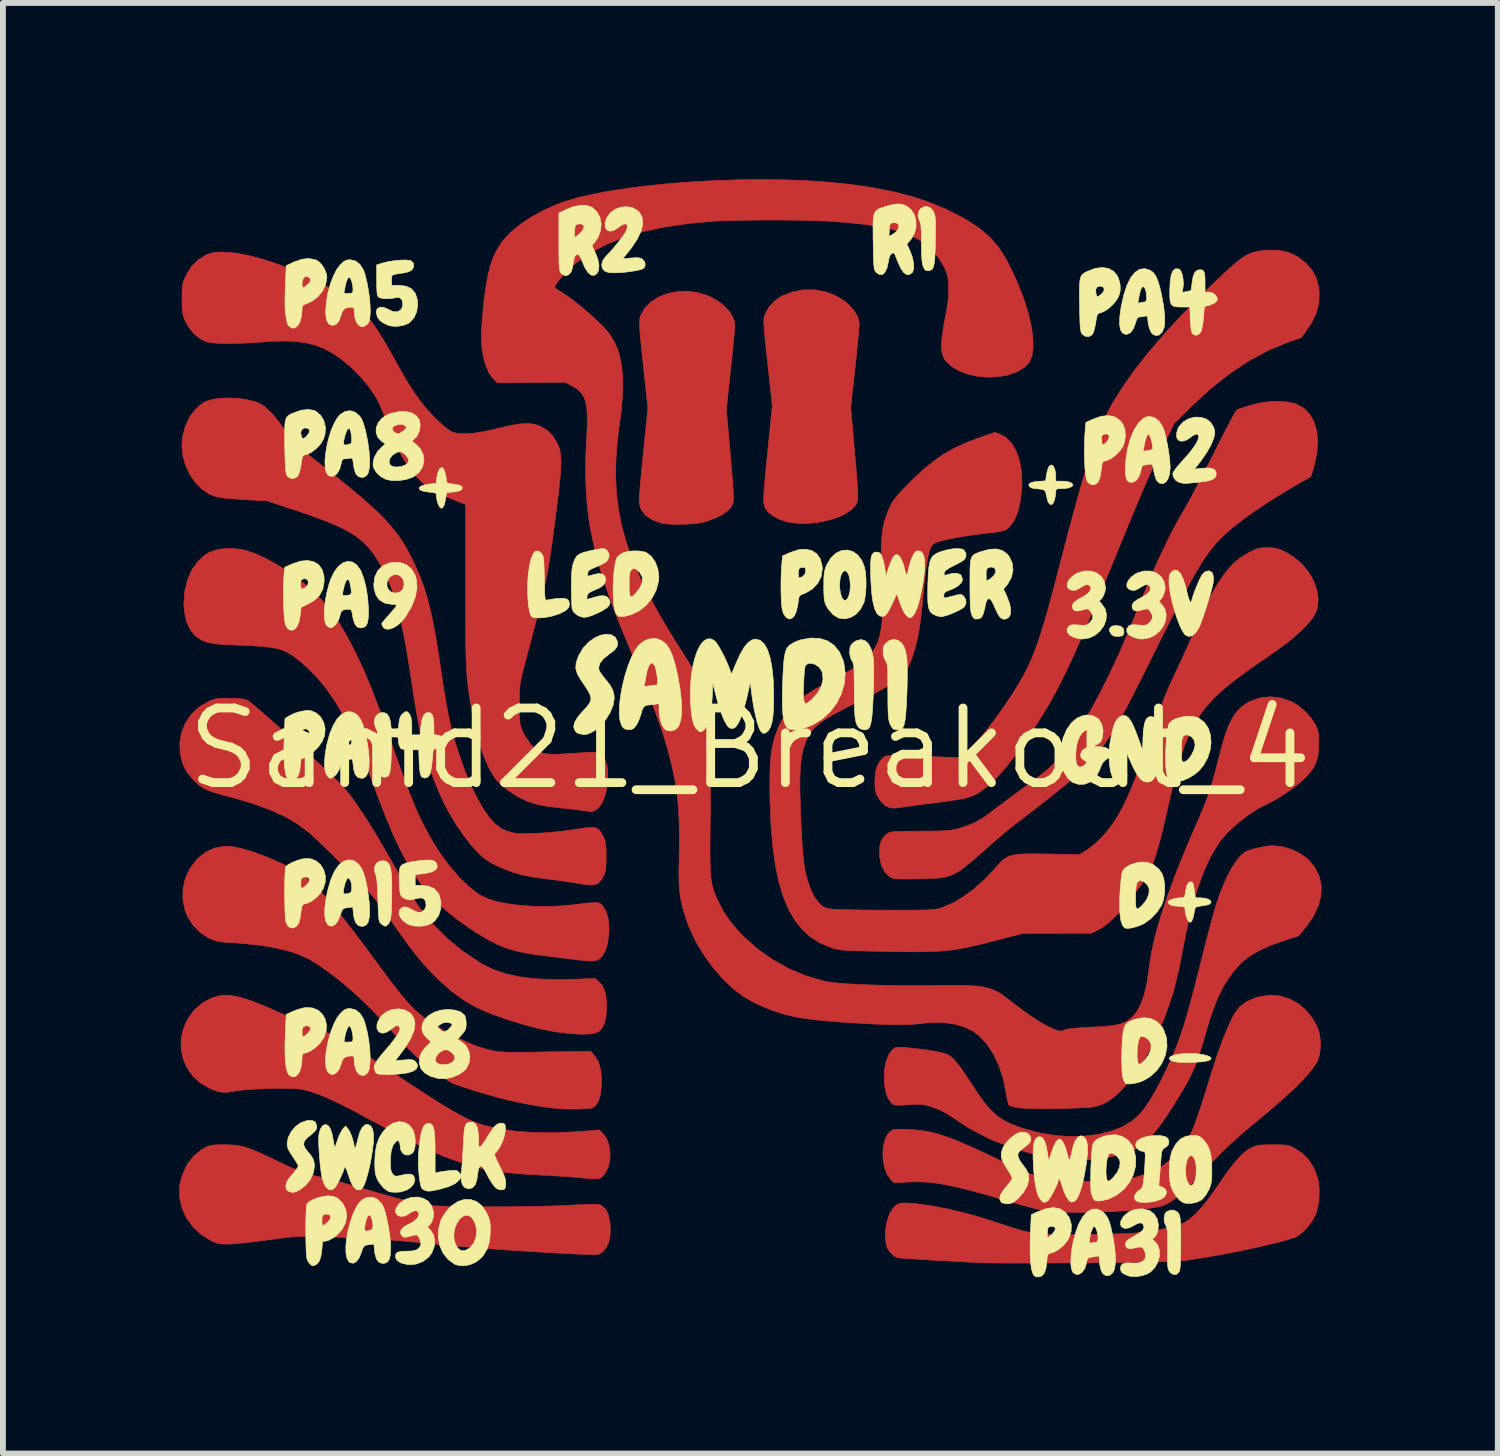
<source format=kicad_pcb>
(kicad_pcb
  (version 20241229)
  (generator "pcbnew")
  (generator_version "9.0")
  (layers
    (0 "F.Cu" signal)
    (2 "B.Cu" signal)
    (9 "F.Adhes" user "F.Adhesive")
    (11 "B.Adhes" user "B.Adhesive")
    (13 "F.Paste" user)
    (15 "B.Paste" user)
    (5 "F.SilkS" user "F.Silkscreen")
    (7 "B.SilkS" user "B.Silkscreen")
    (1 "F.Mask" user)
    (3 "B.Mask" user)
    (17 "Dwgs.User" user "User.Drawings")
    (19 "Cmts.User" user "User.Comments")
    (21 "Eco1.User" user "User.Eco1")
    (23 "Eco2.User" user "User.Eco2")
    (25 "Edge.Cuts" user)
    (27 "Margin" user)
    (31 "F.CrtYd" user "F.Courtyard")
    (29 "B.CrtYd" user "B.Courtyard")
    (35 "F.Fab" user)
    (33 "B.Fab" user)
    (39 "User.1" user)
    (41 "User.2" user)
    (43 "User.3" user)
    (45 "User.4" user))
  (footprint "Samd21_Breakout_4"
    (layer "F.Cu")
    (at 9.71 9.689)
    (property "Reference" "Samd21_Breakout_4" (at 0 0 0) (layer "F.SilkS") (effects (font (size 1.27 1.27) (thickness 0.15))))
    (attr through_hole)
    (fp_poly (pts (xy 1.287 -7.774) (xy 1.463 -7.708) (xy 1.62 -7.61) (xy 1.674 -7.564) (xy 1.777 -7.451) (xy 1.839 -7.342) (xy 1.862 -7.236) (xy 1.863 -7.224) (xy 1.86 -7.183) (xy 1.854 -7.107) (xy 1.844 -7) (xy 1.831 -6.868) (xy 1.816 -6.717) (xy 1.799 -6.553) (xy 1.79 -6.47) (xy 1.717 -5.797) (xy 1.779 -5.105) (xy 1.798 -4.888) (xy 1.813 -4.709) (xy 1.825 -4.564) (xy 1.833 -4.449) (xy 1.837 -4.36) (xy 1.838 -4.292) (xy 1.835 -4.241) (xy 1.83 -4.204) (xy 1.821 -4.176) (xy 1.809 -4.153) (xy 1.804 -4.145) (xy 1.727 -4.062) (xy 1.616 -3.989) (xy 1.478 -3.928) (xy 1.321 -3.88) (xy 1.151 -3.847) (xy 0.977 -3.831) (xy 0.806 -3.833) (xy 0.644 -3.856) (xy 0.624 -3.861) (xy 0.496 -3.904) (xy 0.385 -3.964) (xy 0.302 -4.035) (xy 0.281 -4.062) (xy 0.265 -4.087) (xy 0.253 -4.114) (xy 0.244 -4.146) (xy 0.238 -4.188) (xy 0.236 -4.243) (xy 0.238 -4.317) (xy 0.244 -4.411) (xy 0.254 -4.532) (xy 0.268 -4.682) (xy 0.286 -4.867) (xy 0.308 -5.089) (xy 0.383 -5.831) (xy 0.304 -6.564) (xy 0.283 -6.759) (xy 0.266 -6.917) (xy 0.254 -7.042) (xy 0.245 -7.139) (xy 0.24 -7.213) (xy 0.239 -7.268) (xy 0.24 -7.309) (xy 0.245 -7.34) (xy 0.252 -7.367) (xy 0.26 -7.389) (xy 0.331 -7.521) (xy 0.435 -7.629) (xy 0.543 -7.699) (xy 0.721 -7.77) (xy 0.909 -7.806) (xy 1.1 -7.807) (xy 1.287 -7.774)) (stroke (width 0.01) (type solid)) (fill yes) (layer "F.Cu"))
    (fp_poly (pts (xy -0.902 -7.763) (xy -0.732 -7.714) (xy -0.667 -7.687) (xy -0.533 -7.61) (xy -0.419 -7.518) (xy -0.331 -7.416) (xy -0.274 -7.311) (xy -0.254 -7.209) (xy -0.254 -7.208) (xy -0.256 -7.166) (xy -0.263 -7.087) (xy -0.272 -6.979) (xy -0.285 -6.845) (xy -0.3 -6.694) (xy -0.318 -6.529) (xy -0.327 -6.444) (xy -0.399 -5.768) (xy -0.337 -5.069) (xy -0.319 -4.856) (xy -0.304 -4.681) (xy -0.292 -4.539) (xy -0.285 -4.427) (xy -0.28 -4.34) (xy -0.279 -4.274) (xy -0.28 -4.225) (xy -0.285 -4.189) (xy -0.292 -4.161) (xy -0.302 -4.137) (xy -0.307 -4.127) (xy -0.363 -4.058) (xy -0.455 -3.989) (xy -0.579 -3.925) (xy -0.691 -3.882) (xy -0.772 -3.856) (xy -0.848 -3.839) (xy -0.932 -3.828) (xy -1.036 -3.821) (xy -1.132 -3.818) (xy -1.275 -3.816) (xy -1.385 -3.82) (xy -1.471 -3.83) (xy -1.524 -3.843) (xy -1.67 -3.898) (xy -1.778 -3.973) (xy -1.849 -4.066) (xy -1.881 -4.178) (xy -1.884 -4.223) (xy -1.882 -4.269) (xy -1.875 -4.351) (xy -1.866 -4.464) (xy -1.853 -4.602) (xy -1.839 -4.759) (xy -1.822 -4.929) (xy -1.809 -5.059) (xy -1.734 -5.789) (xy -1.813 -6.532) (xy -1.834 -6.729) (xy -1.85 -6.888) (xy -1.863 -7.015) (xy -1.871 -7.113) (xy -1.876 -7.187) (xy -1.878 -7.243) (xy -1.877 -7.285) (xy -1.872 -7.317) (xy -1.865 -7.344) (xy -1.856 -7.37) (xy -1.855 -7.372) (xy -1.786 -7.496) (xy -1.685 -7.599) (xy -1.557 -7.681) (xy -1.41 -7.74) (xy -1.247 -7.775) (xy -1.076 -7.783) (xy -0.902 -7.763)) (stroke (width 0.01) (type solid)) (fill yes) (layer "F.Cu"))
    (fp_poly (pts (xy -8.745 4.216) (xy -8.593 4.256) (xy -8.414 4.319) (xy -8.205 4.404) (xy -8.036 4.48) (xy -7.907 4.537) (xy -7.758 4.6) (xy -7.611 4.661) (xy -7.513 4.699) (xy -7.404 4.741) (xy -7.303 4.782) (xy -7.208 4.825) (xy -7.113 4.87) (xy -7.014 4.922) (xy -6.908 4.982) (xy -6.789 5.053) (xy -6.654 5.137) (xy -6.499 5.236) (xy -6.318 5.354) (xy -6.109 5.492) (xy -6.011 5.556) (xy -5.77 5.716) (xy -5.56 5.853) (xy -5.378 5.97) (xy -5.22 6.069) (xy -5.083 6.151) (xy -4.964 6.219) (xy -4.859 6.275) (xy -4.765 6.32) (xy -4.678 6.357) (xy -4.595 6.388) (xy -4.519 6.412) (xy -4.272 6.47) (xy -3.992 6.511) (xy -3.683 6.534) (xy -3.35 6.538) (xy -2.999 6.524) (xy -2.927 6.519) (xy -2.561 6.491) (xy -2.506 6.542) (xy -2.44 6.631) (xy -2.397 6.744) (xy -2.377 6.872) (xy -2.381 7.002) (xy -2.409 7.124) (xy -2.462 7.228) (xy -2.48 7.251) (xy -2.523 7.295) (xy -2.563 7.316) (xy -2.618 7.321) (xy -2.653 7.321) (xy -2.736 7.317) (xy -2.834 7.309) (xy -2.904 7.302) (xy -2.968 7.296) (xy -3.065 7.288) (xy -3.188 7.28) (xy -3.326 7.271) (xy -3.471 7.263) (xy -3.507 7.261) (xy -3.749 7.248) (xy -3.957 7.233) (xy -4.136 7.216) (xy -4.293 7.196) (xy -4.437 7.172) (xy -4.573 7.143) (xy -4.709 7.107) (xy -4.832 7.071) (xy -4.963 7.029) (xy -5.089 6.984) (xy -5.216 6.936) (xy -5.349 6.88) (xy -5.49 6.816) (xy -5.646 6.741) (xy -5.822 6.653) (xy -6.02 6.55) (xy -6.247 6.43) (xy -6.449 6.322) (xy -6.682 6.197) (xy -6.882 6.093) (xy -7.055 6.008) (xy -7.203 5.94) (xy -7.331 5.886) (xy -7.443 5.846) (xy -7.544 5.818) (xy -7.636 5.799) (xy -7.641 5.798) (xy -7.733 5.789) (xy -7.858 5.784) (xy -8.005 5.783) (xy -8.165 5.785) (xy -8.328 5.791) (xy -8.484 5.799) (xy -8.625 5.811) (xy -8.739 5.825) (xy -8.774 5.831) (xy -8.882 5.848) (xy -8.968 5.851) (xy -9.047 5.838) (xy -9.136 5.806) (xy -9.197 5.779) (xy -9.355 5.686) (xy -9.483 5.567) (xy -9.581 5.427) (xy -9.646 5.273) (xy -9.679 5.109) (xy -9.677 4.94) (xy -9.642 4.772) (xy -9.57 4.611) (xy -9.462 4.46) (xy -9.441 4.437) (xy -9.313 4.329) (xy -9.165 4.248) (xy -9.008 4.202) (xy -8.977 4.198) (xy -8.872 4.197) (xy -8.745 4.216)) (stroke (width 0.01) (type solid)) (fill yes) (layer "F.Cu"))
    (fp_poly (pts (xy -8.943 6.742) (xy -8.839 6.744) (xy -8.747 6.751) (xy -8.662 6.764) (xy -8.574 6.787) (xy -8.478 6.821) (xy -8.365 6.869) (xy -8.227 6.932) (xy -8.097 6.994) (xy -7.934 7.072) (xy -7.8 7.134) (xy -7.686 7.182) (xy -7.582 7.219) (xy -7.482 7.25) (xy -7.374 7.278) (xy -7.271 7.301) (xy -7.184 7.321) (xy -7.066 7.351) (xy -6.929 7.388) (xy -6.782 7.429) (xy -6.637 7.471) (xy -6.625 7.475) (xy -6.365 7.551) (xy -6.142 7.615) (xy -5.95 7.667) (xy -5.786 7.708) (xy -5.647 7.739) (xy -5.527 7.762) (xy -5.457 7.773) (xy -5.379 7.78) (xy -5.265 7.786) (xy -5.119 7.791) (xy -4.946 7.795) (xy -4.753 7.797) (xy -4.545 7.798) (xy -4.326 7.798) (xy -4.103 7.797) (xy -3.881 7.795) (xy -3.665 7.791) (xy -3.46 7.787) (xy -3.272 7.781) (xy -3.107 7.774) (xy -3.044 7.771) (xy -2.89 7.762) (xy -2.773 7.757) (xy -2.686 7.754) (xy -2.623 7.755) (xy -2.579 7.759) (xy -2.547 7.766) (xy -2.523 7.776) (xy -2.455 7.836) (xy -2.407 7.931) (xy -2.38 8.064) (xy -2.375 8.129) (xy -2.377 8.281) (xy -2.4 8.403) (xy -2.448 8.498) (xy -2.487 8.545) (xy -2.526 8.581) (xy -2.56 8.602) (xy -2.604 8.611) (xy -2.67 8.613) (xy -2.713 8.612) (xy -2.773 8.61) (xy -2.869 8.606) (xy -2.994 8.6) (xy -3.141 8.593) (xy -3.302 8.584) (xy -3.472 8.574) (xy -3.524 8.571) (xy -3.905 8.548) (xy -4.252 8.525) (xy -4.573 8.502) (xy -4.877 8.477) (xy -5.171 8.451) (xy -5.465 8.422) (xy -5.546 8.414) (xy -5.85 8.385) (xy -6.155 8.36) (xy -6.47 8.34) (xy -6.805 8.323) (xy -7.17 8.309) (xy -7.26 8.306) (xy -7.402 8.302) (xy -7.518 8.3) (xy -7.618 8.301) (xy -7.712 8.305) (xy -7.809 8.313) (xy -7.921 8.325) (xy -8.056 8.343) (xy -8.191 8.361) (xy -8.344 8.381) (xy -8.495 8.399) (xy -8.633 8.414) (xy -8.752 8.425) (xy -8.842 8.432) (xy -8.869 8.432) (xy -8.964 8.432) (xy -9.032 8.425) (xy -9.091 8.41) (xy -9.155 8.381) (xy -9.175 8.371) (xy -9.34 8.267) (xy -9.479 8.137) (xy -9.588 7.986) (xy -9.663 7.82) (xy -9.703 7.645) (xy -9.705 7.464) (xy -9.699 7.416) (xy -9.65 7.236) (xy -9.571 7.074) (xy -9.464 6.936) (xy -9.334 6.828) (xy -9.282 6.798) (xy -9.231 6.773) (xy -9.183 6.756) (xy -9.129 6.747) (xy -9.055 6.743) (xy -8.952 6.742) (xy -8.943 6.742)) (stroke (width 0.01) (type solid)) (fill yes) (layer "F.Cu"))
    (fp_poly (pts (xy -8.776 1.674) (xy -8.633 1.705) (xy -8.471 1.753) (xy -8.296 1.815) (xy -8.117 1.888) (xy -7.941 1.969) (xy -7.775 2.056) (xy -7.628 2.144) (xy -7.628 2.145) (xy -7.547 2.203) (xy -7.462 2.273) (xy -7.371 2.359) (xy -7.272 2.463) (xy -7.162 2.587) (xy -7.039 2.734) (xy -6.902 2.907) (xy -6.747 3.107) (xy -6.573 3.338) (xy -6.404 3.567) (xy -6.256 3.768) (xy -6.128 3.938) (xy -6.019 4.081) (xy -5.923 4.2) (xy -5.839 4.3) (xy -5.762 4.385) (xy -5.689 4.457) (xy -5.617 4.52) (xy -5.542 4.579) (xy -5.462 4.637) (xy -5.387 4.688) (xy -5.265 4.763) (xy -5.124 4.843) (xy -4.975 4.92) (xy -4.829 4.989) (xy -4.698 5.045) (xy -4.614 5.076) (xy -4.518 5.105) (xy -4.433 5.129) (xy -4.352 5.146) (xy -4.268 5.158) (xy -4.173 5.165) (xy -4.06 5.169) (xy -3.922 5.169) (xy -3.752 5.167) (xy -3.683 5.166) (xy -3.521 5.163) (xy -3.36 5.161) (xy -3.208 5.158) (xy -3.075 5.157) (xy -2.97 5.156) (xy -2.925 5.155) (xy -2.706 5.154) (xy -2.645 5.222) (xy -2.577 5.329) (xy -2.536 5.468) (xy -2.521 5.641) (xy -2.523 5.723) (xy -2.54 5.879) (xy -2.574 5.997) (xy -2.626 6.077) (xy -2.677 6.113) (xy -2.719 6.122) (xy -2.794 6.129) (xy -2.891 6.134) (xy -3.002 6.135) (xy -3.115 6.134) (xy -3.222 6.13) (xy -3.302 6.124) (xy -3.563 6.09) (xy -3.838 6.042) (xy -4.104 5.984) (xy -4.119 5.981) (xy -4.258 5.945) (xy -4.406 5.904) (xy -4.558 5.86) (xy -4.704 5.816) (xy -4.838 5.773) (xy -4.952 5.734) (xy -5.039 5.702) (xy -5.082 5.682) (xy -5.26 5.576) (xy -5.452 5.435) (xy -5.654 5.262) (xy -5.86 5.06) (xy -6.017 4.891) (xy -6.238 4.649) (xy -6.441 4.437) (xy -6.632 4.25) (xy -6.817 4.083) (xy -7.002 3.93) (xy -7.192 3.786) (xy -7.353 3.673) (xy -7.519 3.574) (xy -7.696 3.495) (xy -7.895 3.432) (xy -8.124 3.382) (xy -8.139 3.379) (xy -8.285 3.356) (xy -8.445 3.336) (xy -8.606 3.319) (xy -8.753 3.307) (xy -8.875 3.302) (xy -8.892 3.302) (xy -9.056 3.282) (xy -9.212 3.224) (xy -9.352 3.132) (xy -9.471 3.012) (xy -9.564 2.868) (xy -9.61 2.755) (xy -9.648 2.568) (xy -9.645 2.382) (xy -9.604 2.203) (xy -9.525 2.037) (xy -9.41 1.889) (xy -9.374 1.852) (xy -9.244 1.753) (xy -9.106 1.692) (xy -8.952 1.665) (xy -8.89 1.663) (xy -8.776 1.674)) (stroke (width 0.01) (type solid)) (fill yes) (layer "F.Cu"))
    (fp_poly (pts (xy -8.858 -0.856) (xy -8.721 -0.853) (xy -8.622 -0.842) (xy -8.556 -0.825) (xy -8.552 -0.824) (xy -8.522 -0.803) (xy -8.464 -0.756) (xy -8.382 -0.688) (xy -8.281 -0.601) (xy -8.164 -0.498) (xy -8.035 -0.384) (xy -7.898 -0.261) (xy -7.756 -0.133) (xy -7.613 -0.003) (xy -7.473 0.125) (xy -7.339 0.248) (xy -7.216 0.363) (xy -7.107 0.465) (xy -7.016 0.553) (xy -6.947 0.621) (xy -6.904 0.667) (xy -6.829 0.76) (xy -6.738 0.883) (xy -6.637 1.029) (xy -6.53 1.19) (xy -6.423 1.36) (xy -6.319 1.532) (xy -6.281 1.598) (xy -6.213 1.715) (xy -6.133 1.854) (xy -6.048 2.002) (xy -5.966 2.144) (xy -5.927 2.212) (xy -5.854 2.335) (xy -5.779 2.459) (xy -5.708 2.574) (xy -5.646 2.669) (xy -5.612 2.718) (xy -5.401 2.982) (xy -5.154 3.228) (xy -4.878 3.454) (xy -4.577 3.653) (xy -4.551 3.668) (xy -4.366 3.759) (xy -4.16 3.831) (xy -3.928 3.883) (xy -3.668 3.916) (xy -3.377 3.931) (xy -3.051 3.928) (xy -3.015 3.927) (xy -2.632 3.912) (xy -2.567 3.967) (xy -2.502 4.045) (xy -2.46 4.154) (xy -2.438 4.295) (xy -2.435 4.401) (xy -2.447 4.563) (xy -2.478 4.688) (xy -2.53 4.778) (xy -2.567 4.813) (xy -2.631 4.842) (xy -2.728 4.858) (xy -2.861 4.862) (xy -3.031 4.853) (xy -3.095 4.847) (xy -3.329 4.817) (xy -3.575 4.769) (xy -3.837 4.701) (xy -4.122 4.612) (xy -4.399 4.515) (xy -4.64 4.411) (xy -4.864 4.284) (xy -5.08 4.127) (xy -5.295 3.935) (xy -5.335 3.895) (xy -5.442 3.786) (xy -5.541 3.678) (xy -5.637 3.565) (xy -5.737 3.44) (xy -5.845 3.295) (xy -5.967 3.126) (xy -6.044 3.016) (xy -6.124 2.903) (xy -6.207 2.788) (xy -6.286 2.681) (xy -6.353 2.594) (xy -6.378 2.561) (xy -6.437 2.493) (xy -6.52 2.402) (xy -6.624 2.292) (xy -6.743 2.169) (xy -6.87 2.039) (xy -7.002 1.907) (xy -7.132 1.778) (xy -7.256 1.658) (xy -7.367 1.551) (xy -7.461 1.465) (xy -7.522 1.412) (xy -7.701 1.279) (xy -7.912 1.157) (xy -8.157 1.045) (xy -8.438 0.942) (xy -8.758 0.846) (xy -8.867 0.817) (xy -9.021 0.776) (xy -9.142 0.739) (xy -9.237 0.703) (xy -9.313 0.663) (xy -9.38 0.616) (xy -9.444 0.557) (xy -9.489 0.51) (xy -9.582 0.394) (xy -9.645 0.273) (xy -9.684 0.131) (xy -9.692 0.09) (xy -9.701 -0.094) (xy -9.671 -0.271) (xy -9.604 -0.436) (xy -9.504 -0.582) (xy -9.373 -0.705) (xy -9.229 -0.792) (xy -9.164 -0.821) (xy -9.11 -0.84) (xy -9.054 -0.851) (xy -8.982 -0.856) (xy -8.884 -0.857) (xy -8.858 -0.856)) (stroke (width 0.01) (type solid)) (fill yes) (layer "F.Cu"))
    (fp_poly (pts (xy 9.013 6.743) (xy 9.093 6.746) (xy 9.152 6.754) (xy 9.201 6.768) (xy 9.249 6.789) (xy 9.26 6.794) (xy 9.403 6.888) (xy 9.522 7.014) (xy 9.613 7.167) (xy 9.672 7.342) (xy 9.673 7.348) (xy 9.69 7.483) (xy 9.688 7.635) (xy 9.669 7.786) (xy 9.634 7.917) (xy 9.632 7.922) (xy 9.583 8.019) (xy 9.512 8.119) (xy 9.43 8.21) (xy 9.347 8.28) (xy 9.302 8.307) (xy 9.231 8.334) (xy 9.125 8.366) (xy 8.988 8.403) (xy 8.826 8.442) (xy 8.646 8.484) (xy 8.454 8.525) (xy 8.254 8.566) (xy 8.052 8.605) (xy 7.856 8.641) (xy 7.669 8.673) (xy 7.499 8.699) (xy 7.35 8.718) (xy 7.313 8.722) (xy 7.258 8.725) (xy 7.165 8.729) (xy 7.038 8.732) (xy 6.882 8.736) (xy 6.701 8.739) (xy 6.499 8.742) (xy 6.28 8.745) (xy 6.05 8.747) (xy 5.811 8.75) (xy 5.569 8.752) (xy 5.328 8.753) (xy 5.091 8.755) (xy 4.864 8.755) (xy 4.651 8.756) (xy 4.456 8.756) (xy 4.283 8.755) (xy 4.137 8.754) (xy 4.022 8.752) (xy 3.948 8.75) (xy 3.817 8.744) (xy 3.669 8.737) (xy 3.51 8.728) (xy 3.345 8.719) (xy 3.18 8.71) (xy 3.021 8.701) (xy 2.874 8.692) (xy 2.744 8.684) (xy 2.638 8.677) (xy 2.562 8.671) (xy 2.52 8.667) (xy 2.517 8.666) (xy 2.451 8.635) (xy 2.388 8.575) (xy 2.341 8.499) (xy 2.328 8.465) (xy 2.306 8.334) (xy 2.309 8.191) (xy 2.334 8.048) (xy 2.379 7.919) (xy 2.428 7.836) (xy 2.47 7.787) (xy 2.515 7.755) (xy 2.571 7.737) (xy 2.647 7.733) (xy 2.752 7.739) (xy 2.821 7.745) (xy 3.1 7.783) (xy 3.392 7.84) (xy 3.703 7.916) (xy 4.038 8.013) (xy 4.36 8.119) (xy 4.508 8.167) (xy 4.629 8.203) (xy 4.736 8.228) (xy 4.84 8.246) (xy 4.928 8.256) (xy 5.025 8.263) (xy 5.156 8.268) (xy 5.314 8.271) (xy 5.492 8.272) (xy 5.682 8.272) (xy 5.877 8.269) (xy 6.069 8.265) (xy 6.251 8.26) (xy 6.415 8.253) (xy 6.553 8.245) (xy 6.659 8.236) (xy 6.668 8.235) (xy 6.856 8.208) (xy 7.029 8.177) (xy 7.18 8.143) (xy 7.303 8.107) (xy 7.39 8.071) (xy 7.394 8.069) (xy 7.487 8.007) (xy 7.587 7.919) (xy 7.694 7.802) (xy 7.813 7.653) (xy 7.945 7.469) (xy 7.986 7.408) (xy 8.108 7.232) (xy 8.214 7.09) (xy 8.308 6.979) (xy 8.392 6.894) (xy 8.47 6.831) (xy 8.546 6.788) (xy 8.546 6.788) (xy 8.597 6.768) (xy 8.65 6.754) (xy 8.715 6.746) (xy 8.804 6.743) (xy 8.901 6.742) (xy 9.013 6.743)) (stroke (width 0.01) (type solid)) (fill yes) (layer "F.Cu"))
    (fp_poly (pts (xy -8.642 -3.387) (xy -8.594 -3.377) (xy -8.413 -3.316) (xy -8.217 -3.226) (xy -8.011 -3.11) (xy -7.805 -2.975) (xy -7.606 -2.826) (xy -7.422 -2.666) (xy -7.279 -2.522) (xy -7.139 -2.355) (xy -7.001 -2.158) (xy -6.864 -1.929) (xy -6.726 -1.667) (xy -6.586 -1.37) (xy -6.445 -1.036) (xy -6.301 -0.663) (xy -6.161 -0.275) (xy -6.067 -0.006) (xy -5.985 0.228) (xy -5.912 0.429) (xy -5.848 0.604) (xy -5.79 0.756) (xy -5.737 0.888) (xy -5.688 1.007) (xy -5.64 1.116) (xy -5.592 1.218) (xy -5.542 1.319) (xy -5.409 1.563) (xy -5.263 1.792) (xy -5.108 2.002) (xy -4.947 2.188) (xy -4.786 2.345) (xy -4.629 2.467) (xy -4.568 2.505) (xy -4.443 2.562) (xy -4.282 2.609) (xy -4.093 2.645) (xy -3.882 2.671) (xy -3.655 2.685) (xy -3.42 2.687) (xy -3.181 2.676) (xy -2.963 2.654) (xy -2.824 2.636) (xy -2.721 2.625) (xy -2.647 2.62) (xy -2.595 2.622) (xy -2.558 2.631) (xy -2.531 2.649) (xy -2.505 2.675) (xy -2.495 2.688) (xy -2.44 2.783) (xy -2.406 2.911) (xy -2.395 3.064) (xy -2.398 3.154) (xy -2.421 3.317) (xy -2.461 3.447) (xy -2.517 3.54) (xy -2.544 3.566) (xy -2.575 3.59) (xy -2.61 3.606) (xy -2.654 3.614) (xy -2.715 3.615) (xy -2.799 3.61) (xy -2.913 3.598) (xy -3.016 3.585) (xy -3.124 3.572) (xy -3.259 3.555) (xy -3.406 3.537) (xy -3.549 3.519) (xy -3.588 3.515) (xy -3.794 3.484) (xy -3.975 3.446) (xy -4.141 3.397) (xy -4.301 3.332) (xy -4.465 3.247) (xy -4.643 3.14) (xy -4.784 3.047) (xy -4.979 2.908) (xy -5.155 2.768) (xy -5.315 2.623) (xy -5.463 2.468) (xy -5.599 2.3) (xy -5.727 2.115) (xy -5.85 1.91) (xy -5.969 1.68) (xy -6.088 1.422) (xy -6.208 1.131) (xy -6.334 0.805) (xy -6.395 0.638) (xy -6.531 0.276) (xy -6.665 -0.047) (xy -6.797 -0.335) (xy -6.931 -0.592) (xy -7.067 -0.819) (xy -7.209 -1.021) (xy -7.357 -1.201) (xy -7.515 -1.363) (xy -7.624 -1.461) (xy -7.717 -1.536) (xy -7.8 -1.596) (xy -7.881 -1.643) (xy -7.966 -1.679) (xy -8.062 -1.706) (xy -8.175 -1.725) (xy -8.312 -1.739) (xy -8.48 -1.75) (xy -8.636 -1.756) (xy -8.808 -1.764) (xy -8.945 -1.771) (xy -9.051 -1.779) (xy -9.134 -1.789) (xy -9.201 -1.801) (xy -9.256 -1.817) (xy -9.307 -1.836) (xy -9.34 -1.851) (xy -9.443 -1.923) (xy -9.525 -2.028) (xy -9.586 -2.163) (xy -9.621 -2.323) (xy -9.631 -2.473) (xy -9.615 -2.68) (xy -9.569 -2.87) (xy -9.496 -3.038) (xy -9.398 -3.18) (xy -9.277 -3.291) (xy -9.198 -3.339) (xy -9.083 -3.38) (xy -8.943 -3.403) (xy -8.791 -3.405) (xy -8.642 -3.387)) (stroke (width 0.01) (type solid)) (fill yes) (layer "F.Cu"))
    (fp_poly (pts (xy 9.031 4.21) (xy 9.199 4.266) (xy 9.339 4.346) (xy 9.464 4.453) (xy 9.573 4.587) (xy 9.655 4.734) (xy 9.686 4.82) (xy 9.708 4.942) (xy 9.712 5.074) (xy 9.697 5.202) (xy 9.665 5.309) (xy 9.657 5.324) (xy 9.599 5.418) (xy 9.513 5.528) (xy 9.396 5.655) (xy 9.249 5.8) (xy 9.07 5.965) (xy 8.857 6.15) (xy 8.611 6.357) (xy 8.541 6.414) (xy 8.405 6.528) (xy 8.281 6.636) (xy 8.162 6.745) (xy 8.041 6.862) (xy 7.911 6.993) (xy 7.767 7.146) (xy 7.652 7.269) (xy 7.493 7.435) (xy 7.353 7.566) (xy 7.229 7.667) (xy 7.118 7.738) (xy 7.058 7.768) (xy 6.979 7.793) (xy 6.864 7.815) (xy 6.719 7.835) (xy 6.55 7.853) (xy 6.364 7.867) (xy 6.165 7.879) (xy 5.961 7.887) (xy 5.757 7.892) (xy 5.56 7.893) (xy 5.376 7.89) (xy 5.21 7.883) (xy 5.07 7.871) (xy 4.96 7.855) (xy 4.953 7.853) (xy 4.881 7.836) (xy 4.776 7.808) (xy 4.648 7.773) (xy 4.504 7.733) (xy 4.354 7.69) (xy 4.27 7.665) (xy 3.996 7.586) (xy 3.755 7.52) (xy 3.545 7.468) (xy 3.359 7.428) (xy 3.192 7.399) (xy 3.041 7.381) (xy 2.899 7.373) (xy 2.761 7.373) (xy 2.683 7.377) (xy 2.455 7.392) (xy 2.392 7.324) (xy 2.333 7.237) (xy 2.292 7.128) (xy 2.269 7.004) (xy 2.264 6.877) (xy 2.276 6.753) (xy 2.305 6.643) (xy 2.352 6.555) (xy 2.401 6.508) (xy 2.432 6.492) (xy 2.47 6.482) (xy 2.525 6.478) (xy 2.607 6.479) (xy 2.705 6.483) (xy 2.831 6.491) (xy 2.951 6.505) (xy 3.07 6.527) (xy 3.193 6.557) (xy 3.325 6.599) (xy 3.472 6.653) (xy 3.636 6.721) (xy 3.825 6.804) (xy 4.042 6.905) (xy 4.223 6.991) (xy 4.423 7.086) (xy 4.591 7.162) (xy 4.734 7.223) (xy 4.856 7.269) (xy 4.964 7.303) (xy 5.063 7.328) (xy 5.157 7.344) (xy 5.243 7.353) (xy 5.361 7.359) (xy 5.503 7.363) (xy 5.66 7.365) (xy 5.821 7.364) (xy 5.978 7.362) (xy 6.121 7.357) (xy 6.242 7.35) (xy 6.297 7.344) (xy 6.564 7.298) (xy 6.803 7.219) (xy 7.014 7.11) (xy 7.198 6.968) (xy 7.354 6.794) (xy 7.377 6.764) (xy 7.414 6.71) (xy 7.447 6.659) (xy 7.478 6.606) (xy 7.508 6.548) (xy 7.539 6.48) (xy 7.571 6.398) (xy 7.607 6.299) (xy 7.648 6.178) (xy 7.696 6.032) (xy 7.752 5.857) (xy 7.817 5.649) (xy 7.885 5.429) (xy 7.955 5.216) (xy 8.028 5.011) (xy 8.102 4.823) (xy 8.174 4.658) (xy 8.24 4.527) (xy 8.244 4.519) (xy 8.328 4.405) (xy 8.44 4.316) (xy 8.584 4.249) (xy 8.678 4.221) (xy 8.858 4.195) (xy 9.031 4.21)) (stroke (width 0.01) (type solid)) (fill yes) (layer "F.Cu"))
    (fp_poly (pts (xy 8.999 -8.48) (xy 9.169 -8.443) (xy 9.323 -8.371) (xy 9.464 -8.261) (xy 9.574 -8.135) (xy 9.646 -7.994) (xy 9.684 -7.832) (xy 9.69 -7.768) (xy 9.685 -7.59) (xy 9.646 -7.425) (xy 9.57 -7.262) (xy 9.498 -7.152) (xy 9.387 -6.996) (xy 9.197 -6.93) (xy 8.848 -6.789) (xy 8.504 -6.605) (xy 8.163 -6.379) (xy 7.827 -6.112) (xy 7.513 -5.822) (xy 7.224 -5.535) (xy 7.042 -5.165) (xy 6.985 -5.047) (xy 6.931 -4.935) (xy 6.88 -4.825) (xy 6.828 -4.713) (xy 6.774 -4.593) (xy 6.717 -4.462) (xy 6.654 -4.315) (xy 6.584 -4.148) (xy 6.504 -3.956) (xy 6.414 -3.736) (xy 6.309 -3.482) (xy 6.262 -3.365) (xy 6.113 -3.004) (xy 5.979 -2.678) (xy 5.857 -2.385) (xy 5.746 -2.123) (xy 5.645 -1.888) (xy 5.553 -1.677) (xy 5.467 -1.487) (xy 5.386 -1.315) (xy 5.309 -1.158) (xy 5.234 -1.012) (xy 5.16 -0.876) (xy 5.086 -0.745) (xy 5.009 -0.616) (xy 4.929 -0.488) (xy 4.843 -0.356) (xy 4.751 -0.217) (xy 4.698 -0.138) (xy 4.515 0.12) (xy 4.344 0.337) (xy 4.185 0.513) (xy 4.07 0.62) (xy 3.992 0.685) (xy 3.921 0.737) (xy 3.853 0.778) (xy 3.778 0.811) (xy 3.692 0.838) (xy 3.586 0.861) (xy 3.454 0.882) (xy 3.29 0.905) (xy 3.224 0.913) (xy 3.077 0.932) (xy 2.937 0.95) (xy 2.81 0.967) (xy 2.707 0.981) (xy 2.634 0.992) (xy 2.615 0.995) (xy 2.512 1.01) (xy 2.437 1.014) (xy 2.382 1.006) (xy 2.334 0.986) (xy 2.305 0.968) (xy 2.25 0.919) (xy 2.197 0.852) (xy 2.18 0.825) (xy 2.153 0.769) (xy 2.137 0.715) (xy 2.13 0.646) (xy 2.128 0.55) (xy 2.138 0.406) (xy 2.169 0.293) (xy 2.223 0.203) (xy 2.265 0.159) (xy 2.279 0.146) (xy 2.295 0.136) (xy 2.316 0.129) (xy 2.347 0.123) (xy 2.392 0.12) (xy 2.455 0.119) (xy 2.542 0.12) (xy 2.656 0.123) (xy 2.802 0.128) (xy 2.984 0.134) (xy 3.069 0.137) (xy 3.545 0.154) (xy 3.674 0.058) (xy 3.777 -0.031) (xy 3.897 -0.155) (xy 4.029 -0.313) (xy 4.173 -0.5) (xy 4.327 -0.716) (xy 4.383 -0.798) (xy 4.478 -0.942) (xy 4.562 -1.077) (xy 4.638 -1.207) (xy 4.707 -1.336) (xy 4.77 -1.469) (xy 4.83 -1.61) (xy 4.888 -1.765) (xy 4.946 -1.937) (xy 5.006 -2.13) (xy 5.07 -2.351) (xy 5.138 -2.602) (xy 5.214 -2.888) (xy 5.241 -2.995) (xy 5.341 -3.377) (xy 5.431 -3.721) (xy 5.514 -4.03) (xy 5.59 -4.306) (xy 5.661 -4.553) (xy 5.726 -4.773) (xy 5.788 -4.97) (xy 5.848 -5.145) (xy 5.905 -5.303) (xy 5.962 -5.447) (xy 6.02 -5.578) (xy 6.079 -5.7) (xy 6.14 -5.816) (xy 6.205 -5.929) (xy 6.274 -6.041) (xy 6.344 -6.149) (xy 6.548 -6.439) (xy 6.784 -6.74) (xy 7.053 -7.055) (xy 7.357 -7.384) (xy 7.698 -7.729) (xy 7.76 -7.789) (xy 7.924 -7.949) (xy 8.063 -8.081) (xy 8.18 -8.188) (xy 8.279 -8.273) (xy 8.365 -8.34) (xy 8.442 -8.389) (xy 8.514 -8.425) (xy 8.585 -8.449) (xy 8.659 -8.466) (xy 8.74 -8.476) (xy 8.808 -8.482) (xy 8.999 -8.48)) (stroke (width 0.01) (type solid)) (fill yes) (layer "F.Cu"))
    (fp_poly (pts (xy 9.056 1.668) (xy 9.217 1.715) (xy 9.367 1.787) (xy 9.492 1.878) (xy 9.501 1.886) (xy 9.615 2.022) (xy 9.689 2.17) (xy 9.725 2.33) (xy 9.721 2.497) (xy 9.678 2.669) (xy 9.597 2.845) (xy 9.477 3.021) (xy 9.453 3.05) (xy 9.337 3.189) (xy 9.094 3.267) (xy 8.859 3.351) (xy 8.66 3.442) (xy 8.497 3.537) (xy 8.374 3.636) (xy 8.365 3.645) (xy 8.245 3.779) (xy 8.14 3.919) (xy 8.047 4.073) (xy 7.962 4.247) (xy 7.883 4.447) (xy 7.807 4.679) (xy 7.759 4.841) (xy 7.703 5.035) (xy 7.653 5.196) (xy 7.605 5.334) (xy 7.556 5.457) (xy 7.501 5.573) (xy 7.438 5.692) (xy 7.363 5.823) (xy 7.352 5.842) (xy 7.209 6.075) (xy 7.081 6.272) (xy 6.965 6.436) (xy 6.858 6.568) (xy 6.759 6.673) (xy 6.665 6.752) (xy 6.575 6.809) (xy 6.572 6.81) (xy 6.449 6.862) (xy 6.297 6.91) (xy 6.126 6.951) (xy 5.99 6.975) (xy 5.887 6.987) (xy 5.762 6.996) (xy 5.627 7.001) (xy 5.494 7.003) (xy 5.376 7.001) (xy 5.285 6.994) (xy 5.271 6.992) (xy 4.85 6.91) (xy 4.453 6.793) (xy 4.08 6.643) (xy 3.732 6.46) (xy 3.483 6.297) (xy 3.35 6.21) (xy 3.229 6.147) (xy 3.118 6.105) (xy 3.038 6.08) (xy 2.974 6.064) (xy 2.912 6.056) (xy 2.839 6.055) (xy 2.742 6.059) (xy 2.699 6.062) (xy 2.594 6.068) (xy 2.522 6.07) (xy 2.476 6.067) (xy 2.445 6.058) (xy 2.422 6.042) (xy 2.404 6.025) (xy 2.35 5.945) (xy 2.312 5.836) (xy 2.291 5.707) (xy 2.286 5.57) (xy 2.298 5.433) (xy 2.325 5.307) (xy 2.369 5.201) (xy 2.416 5.137) (xy 2.448 5.107) (xy 2.477 5.089) (xy 2.514 5.082) (xy 2.571 5.083) (xy 2.652 5.089) (xy 2.825 5.106) (xy 2.987 5.126) (xy 3.129 5.148) (xy 3.246 5.171) (xy 3.332 5.194) (xy 3.367 5.208) (xy 3.41 5.233) (xy 3.453 5.269) (xy 3.5 5.319) (xy 3.555 5.387) (xy 3.621 5.479) (xy 3.702 5.598) (xy 3.798 5.744) (xy 3.911 5.913) (xy 4.012 6.05) (xy 4.107 6.159) (xy 4.203 6.247) (xy 4.307 6.318) (xy 4.423 6.378) (xy 4.561 6.433) (xy 4.684 6.475) (xy 4.939 6.542) (xy 5.196 6.585) (xy 5.451 6.602) (xy 5.698 6.595) (xy 5.933 6.565) (xy 6.149 6.512) (xy 6.342 6.436) (xy 6.506 6.338) (xy 6.582 6.274) (xy 6.659 6.195) (xy 6.735 6.098) (xy 6.814 5.979) (xy 6.899 5.833) (xy 6.994 5.655) (xy 7.028 5.586) (xy 7.1 5.439) (xy 7.166 5.298) (xy 7.225 5.16) (xy 7.281 5.018) (xy 7.335 4.868) (xy 7.389 4.705) (xy 7.443 4.524) (xy 7.5 4.32) (xy 7.562 4.088) (xy 7.63 3.823) (xy 7.683 3.609) (xy 7.73 3.424) (xy 7.776 3.242) (xy 7.821 3.069) (xy 7.863 2.913) (xy 7.901 2.779) (xy 7.931 2.674) (xy 7.95 2.614) (xy 8.024 2.409) (xy 8.103 2.225) (xy 8.185 2.063) (xy 8.267 1.93) (xy 8.347 1.828) (xy 8.423 1.763) (xy 8.452 1.747) (xy 8.525 1.722) (xy 8.621 1.696) (xy 8.726 1.674) (xy 8.823 1.657) (xy 8.895 1.651) (xy 8.897 1.651) (xy 9.056 1.668)) (stroke (width 0.01) (type solid)) (fill yes) (layer "F.Cu"))
    (fp_poly (pts (xy -8.722 -5.96) (xy -8.57 -5.94) (xy -8.434 -5.908) (xy -8.359 -5.882) (xy -8.255 -5.818) (xy -8.143 -5.715) (xy -8.024 -5.572) (xy -7.937 -5.45) (xy -7.881 -5.37) (xy -7.825 -5.297) (xy -7.763 -5.227) (xy -7.69 -5.156) (xy -7.602 -5.077) (xy -7.493 -4.985) (xy -7.357 -4.877) (xy -7.274 -4.812) (xy -7.025 -4.615) (xy -6.807 -4.438) (xy -6.617 -4.28) (xy -6.454 -4.136) (xy -6.312 -4.004) (xy -6.191 -3.88) (xy -6.086 -3.76) (xy -5.994 -3.643) (xy -5.912 -3.525) (xy -5.838 -3.401) (xy -5.769 -3.271) (xy -5.739 -3.212) (xy -5.669 -3.06) (xy -5.606 -2.911) (xy -5.55 -2.759) (xy -5.499 -2.598) (xy -5.453 -2.425) (xy -5.409 -2.233) (xy -5.366 -2.017) (xy -5.324 -1.773) (xy -5.28 -1.495) (xy -5.251 -1.302) (xy -5.213 -1.046) (xy -5.177 -0.825) (xy -5.142 -0.632) (xy -5.106 -0.459) (xy -5.068 -0.299) (xy -5.025 -0.145) (xy -4.977 0.011) (xy -4.953 0.085) (xy -4.853 0.366) (xy -4.749 0.618) (xy -4.642 0.839) (xy -4.535 1.027) (xy -4.428 1.179) (xy -4.322 1.293) (xy -4.218 1.368) (xy -4.206 1.374) (xy -4.128 1.405) (xy -4.038 1.431) (xy -4.006 1.438) (xy -3.927 1.446) (xy -3.814 1.448) (xy -3.676 1.445) (xy -3.52 1.436) (xy -3.354 1.423) (xy -3.187 1.405) (xy -3.026 1.384) (xy -2.95 1.372) (xy -2.818 1.352) (xy -2.72 1.342) (xy -2.648 1.344) (xy -2.597 1.361) (xy -2.557 1.393) (xy -2.523 1.444) (xy -2.498 1.492) (xy -2.474 1.543) (xy -2.459 1.592) (xy -2.45 1.649) (xy -2.446 1.726) (xy -2.445 1.833) (xy -2.445 1.841) (xy -2.446 1.952) (xy -2.451 2.031) (xy -2.459 2.089) (xy -2.474 2.135) (xy -2.492 2.173) (xy -2.528 2.235) (xy -2.563 2.279) (xy -2.606 2.307) (xy -2.662 2.32) (xy -2.739 2.32) (xy -2.843 2.308) (xy -2.981 2.286) (xy -2.995 2.284) (xy -3.114 2.265) (xy -3.256 2.244) (xy -3.401 2.225) (xy -3.503 2.212) (xy -3.709 2.184) (xy -3.886 2.148) (xy -4.047 2.101) (xy -4.206 2.039) (xy -4.295 1.999) (xy -4.405 1.943) (xy -4.491 1.888) (xy -4.571 1.823) (xy -4.645 1.751) (xy -4.761 1.62) (xy -4.883 1.46) (xy -5.004 1.282) (xy -5.114 1.098) (xy -5.206 0.923) (xy -5.296 0.724) (xy -5.376 0.53) (xy -5.447 0.332) (xy -5.51 0.127) (xy -5.567 -0.094) (xy -5.62 -0.335) (xy -5.67 -0.603) (xy -5.72 -0.904) (xy -5.746 -1.079) (xy -5.798 -1.418) (xy -5.848 -1.719) (xy -5.898 -1.984) (xy -5.949 -2.22) (xy -6.002 -2.428) (xy -6.057 -2.613) (xy -6.117 -2.78) (xy -6.181 -2.931) (xy -6.252 -3.071) (xy -6.33 -3.203) (xy -6.343 -3.224) (xy -6.418 -3.334) (xy -6.497 -3.431) (xy -6.584 -3.519) (xy -6.682 -3.599) (xy -6.796 -3.674) (xy -6.931 -3.747) (xy -7.089 -3.82) (xy -7.276 -3.895) (xy -7.496 -3.975) (xy -7.752 -4.062) (xy -7.787 -4.073) (xy -8.218 -4.216) (xy -8.581 -4.235) (xy -8.71 -4.243) (xy -8.832 -4.252) (xy -8.938 -4.262) (xy -9.019 -4.271) (xy -9.052 -4.277) (xy -9.193 -4.326) (xy -9.321 -4.411) (xy -9.435 -4.526) (xy -9.529 -4.664) (xy -9.602 -4.819) (xy -9.648 -4.985) (xy -9.665 -5.157) (xy -9.652 -5.313) (xy -9.605 -5.487) (xy -9.532 -5.642) (xy -9.435 -5.772) (xy -9.321 -5.871) (xy -9.259 -5.906) (xy -9.157 -5.94) (xy -9.026 -5.96) (xy -8.878 -5.966) (xy -8.722 -5.96)) (stroke (width 0.01) (type solid)) (fill yes) (layer "F.Cu"))
    (fp_poly (pts (xy 9.143 -5.899) (xy 9.264 -5.875) (xy 9.295 -5.864) (xy 9.424 -5.795) (xy 9.525 -5.695) (xy 9.6 -5.567) (xy 9.646 -5.414) (xy 9.664 -5.24) (xy 9.653 -5.046) (xy 9.611 -4.837) (xy 9.588 -4.755) (xy 9.547 -4.625) (xy 9.361 -4.521) (xy 9.103 -4.37) (xy 8.855 -4.216) (xy 8.622 -4.062) (xy 8.411 -3.912) (xy 8.228 -3.769) (xy 8.077 -3.638) (xy 8.069 -3.63) (xy 8 -3.564) (xy 7.935 -3.494) (xy 7.871 -3.418) (xy 7.806 -3.333) (xy 7.739 -3.237) (xy 7.668 -3.126) (xy 7.592 -2.998) (xy 7.508 -2.85) (xy 7.415 -2.679) (xy 7.312 -2.482) (xy 7.196 -2.257) (xy 7.066 -2) (xy 6.921 -1.709) (xy 6.856 -1.577) (xy 6.708 -1.279) (xy 6.575 -1.016) (xy 6.455 -0.783) (xy 6.345 -0.576) (xy 6.24 -0.392) (xy 6.138 -0.227) (xy 6.037 -0.078) (xy 5.932 0.061) (xy 5.82 0.192) (xy 5.699 0.319) (xy 5.566 0.447) (xy 5.417 0.579) (xy 5.248 0.718) (xy 5.058 0.869) (xy 4.843 1.036) (xy 4.6 1.222) (xy 4.519 1.283) (xy 4.447 1.34) (xy 4.353 1.418) (xy 4.245 1.51) (xy 4.132 1.607) (xy 4.041 1.687) (xy 3.89 1.821) (xy 3.764 1.93) (xy 3.658 2.016) (xy 3.566 2.083) (xy 3.482 2.132) (xy 3.399 2.167) (xy 3.312 2.19) (xy 3.216 2.204) (xy 3.103 2.211) (xy 2.968 2.215) (xy 2.868 2.217) (xy 2.723 2.219) (xy 2.614 2.22) (xy 2.534 2.218) (xy 2.477 2.215) (xy 2.438 2.208) (xy 2.409 2.198) (xy 2.384 2.184) (xy 2.38 2.181) (xy 2.297 2.101) (xy 2.24 1.989) (xy 2.21 1.845) (xy 2.207 1.8) (xy 2.209 1.673) (xy 2.233 1.575) (xy 2.281 1.499) (xy 2.335 1.451) (xy 2.356 1.438) (xy 2.381 1.427) (xy 2.415 1.419) (xy 2.463 1.414) (xy 2.531 1.41) (xy 2.626 1.408) (xy 2.752 1.406) (xy 2.896 1.406) (xy 3.061 1.405) (xy 3.191 1.403) (xy 3.292 1.399) (xy 3.372 1.394) (xy 3.437 1.386) (xy 3.494 1.376) (xy 3.551 1.362) (xy 3.559 1.36) (xy 3.708 1.311) (xy 3.85 1.249) (xy 3.972 1.18) (xy 4.047 1.125) (xy 4.083 1.097) (xy 4.148 1.047) (xy 4.236 0.981) (xy 4.342 0.902) (xy 4.46 0.814) (xy 4.572 0.731) (xy 4.724 0.62) (xy 4.846 0.529) (xy 4.944 0.454) (xy 5.022 0.392) (xy 5.085 0.338) (xy 5.139 0.288) (xy 5.187 0.238) (xy 5.234 0.184) (xy 5.287 0.121) (xy 5.291 0.116) (xy 5.453 -0.097) (xy 5.62 -0.349) (xy 5.791 -0.633) (xy 5.962 -0.948) (xy 6.132 -1.288) (xy 6.299 -1.649) (xy 6.46 -2.028) (xy 6.466 -2.043) (xy 6.528 -2.195) (xy 6.596 -2.363) (xy 6.665 -2.531) (xy 6.728 -2.686) (xy 6.768 -2.783) (xy 6.851 -2.982) (xy 6.941 -3.185) (xy 7.035 -3.387) (xy 7.128 -3.58) (xy 7.218 -3.756) (xy 7.3 -3.907) (xy 7.37 -4.027) (xy 7.374 -4.032) (xy 7.41 -4.094) (xy 7.463 -4.189) (xy 7.529 -4.31) (xy 7.604 -4.453) (xy 7.687 -4.613) (xy 7.774 -4.783) (xy 7.863 -4.958) (xy 7.877 -4.985) (xy 7.96 -5.151) (xy 8.039 -5.306) (xy 8.111 -5.445) (xy 8.174 -5.564) (xy 8.225 -5.659) (xy 8.262 -5.725) (xy 8.284 -5.759) (xy 8.287 -5.763) (xy 8.331 -5.782) (xy 8.405 -5.806) (xy 8.495 -5.833) (xy 8.589 -5.859) (xy 8.674 -5.879) (xy 8.702 -5.885) (xy 8.849 -5.904) (xy 9 -5.909) (xy 9.143 -5.899)) (stroke (width 0.01) (type solid)) (fill yes) (layer "F.Cu"))
    (fp_poly (pts (xy -8.762 -8.433) (xy -8.531 -8.392) (xy -8.281 -8.326) (xy -8.015 -8.237) (xy -7.74 -8.128) (xy -7.46 -8.001) (xy -7.182 -7.857) (xy -6.974 -7.738) (xy -6.844 -7.654) (xy -6.728 -7.569) (xy -6.623 -7.476) (xy -6.523 -7.37) (xy -6.426 -7.248) (xy -6.326 -7.103) (xy -6.219 -6.93) (xy -6.102 -6.725) (xy -6.064 -6.657) (xy -5.968 -6.484) (xy -5.888 -6.343) (xy -5.818 -6.225) (xy -5.755 -6.125) (xy -5.695 -6.034) (xy -5.633 -5.948) (xy -5.574 -5.871) (xy -5.488 -5.766) (xy -5.391 -5.661) (xy -5.291 -5.563) (xy -5.195 -5.478) (xy -5.112 -5.415) (xy -5.062 -5.385) (xy -4.977 -5.362) (xy -4.857 -5.356) (xy -4.708 -5.366) (xy -4.532 -5.393) (xy -4.334 -5.436) (xy -4.276 -5.451) (xy -4.091 -5.495) (xy -3.939 -5.522) (xy -3.813 -5.532) (xy -3.706 -5.526) (xy -3.613 -5.503) (xy -3.567 -5.485) (xy -3.445 -5.414) (xy -3.35 -5.32) (xy -3.276 -5.194) (xy -3.269 -5.18) (xy -3.248 -5.128) (xy -3.232 -5.075) (xy -3.22 -5.016) (xy -3.214 -4.948) (xy -3.212 -4.865) (xy -3.216 -4.765) (xy -3.225 -4.643) (xy -3.24 -4.495) (xy -3.26 -4.317) (xy -3.286 -4.106) (xy -3.318 -3.857) (xy -3.32 -3.842) (xy -3.345 -3.65) (xy -3.368 -3.481) (xy -3.389 -3.329) (xy -3.411 -3.191) (xy -3.433 -3.06) (xy -3.457 -2.931) (xy -3.484 -2.8) (xy -3.514 -2.662) (xy -3.55 -2.511) (xy -3.593 -2.342) (xy -3.642 -2.151) (xy -3.7 -1.931) (xy -3.767 -1.68) (xy -3.811 -1.513) (xy -3.848 -1.375) (xy -3.875 -1.267) (xy -3.895 -1.18) (xy -3.907 -1.104) (xy -3.915 -1.029) (xy -3.919 -0.946) (xy -3.921 -0.844) (xy -3.922 -0.773) (xy -3.922 -0.624) (xy -3.918 -0.508) (xy -3.908 -0.418) (xy -3.889 -0.343) (xy -3.861 -0.276) (xy -3.822 -0.208) (xy -3.79 -0.16) (xy -3.728 -0.074) (xy -3.671 -0.008) (xy -3.612 0.04) (xy -3.544 0.072) (xy -3.462 0.091) (xy -3.359 0.098) (xy -3.227 0.095) (xy -3.06 0.085) (xy -3.037 0.084) (xy -2.884 0.073) (xy -2.767 0.066) (xy -2.68 0.062) (xy -2.619 0.063) (xy -2.577 0.069) (xy -2.548 0.079) (xy -2.527 0.095) (xy -2.508 0.116) (xy -2.504 0.121) (xy -2.456 0.206) (xy -2.427 0.317) (xy -2.416 0.443) (xy -2.421 0.577) (xy -2.441 0.71) (xy -2.475 0.833) (xy -2.521 0.938) (xy -2.58 1.015) (xy -2.624 1.047) (xy -2.668 1.068) (xy -2.692 1.077) (xy -2.692 1.077) (xy -2.715 1.073) (xy -2.767 1.064) (xy -2.826 1.056) (xy -2.894 1.047) (xy -2.993 1.035) (xy -3.11 1.022) (xy -3.232 1.009) (xy -3.26 1.006) (xy -3.464 0.98) (xy -3.637 0.945) (xy -3.788 0.896) (xy -3.927 0.831) (xy -4.065 0.745) (xy -4.141 0.69) (xy -4.233 0.616) (xy -4.304 0.544) (xy -4.365 0.461) (xy -4.425 0.355) (xy -4.45 0.307) (xy -4.539 0.1) (xy -4.618 -0.145) (xy -4.688 -0.43) (xy -4.74 -0.703) (xy -4.759 -0.814) (xy -4.775 -0.915) (xy -4.789 -1.011) (xy -4.8 -1.104) (xy -4.81 -1.199) (xy -4.817 -1.301) (xy -4.823 -1.413) (xy -4.828 -1.539) (xy -4.832 -1.684) (xy -4.834 -1.851) (xy -4.835 -2.045) (xy -4.836 -2.27) (xy -4.837 -2.53) (xy -4.837 -2.769) (xy -4.837 -4.152) (xy -5.059 -4.242) (xy -5.195 -4.298) (xy -5.3 -4.345) (xy -5.383 -4.388) (xy -5.452 -4.431) (xy -5.517 -4.481) (xy -5.585 -4.541) (xy -5.598 -4.553) (xy -5.711 -4.67) (xy -5.814 -4.803) (xy -5.911 -4.957) (xy -6.005 -5.137) (xy -6.098 -5.349) (xy -6.189 -5.584) (xy -6.232 -5.695) (xy -6.277 -5.804) (xy -6.319 -5.897) (xy -6.352 -5.962) (xy -6.468 -6.138) (xy -6.614 -6.314) (xy -6.778 -6.481) (xy -6.951 -6.627) (xy -7.099 -6.728) (xy -7.249 -6.808) (xy -7.404 -6.868) (xy -7.569 -6.908) (xy -7.753 -6.93) (xy -7.961 -6.936) (xy -8.2 -6.926) (xy -8.269 -6.92) (xy -8.503 -6.904) (xy -8.714 -6.895) (xy -8.899 -6.892) (xy -9.052 -6.896) (xy -9.171 -6.907) (xy -9.235 -6.92) (xy -9.35 -6.973) (xy -9.458 -7.059) (xy -9.55 -7.172) (xy -9.601 -7.264) (xy -9.628 -7.325) (xy -9.645 -7.377) (xy -9.656 -7.433) (xy -9.661 -7.503) (xy -9.662 -7.599) (xy -9.663 -7.652) (xy -9.662 -7.762) (xy -9.659 -7.841) (xy -9.651 -7.901) (xy -9.637 -7.952) (xy -9.614 -8.007) (xy -9.597 -8.045) (xy -9.507 -8.196) (xy -9.395 -8.312) (xy -9.259 -8.396) (xy -9.255 -8.398) (xy -9.184 -8.426) (xy -9.115 -8.442) (xy -9.031 -8.448) (xy -8.966 -8.449) (xy -8.762 -8.433)) (stroke (width 0.01) (type solid)) (fill yes) (layer "F.Cu"))
    (fp_poly (pts (xy 4.264 -5.346) (xy 4.372 -5.283) (xy 4.464 -5.184) (xy 4.538 -5.053) (xy 4.591 -4.896) (xy 4.623 -4.715) (xy 4.632 -4.515) (xy 4.628 -4.425) (xy 4.603 -4.206) (xy 4.56 -4.024) (xy 4.497 -3.878) (xy 4.415 -3.769) (xy 4.407 -3.76) (xy 4.381 -3.738) (xy 4.353 -3.72) (xy 4.315 -3.707) (xy 4.261 -3.695) (xy 4.184 -3.683) (xy 4.076 -3.67) (xy 3.997 -3.661) (xy 3.854 -3.643) (xy 3.699 -3.621) (xy 3.55 -3.596) (xy 3.423 -3.572) (xy 3.392 -3.565) (xy 3.283 -3.54) (xy 3.207 -3.52) (xy 3.157 -3.502) (xy 3.126 -3.483) (xy 3.104 -3.459) (xy 3.092 -3.441) (xy 3.061 -3.374) (xy 3.033 -3.272) (xy 3.008 -3.134) (xy 2.984 -2.958) (xy 2.961 -2.742) (xy 2.953 -2.646) (xy 2.932 -2.42) (xy 2.911 -2.229) (xy 2.888 -2.066) (xy 2.863 -1.923) (xy 2.834 -1.792) (xy 2.805 -1.687) (xy 2.766 -1.561) (xy 2.726 -1.455) (xy 2.679 -1.363) (xy 2.623 -1.283) (xy 2.551 -1.208) (xy 2.461 -1.136) (xy 2.347 -1.063) (xy 2.205 -0.983) (xy 2.031 -0.893) (xy 1.919 -0.837) (xy 1.708 -0.731) (xy 1.532 -0.639) (xy 1.387 -0.559) (xy 1.269 -0.487) (xy 1.176 -0.42) (xy 1.102 -0.356) (xy 1.045 -0.292) (xy 1 -0.224) (xy 0.964 -0.15) (xy 0.932 -0.066) (xy 0.932 -0.066) (xy 0.904 0.031) (xy 0.882 0.137) (xy 0.866 0.257) (xy 0.857 0.396) (xy 0.852 0.559) (xy 0.854 0.752) (xy 0.86 0.978) (xy 0.865 1.116) (xy 0.875 1.343) (xy 0.885 1.532) (xy 0.895 1.69) (xy 0.906 1.822) (xy 0.918 1.933) (xy 0.933 2.03) (xy 0.95 2.117) (xy 0.97 2.2) (xy 0.975 2.218) (xy 1.034 2.396) (xy 1.106 2.536) (xy 1.192 2.643) (xy 1.194 2.645) (xy 1.24 2.685) (xy 1.285 2.709) (xy 1.343 2.724) (xy 1.424 2.734) (xy 1.481 2.737) (xy 1.574 2.741) (xy 1.697 2.744) (xy 1.845 2.746) (xy 2.012 2.748) (xy 2.191 2.749) (xy 2.36 2.75) (xy 2.564 2.75) (xy 2.73 2.75) (xy 2.863 2.749) (xy 2.968 2.747) (xy 3.05 2.744) (xy 3.113 2.74) (xy 3.163 2.734) (xy 3.203 2.727) (xy 3.24 2.717) (xy 3.277 2.705) (xy 3.282 2.703) (xy 3.454 2.629) (xy 3.635 2.521) (xy 3.817 2.387) (xy 3.994 2.231) (xy 4.155 2.06) (xy 4.164 2.051) (xy 4.222 1.982) (xy 4.274 1.927) (xy 4.324 1.883) (xy 4.377 1.849) (xy 4.438 1.824) (xy 4.513 1.808) (xy 4.606 1.797) (xy 4.722 1.792) (xy 4.866 1.792) (xy 5.044 1.794) (xy 5.202 1.797) (xy 5.61 1.804) (xy 5.728 1.733) (xy 5.796 1.685) (xy 5.878 1.617) (xy 5.96 1.539) (xy 5.998 1.501) (xy 6.093 1.392) (xy 6.182 1.274) (xy 6.266 1.142) (xy 6.348 0.993) (xy 6.43 0.821) (xy 6.515 0.622) (xy 6.604 0.392) (xy 6.699 0.127) (xy 6.729 0.042) (xy 6.811 -0.196) (xy 6.883 -0.4) (xy 6.946 -0.574) (xy 7.001 -0.724) (xy 7.052 -0.854) (xy 7.099 -0.971) (xy 7.146 -1.08) (xy 7.194 -1.186) (xy 7.244 -1.291) (xy 7.303 -1.416) (xy 7.372 -1.565) (xy 7.445 -1.726) (xy 7.515 -1.884) (xy 7.561 -1.99) (xy 7.661 -2.22) (xy 7.752 -2.415) (xy 7.836 -2.582) (xy 7.916 -2.727) (xy 7.995 -2.855) (xy 8.059 -2.948) (xy 8.153 -3.069) (xy 8.243 -3.163) (xy 8.344 -3.243) (xy 8.47 -3.321) (xy 8.498 -3.337) (xy 8.579 -3.379) (xy 8.641 -3.404) (xy 8.703 -3.415) (xy 8.782 -3.418) (xy 8.806 -3.418) (xy 8.893 -3.416) (xy 8.96 -3.407) (xy 9.026 -3.385) (xy 9.108 -3.348) (xy 9.127 -3.339) (xy 9.275 -3.247) (xy 9.405 -3.132) (xy 9.513 -2.998) (xy 9.596 -2.852) (xy 9.65 -2.7) (xy 9.673 -2.549) (xy 9.662 -2.404) (xy 9.641 -2.334) (xy 9.59 -2.239) (xy 9.504 -2.13) (xy 9.387 -2.009) (xy 9.242 -1.88) (xy 9.072 -1.745) (xy 8.88 -1.609) (xy 8.87 -1.602) (xy 8.621 -1.432) (xy 8.402 -1.277) (xy 8.21 -1.131) (xy 8.042 -0.992) (xy 7.897 -0.856) (xy 7.77 -0.716) (xy 7.66 -0.571) (xy 7.563 -0.415) (xy 7.478 -0.245) (xy 7.401 -0.056) (xy 7.329 0.156) (xy 7.26 0.395) (xy 7.192 0.666) (xy 7.12 0.972) (xy 7.081 1.15) (xy 7.022 1.404) (xy 6.963 1.629) (xy 6.906 1.821) (xy 6.852 1.979) (xy 6.801 2.098) (xy 6.78 2.137) (xy 6.721 2.23) (xy 6.641 2.344) (xy 6.547 2.47) (xy 6.446 2.597) (xy 6.347 2.717) (xy 6.257 2.819) (xy 6.215 2.863) (xy 6.101 2.969) (xy 5.993 3.049) (xy 5.934 3.082) (xy 5.81 3.143) (xy 4.646 3.144) (xy 4.191 3.263) (xy 4.01 3.31) (xy 3.85 3.349) (xy 3.706 3.381) (xy 3.572 3.407) (xy 3.441 3.427) (xy 3.308 3.441) (xy 3.167 3.451) (xy 3.011 3.457) (xy 2.835 3.459) (xy 2.633 3.458) (xy 2.399 3.455) (xy 2.212 3.451) (xy 2.024 3.447) (xy 1.872 3.443) (xy 1.752 3.439) (xy 1.658 3.435) (xy 1.585 3.43) (xy 1.527 3.423) (xy 1.479 3.414) (xy 1.435 3.403) (xy 1.39 3.389) (xy 1.374 3.383) (xy 1.194 3.308) (xy 1.033 3.207) (xy 0.891 3.078) (xy 0.766 2.922) (xy 0.659 2.735) (xy 0.568 2.517) (xy 0.494 2.267) (xy 0.435 1.982) (xy 0.391 1.661) (xy 0.361 1.303) (xy 0.345 0.906) (xy 0.344 0.871) (xy 0.341 0.643) (xy 0.342 0.452) (xy 0.347 0.29) (xy 0.357 0.152) (xy 0.372 0.031) (xy 0.394 -0.078) (xy 0.421 -0.182) (xy 0.437 -0.233) (xy 0.5 -0.394) (xy 0.579 -0.538) (xy 0.677 -0.669) (xy 0.799 -0.79) (xy 0.95 -0.907) (xy 1.132 -1.023) (xy 1.352 -1.142) (xy 1.397 -1.164) (xy 1.608 -1.274) (xy 1.783 -1.377) (xy 1.925 -1.48) (xy 2.038 -1.585) (xy 2.124 -1.7) (xy 2.186 -1.83) (xy 2.227 -1.978) (xy 2.25 -2.152) (xy 2.258 -2.354) (xy 2.255 -2.592) (xy 2.252 -2.667) (xy 2.242 -2.924) (xy 2.236 -3.144) (xy 2.235 -3.331) (xy 2.24 -3.49) (xy 2.249 -3.627) (xy 2.265 -3.746) (xy 2.288 -3.851) (xy 2.317 -3.949) (xy 2.354 -4.043) (xy 2.384 -4.108) (xy 2.415 -4.17) (xy 2.45 -4.227) (xy 2.495 -4.286) (xy 2.554 -4.354) (xy 2.633 -4.437) (xy 2.736 -4.542) (xy 2.748 -4.554) (xy 2.938 -4.734) (xy 3.118 -4.884) (xy 3.298 -5.009) (xy 3.489 -5.116) (xy 3.701 -5.213) (xy 3.945 -5.304) (xy 3.949 -5.305) (xy 4.171 -5.382) (xy 4.264 -5.346)) (stroke (width 0.01) (type solid)) (fill yes) (layer "F.Cu"))
    (fp_poly (pts (xy 0.585 -9.679) (xy 0.949 -9.666) (xy 1.296 -9.642) (xy 1.317 -9.641) (xy 1.727 -9.599) (xy 2.101 -9.544) (xy 2.443 -9.477) (xy 2.759 -9.395) (xy 3.054 -9.297) (xy 3.332 -9.182) (xy 3.597 -9.048) (xy 3.703 -8.988) (xy 3.914 -8.849) (xy 4.09 -8.697) (xy 4.237 -8.528) (xy 4.361 -8.332) (xy 4.386 -8.286) (xy 4.531 -7.985) (xy 4.647 -7.698) (xy 4.735 -7.428) (xy 4.793 -7.178) (xy 4.82 -6.962) (xy 4.821 -6.804) (xy 4.801 -6.677) (xy 4.756 -6.577) (xy 4.684 -6.496) (xy 4.582 -6.43) (xy 4.532 -6.406) (xy 4.379 -6.354) (xy 4.214 -6.326) (xy 4.042 -6.32) (xy 3.871 -6.337) (xy 3.709 -6.373) (xy 3.562 -6.428) (xy 3.437 -6.501) (xy 3.342 -6.589) (xy 3.308 -6.638) (xy 3.279 -6.705) (xy 3.264 -6.787) (xy 3.262 -6.89) (xy 3.273 -7.019) (xy 3.297 -7.18) (xy 3.325 -7.326) (xy 3.352 -7.471) (xy 3.37 -7.587) (xy 3.38 -7.686) (xy 3.384 -7.778) (xy 3.382 -7.855) (xy 3.377 -7.956) (xy 3.368 -8.031) (xy 3.351 -8.095) (xy 3.322 -8.165) (xy 3.296 -8.219) (xy 3.196 -8.376) (xy 3.063 -8.52) (xy 2.906 -8.642) (xy 2.784 -8.71) (xy 2.62 -8.777) (xy 2.425 -8.835) (xy 2.197 -8.883) (xy 1.933 -8.923) (xy 1.632 -8.954) (xy 1.365 -8.974) (xy 1.209 -8.981) (xy 1.021 -8.987) (xy 0.811 -8.991) (xy 0.586 -8.994) (xy 0.353 -8.995) (xy 0.123 -8.994) (xy -0.098 -8.991) (xy -0.302 -8.987) (xy -0.479 -8.981) (xy -0.623 -8.974) (xy -0.624 -8.974) (xy -1.052 -8.934) (xy -1.444 -8.877) (xy -1.8 -8.801) (xy -2.123 -8.706) (xy -2.414 -8.592) (xy -2.676 -8.457) (xy -2.909 -8.301) (xy -3.032 -8.201) (xy -3.095 -8.142) (xy -3.161 -8.072) (xy -3.224 -8) (xy -3.276 -7.933) (xy -3.312 -7.881) (xy -3.323 -7.853) (xy -3.306 -7.834) (xy -3.263 -7.802) (xy -3.223 -7.777) (xy -3.116 -7.709) (xy -2.993 -7.619) (xy -2.861 -7.513) (xy -2.729 -7.401) (xy -2.605 -7.287) (xy -2.496 -7.181) (xy -2.413 -7.088) (xy -2.392 -7.061) (xy -2.298 -6.91) (xy -2.229 -6.735) (xy -2.184 -6.533) (xy -2.162 -6.303) (xy -2.163 -6.043) (xy -2.187 -5.751) (xy -2.212 -5.567) (xy -2.253 -5.242) (xy -2.277 -4.933) (xy -2.283 -4.637) (xy -2.27 -4.351) (xy -2.235 -4.069) (xy -2.18 -3.789) (xy -2.101 -3.507) (xy -1.999 -3.219) (xy -1.872 -2.921) (xy -1.719 -2.609) (xy -1.539 -2.28) (xy -1.331 -1.93) (xy -1.094 -1.555) (xy -1.042 -1.475) (xy -0.919 -1.254) (xy -0.821 -1.002) (xy -0.766 -0.804) (xy -0.746 -0.716) (xy -0.728 -0.63) (xy -0.714 -0.541) (xy -0.701 -0.447) (xy -0.691 -0.345) (xy -0.683 -0.23) (xy -0.676 -0.099) (xy -0.672 0.051) (xy -0.669 0.224) (xy -0.668 0.423) (xy -0.669 0.652) (xy -0.67 0.915) (xy -0.673 1.214) (xy -0.675 1.408) (xy -0.677 1.627) (xy -0.677 1.808) (xy -0.675 1.959) (xy -0.671 2.082) (xy -0.664 2.184) (xy -0.652 2.271) (xy -0.636 2.346) (xy -0.615 2.416) (xy -0.589 2.486) (xy -0.556 2.561) (xy -0.542 2.592) (xy -0.451 2.767) (xy -0.344 2.928) (xy -0.213 3.086) (xy -0.097 3.208) (xy 0.14 3.417) (xy 0.402 3.6) (xy 0.682 3.754) (xy 0.973 3.875) (xy 1.267 3.958) (xy 1.318 3.968) (xy 1.414 3.982) (xy 1.547 3.995) (xy 1.711 4.007) (xy 1.899 4.016) (xy 2.107 4.024) (xy 2.328 4.03) (xy 2.556 4.034) (xy 2.786 4.035) (xy 3.012 4.034) (xy 3.134 4.032) (xy 3.368 4.028) (xy 3.565 4.029) (xy 3.73 4.033) (xy 3.867 4.043) (xy 3.981 4.059) (xy 4.078 4.082) (xy 4.162 4.113) (xy 4.238 4.152) (xy 4.311 4.201) (xy 4.345 4.227) (xy 4.532 4.37) (xy 4.692 4.488) (xy 4.829 4.583) (xy 4.947 4.659) (xy 5.053 4.718) (xy 5.149 4.764) (xy 5.223 4.792) (xy 5.281 4.808) (xy 5.32 4.805) (xy 5.347 4.791) (xy 5.383 4.778) (xy 5.453 4.767) (xy 5.559 4.756) (xy 5.703 4.747) (xy 5.802 4.742) (xy 5.975 4.733) (xy 6.111 4.722) (xy 6.218 4.707) (xy 6.303 4.689) (xy 6.371 4.663) (xy 6.43 4.631) (xy 6.485 4.589) (xy 6.491 4.584) (xy 6.578 4.488) (xy 6.65 4.362) (xy 6.709 4.201) (xy 6.756 4.005) (xy 6.791 3.77) (xy 6.795 3.736) (xy 6.834 3.478) (xy 6.899 3.187) (xy 6.991 2.864) (xy 7.109 2.507) (xy 7.254 2.117) (xy 7.424 1.695) (xy 7.561 1.376) (xy 7.644 1.187) (xy 7.711 1.026) (xy 7.767 0.885) (xy 7.814 0.753) (xy 7.857 0.621) (xy 7.898 0.48) (xy 7.94 0.32) (xy 7.981 0.159) (xy 8.039 -0.063) (xy 8.096 -0.247) (xy 8.153 -0.398) (xy 8.213 -0.52) (xy 8.279 -0.618) (xy 8.353 -0.697) (xy 8.437 -0.76) (xy 8.517 -0.804) (xy 8.684 -0.864) (xy 8.86 -0.882) (xy 9.039 -0.861) (xy 9.218 -0.798) (xy 9.254 -0.781) (xy 9.357 -0.713) (xy 9.463 -0.62) (xy 9.556 -0.514) (xy 9.623 -0.409) (xy 9.625 -0.404) (xy 9.654 -0.341) (xy 9.671 -0.284) (xy 9.68 -0.219) (xy 9.683 -0.132) (xy 9.684 -0.085) (xy 9.675 0.076) (xy 9.647 0.208) (xy 9.596 0.323) (xy 9.515 0.431) (xy 9.453 0.497) (xy 9.352 0.587) (xy 9.23 0.682) (xy 9.099 0.774) (xy 8.969 0.856) (xy 8.854 0.919) (xy 8.826 0.931) (xy 8.65 1.022) (xy 8.47 1.139) (xy 8.298 1.273) (xy 8.143 1.416) (xy 8.015 1.561) (xy 7.975 1.616) (xy 7.845 1.835) (xy 7.725 2.093) (xy 7.616 2.392) (xy 7.517 2.731) (xy 7.429 3.108) (xy 7.401 3.249) (xy 7.375 3.379) (xy 7.348 3.521) (xy 7.322 3.655) (xy 7.305 3.747) (xy 7.207 4.149) (xy 7.067 4.557) (xy 6.886 4.971) (xy 6.879 4.985) (xy 6.769 5.199) (xy 6.664 5.381) (xy 6.558 5.539) (xy 6.445 5.682) (xy 6.346 5.791) (xy 6.219 5.913) (xy 6.101 6.001) (xy 5.986 6.06) (xy 5.865 6.096) (xy 5.86 6.097) (xy 5.796 6.104) (xy 5.698 6.111) (xy 5.573 6.117) (xy 5.43 6.122) (xy 5.275 6.125) (xy 5.118 6.127) (xy 4.966 6.128) (xy 4.826 6.126) (xy 4.708 6.123) (xy 4.617 6.118) (xy 4.583 6.115) (xy 4.506 6.102) (xy 4.444 6.085) (xy 4.412 6.069) (xy 4.411 6.069) (xy 4.398 6.037) (xy 4.382 5.975) (xy 4.366 5.893) (xy 4.362 5.863) (xy 4.312 5.616) (xy 4.237 5.39) (xy 4.141 5.189) (xy 4.026 5.017) (xy 3.892 4.879) (xy 3.802 4.811) (xy 3.654 4.738) (xy 3.478 4.688) (xy 3.281 4.662) (xy 3.073 4.662) (xy 2.919 4.678) (xy 2.807 4.69) (xy 2.675 4.698) (xy 2.517 4.7) (xy 2.33 4.697) (xy 2.11 4.688) (xy 1.854 4.674) (xy 1.725 4.666) (xy 1.469 4.648) (xy 1.249 4.63) (xy 1.06 4.61) (xy 0.894 4.587) (xy 0.746 4.56) (xy 0.61 4.528) (xy 0.48 4.489) (xy 0.349 4.442) (xy 0.212 4.386) (xy 0.095 4.334) (xy -0.094 4.229) (xy -0.282 4.087) (xy -0.464 3.914) (xy -0.635 3.716) (xy -0.791 3.498) (xy -0.927 3.267) (xy -1.038 3.027) (xy -1.087 2.894) (xy -1.136 2.733) (xy -1.171 2.585) (xy -1.193 2.438) (xy -1.205 2.278) (xy -1.207 2.093) (xy -1.205 2) (xy -1.2 1.715) (xy -1.199 1.465) (xy -1.203 1.245) (xy -1.212 1.047) (xy -1.227 0.866) (xy -1.248 0.694) (xy -1.276 0.525) (xy -1.312 0.354) (xy -1.335 0.254) (xy -1.383 0.065) (xy -1.439 -0.129) (xy -1.504 -0.334) (xy -1.581 -0.554) (xy -1.671 -0.794) (xy -1.776 -1.059) (xy -1.897 -1.354) (xy -1.968 -1.524) (xy -2.109 -1.861) (xy -2.232 -2.164) (xy -2.338 -2.44) (xy -2.429 -2.692) (xy -2.507 -2.926) (xy -2.573 -3.145) (xy -2.629 -3.356) (xy -2.676 -3.562) (xy -2.716 -3.768) (xy -2.732 -3.863) (xy -2.761 -4.083) (xy -2.782 -4.329) (xy -2.793 -4.588) (xy -2.795 -4.844) (xy -2.787 -5.083) (xy -2.786 -5.101) (xy -2.773 -5.327) (xy -2.766 -5.515) (xy -2.766 -5.669) (xy -2.774 -5.795) (xy -2.792 -5.896) (xy -2.82 -5.977) (xy -2.859 -6.042) (xy -2.911 -6.096) (xy -2.976 -6.143) (xy -3.035 -6.176) (xy -3.143 -6.234) (xy -4.295 -6.223) (xy -4.368 -6.296) (xy -4.436 -6.388) (xy -4.492 -6.514) (xy -4.534 -6.666) (xy -4.56 -6.837) (xy -4.569 -7.018) (xy -4.565 -7.13) (xy -4.544 -7.416) (xy -4.519 -7.663) (xy -4.489 -7.877) (xy -4.455 -8.06) (xy -4.414 -8.219) (xy -4.366 -8.357) (xy -4.309 -8.477) (xy -4.243 -8.585) (xy -4.193 -8.653) (xy -4.065 -8.789) (xy -3.903 -8.922) (xy -3.712 -9.049) (xy -3.502 -9.164) (xy -3.278 -9.263) (xy -3.143 -9.312) (xy -2.916 -9.378) (xy -2.651 -9.438) (xy -2.355 -9.493) (xy -2.031 -9.542) (xy -1.685 -9.584) (xy -1.321 -9.619) (xy -0.945 -9.647) (xy -0.562 -9.667) (xy -0.176 -9.68) (xy 0.208 -9.684) (xy 0.585 -9.679)) (stroke (width 0.01) (type solid)) (fill yes) (layer "F.Cu"))
    (fp_poly (pts (xy 6.311 -2.082) (xy 6.357 -2.044) (xy 6.368 -1.982) (xy 6.368 -1.978) (xy 6.359 -1.937) (xy 6.335 -1.918) (xy 6.283 -1.91) (xy 6.275 -1.909) (xy 6.205 -1.912) (xy 6.159 -1.937) (xy 6.153 -1.943) (xy 6.12 -2) (xy 6.126 -2.049) (xy 6.167 -2.084) (xy 6.234 -2.095) (xy 6.311 -2.082)) (stroke (width 0.01) (type solid)) (fill yes) (layer "F.SilkS"))
    (fp_poly (pts (xy 7.551 5.19) (xy 7.648 5.198) (xy 7.732 5.212) (xy 7.798 5.231) (xy 7.84 5.252) (xy 7.852 5.275) (xy 7.831 5.299) (xy 7.805 5.31) (xy 7.753 5.322) (xy 7.67 5.332) (xy 7.57 5.339) (xy 7.465 5.343) (xy 7.368 5.342) (xy 7.29 5.338) (xy 7.276 5.336) (xy 7.191 5.317) (xy 7.145 5.292) (xy 7.138 5.264) (xy 7.169 5.237) (xy 7.235 5.213) (xy 7.336 5.195) (xy 7.338 5.195) (xy 7.446 5.188) (xy 7.551 5.19)) (stroke (width 0.01) (type solid)) (fill yes) (layer "F.SilkS"))
    (fp_poly (pts (xy -6.206 -0.606) (xy -6.167 -0.581) (xy -6.137 -0.533) (xy -6.117 -0.46) (xy -6.104 -0.358) (xy -6.098 -0.222) (xy -6.099 -0.049) (xy -6.1 0.001) (xy -6.103 0.158) (xy -6.109 0.277) (xy -6.118 0.364) (xy -6.131 0.423) (xy -6.149 0.46) (xy -6.175 0.48) (xy -6.208 0.486) (xy -6.221 0.487) (xy -6.268 0.478) (xy -6.299 0.442) (xy -6.309 0.419) (xy -6.322 0.372) (xy -6.329 0.297) (xy -6.333 0.19) (xy -6.333 0.046) (xy -6.332 0.027) (xy -6.331 -0.104) (xy -6.332 -0.199) (xy -6.337 -0.265) (xy -6.344 -0.309) (xy -6.356 -0.338) (xy -6.36 -0.344) (xy -6.389 -0.414) (xy -6.389 -0.487) (xy -6.363 -0.552) (xy -6.316 -0.598) (xy -6.256 -0.614) (xy -6.206 -0.606)) (stroke (width 0.01) (type solid)) (fill yes) (layer "F.SilkS"))
    (fp_poly (pts (xy -6.181 1.926) (xy -6.15 1.952) (xy -6.126 1.995) (xy -6.109 2.06) (xy -6.099 2.152) (xy -6.093 2.276) (xy -6.093 2.435) (xy -6.093 2.476) (xy -6.095 2.628) (xy -6.099 2.744) (xy -6.104 2.829) (xy -6.112 2.891) (xy -6.123 2.934) (xy -6.137 2.966) (xy -6.155 2.99) (xy -6.187 3.02) (xy -6.217 3.021) (xy -6.259 2.994) (xy -6.268 2.986) (xy -6.286 2.97) (xy -6.299 2.951) (xy -6.309 2.921) (xy -6.316 2.876) (xy -6.321 2.808) (xy -6.325 2.71) (xy -6.329 2.577) (xy -6.329 2.568) (xy -6.335 2.407) (xy -6.343 2.281) (xy -6.353 2.194) (xy -6.365 2.147) (xy -6.366 2.145) (xy -6.39 2.07) (xy -6.381 2.002) (xy -6.347 1.947) (xy -6.293 1.914) (xy -6.227 1.909) (xy -6.181 1.926)) (stroke (width 0.01) (type solid)) (fill yes) (layer "F.SilkS"))
    (fp_poly (pts (xy 7.219 7.856) (xy 7.279 7.889) (xy 7.297 7.91) (xy 7.309 7.934) (xy 7.319 7.965) (xy 7.326 8.01) (xy 7.33 8.074) (xy 7.333 8.164) (xy 7.334 8.285) (xy 7.334 8.413) (xy 7.333 8.58) (xy 7.331 8.708) (xy 7.326 8.802) (xy 7.319 8.865) (xy 7.309 8.902) (xy 7.307 8.906) (xy 7.265 8.946) (xy 7.211 8.951) (xy 7.159 8.922) (xy 7.14 8.897) (xy 7.126 8.87) (xy 7.116 8.835) (xy 7.11 8.785) (xy 7.107 8.711) (xy 7.107 8.608) (xy 7.108 8.505) (xy 7.109 8.371) (xy 7.108 8.274) (xy 7.104 8.205) (xy 7.097 8.16) (xy 7.085 8.13) (xy 7.081 8.122) (xy 7.055 8.059) (xy 7.05 7.985) (xy 7.066 7.919) (xy 7.087 7.888) (xy 7.15 7.856) (xy 7.219 7.856)) (stroke (width 0.01) (type solid)) (fill yes) (layer "F.SilkS"))
    (fp_poly (pts (xy 3.067 -9.207) (xy 3.111 -9.16) (xy 3.121 -9.144) (xy 3.136 -9.116) (xy 3.147 -9.085) (xy 3.154 -9.045) (xy 3.159 -8.989) (xy 3.161 -8.912) (xy 3.16 -8.805) (xy 3.159 -8.663) (xy 3.159 -8.659) (xy 3.155 -8.496) (xy 3.15 -8.371) (xy 3.142 -8.279) (xy 3.13 -8.214) (xy 3.113 -8.171) (xy 3.089 -8.147) (xy 3.059 -8.134) (xy 3.042 -8.132) (xy 3 -8.134) (xy 2.973 -8.158) (xy 2.952 -8.2) (xy 2.939 -8.247) (xy 2.929 -8.316) (xy 2.924 -8.413) (xy 2.921 -8.544) (xy 2.921 -8.602) (xy 2.92 -8.734) (xy 2.917 -8.831) (xy 2.912 -8.901) (xy 2.903 -8.949) (xy 2.89 -8.983) (xy 2.886 -8.99) (xy 2.862 -9.064) (xy 2.871 -9.134) (xy 2.908 -9.189) (xy 2.965 -9.221) (xy 3.013 -9.225) (xy 3.067 -9.207)) (stroke (width 0.01) (type solid)) (fill yes) (layer "F.SilkS"))
    (fp_poly (pts (xy -5.215 -4.765) (xy -5.192 -4.716) (xy -5.174 -4.65) (xy -5.165 -4.58) (xy -5.165 -4.569) (xy -5.162 -4.538) (xy -5.146 -4.52) (xy -5.107 -4.509) (xy -5.037 -4.5) (xy -5.037 -4.499) (xy -4.95 -4.484) (xy -4.903 -4.463) (xy -4.896 -4.453) (xy -4.895 -4.417) (xy -4.925 -4.391) (xy -4.991 -4.374) (xy -5.043 -4.367) (xy -5.161 -4.355) (xy -5.175 -4.257) (xy -5.195 -4.161) (xy -5.22 -4.105) (xy -5.248 -4.088) (xy -5.279 -4.112) (xy -5.303 -4.159) (xy -5.324 -4.226) (xy -5.334 -4.29) (xy -5.334 -4.294) (xy -5.336 -4.328) (xy -5.349 -4.347) (xy -5.383 -4.357) (xy -5.448 -4.363) (xy -5.461 -4.364) (xy -5.557 -4.379) (xy -5.613 -4.403) (xy -5.628 -4.432) (xy -5.604 -4.461) (xy -5.54 -4.486) (xy -5.462 -4.5) (xy -5.339 -4.513) (xy -5.326 -4.607) (xy -5.306 -4.703) (xy -5.276 -4.763) (xy -5.24 -4.784) (xy -5.239 -4.784) (xy -5.215 -4.765)) (stroke (width 0.01) (type solid)) (fill yes) (layer "F.SilkS"))
    (fp_poly (pts (xy 1.962 -1.837) (xy 2.021 -1.781) (xy 2.067 -1.69) (xy 2.098 -1.564) (xy 2.106 -1.497) (xy 2.109 -1.428) (xy 2.11 -1.326) (xy 2.109 -1.201) (xy 2.106 -1.061) (xy 2.101 -0.917) (xy 2.101 -0.9) (xy 2.092 -0.725) (xy 2.083 -0.589) (xy 2.071 -0.486) (xy 2.056 -0.412) (xy 2.037 -0.363) (xy 2.012 -0.334) (xy 1.979 -0.32) (xy 1.95 -0.318) (xy 1.893 -0.331) (xy 1.855 -0.357) (xy 1.831 -0.39) (xy 1.812 -0.432) (xy 1.798 -0.489) (xy 1.788 -0.567) (xy 1.782 -0.67) (xy 1.779 -0.804) (xy 1.778 -0.975) (xy 1.778 -0.993) (xy 1.778 -1.147) (xy 1.776 -1.264) (xy 1.773 -1.35) (xy 1.768 -1.409) (xy 1.761 -1.449) (xy 1.752 -1.473) (xy 1.744 -1.484) (xy 1.715 -1.541) (xy 1.7 -1.62) (xy 1.702 -1.7) (xy 1.712 -1.741) (xy 1.748 -1.791) (xy 1.804 -1.832) (xy 1.807 -1.834) (xy 1.89 -1.855) (xy 1.962 -1.837)) (stroke (width 0.01) (type solid)) (fill yes) (layer "F.SilkS"))
    (fp_poly (pts (xy 2.522 -1.842) (xy 2.587 -1.791) (xy 2.624 -1.73) (xy 2.647 -1.667) (xy 2.664 -1.589) (xy 2.675 -1.492) (xy 2.68 -1.37) (xy 2.681 -1.22) (xy 2.677 -1.036) (xy 2.672 -0.9) (xy 2.664 -0.725) (xy 2.654 -0.589) (xy 2.643 -0.486) (xy 2.628 -0.412) (xy 2.608 -0.362) (xy 2.583 -0.333) (xy 2.551 -0.32) (xy 2.524 -0.318) (xy 2.471 -0.324) (xy 2.44 -0.334) (xy 2.416 -0.363) (xy 2.388 -0.415) (xy 2.382 -0.429) (xy 2.371 -0.464) (xy 2.362 -0.513) (xy 2.356 -0.58) (xy 2.352 -0.673) (xy 2.35 -0.795) (xy 2.35 -0.954) (xy 2.349 -0.977) (xy 2.349 -1.133) (xy 2.348 -1.252) (xy 2.345 -1.339) (xy 2.341 -1.401) (xy 2.334 -1.443) (xy 2.325 -1.469) (xy 2.315 -1.485) (xy 2.292 -1.529) (xy 2.274 -1.595) (xy 2.27 -1.624) (xy 2.269 -1.698) (xy 2.284 -1.749) (xy 2.305 -1.782) (xy 2.372 -1.838) (xy 2.448 -1.858) (xy 2.522 -1.842)) (stroke (width 0.01) (type solid)) (fill yes) (layer "F.SilkS"))
    (fp_poly (pts (xy 5.166 -4.806) (xy 5.191 -4.754) (xy 5.205 -4.677) (xy 5.207 -4.634) (xy 5.207 -4.551) (xy 5.319 -4.551) (xy 5.402 -4.544) (xy 5.462 -4.526) (xy 5.473 -4.519) (xy 5.501 -4.494) (xy 5.496 -4.475) (xy 5.473 -4.456) (xy 5.422 -4.435) (xy 5.345 -4.424) (xy 5.319 -4.424) (xy 5.254 -4.423) (xy 5.221 -4.415) (xy 5.209 -4.395) (xy 5.207 -4.366) (xy 5.2 -4.295) (xy 5.184 -4.227) (xy 5.161 -4.174) (xy 5.136 -4.149) (xy 5.133 -4.149) (xy 5.099 -4.165) (xy 5.081 -4.188) (xy 5.064 -4.235) (xy 5.049 -4.299) (xy 5.047 -4.313) (xy 5.033 -4.37) (xy 5.009 -4.398) (xy 4.969 -4.411) (xy 4.901 -4.421) (xy 4.847 -4.424) (xy 4.794 -4.435) (xy 4.762 -4.456) (xy 4.747 -4.493) (xy 4.772 -4.52) (xy 4.837 -4.539) (xy 4.908 -4.547) (xy 5.034 -4.556) (xy 5.048 -4.654) (xy 5.069 -4.749) (xy 5.095 -4.806) (xy 5.13 -4.826) (xy 5.134 -4.826) (xy 5.166 -4.806)) (stroke (width 0.01) (type solid)) (fill yes) (layer "F.SilkS"))
    (fp_poly (pts (xy -7.419 -3.179) (xy -7.335 -3.126) (xy -7.276 -3.042) (xy -7.246 -2.932) (xy -7.244 -2.842) (xy -7.266 -2.714) (xy -7.32 -2.61) (xy -7.408 -2.525) (xy -7.507 -2.466) (xy -7.636 -2.402) (xy -7.649 -2.28) (xy -7.669 -2.169) (xy -7.703 -2.084) (xy -7.746 -2.03) (xy -7.796 -2.011) (xy -7.844 -2.027) (xy -7.874 -2.055) (xy -7.897 -2.098) (xy -7.913 -2.162) (xy -7.924 -2.253) (xy -7.931 -2.377) (xy -7.934 -2.462) (xy -7.936 -2.589) (xy -7.936 -2.716) (xy -7.934 -2.808) (xy -7.647 -2.808) (xy -7.645 -2.785) (xy -7.636 -2.73) (xy -7.618 -2.713) (xy -7.582 -2.728) (xy -7.561 -2.742) (xy -7.523 -2.785) (xy -7.513 -2.832) (xy -7.526 -2.871) (xy -7.56 -2.892) (xy -7.608 -2.885) (xy -7.614 -2.882) (xy -7.642 -2.855) (xy -7.647 -2.808) (xy -7.934 -2.808) (xy -7.933 -2.829) (xy -7.929 -2.916) (xy -7.928 -2.931) (xy -7.913 -3.086) (xy -7.788 -3.142) (xy -7.649 -3.189) (xy -7.524 -3.201) (xy -7.419 -3.179)) (stroke (width 0.01) (type solid)) (fill yes) (layer "F.SilkS"))
    (fp_poly (pts (xy -3.594 -3.361) (xy -3.544 -3.322) (xy -3.529 -3.302) (xy -3.518 -3.275) (xy -3.51 -3.235) (xy -3.505 -3.175) (xy -3.501 -3.089) (xy -3.498 -2.97) (xy -3.496 -2.896) (xy -3.494 -2.76) (xy -3.491 -2.662) (xy -3.488 -2.595) (xy -3.483 -2.553) (xy -3.475 -2.531) (xy -3.465 -2.525) (xy -3.45 -2.527) (xy -3.444 -2.528) (xy -3.398 -2.538) (xy -3.327 -2.548) (xy -3.265 -2.555) (xy -3.171 -2.558) (xy -3.111 -2.544) (xy -3.079 -2.511) (xy -3.069 -2.455) (xy -3.069 -2.453) (xy -3.079 -2.405) (xy -3.116 -2.364) (xy -3.149 -2.34) (xy -3.246 -2.292) (xy -3.368 -2.253) (xy -3.498 -2.229) (xy -3.591 -2.223) (xy -3.661 -2.226) (xy -3.702 -2.238) (xy -3.725 -2.264) (xy -3.726 -2.266) (xy -3.748 -2.331) (xy -3.765 -2.428) (xy -3.776 -2.549) (xy -3.782 -2.684) (xy -3.78 -2.823) (xy -3.771 -2.957) (xy -3.77 -2.962) (xy -3.748 -3.121) (xy -3.719 -3.24) (xy -3.683 -3.321) (xy -3.642 -3.361) (xy -3.594 -3.361)) (stroke (width 0.01) (type solid)) (fill yes) (layer "F.SilkS"))
    (fp_poly (pts (xy 7.527 2.274) (xy 7.545 2.305) (xy 7.559 2.366) (xy 7.569 2.434) (xy 7.583 2.54) (xy 7.664 2.54) (xy 7.751 2.548) (xy 7.814 2.568) (xy 7.847 2.599) (xy 7.849 2.619) (xy 7.833 2.643) (xy 7.792 2.66) (xy 7.716 2.673) (xy 7.71 2.674) (xy 7.639 2.685) (xy 7.598 2.697) (xy 7.579 2.717) (xy 7.57 2.753) (xy 7.567 2.769) (xy 7.546 2.872) (xy 7.522 2.936) (xy 7.495 2.958) (xy 7.466 2.94) (xy 7.44 2.892) (xy 7.418 2.823) (xy 7.408 2.757) (xy 7.408 2.752) (xy 7.405 2.712) (xy 7.388 2.693) (xy 7.345 2.687) (xy 7.318 2.686) (xy 7.212 2.677) (xy 7.144 2.655) (xy 7.116 2.62) (xy 7.116 2.62) (xy 7.13 2.592) (xy 7.177 2.567) (xy 7.245 2.549) (xy 7.326 2.54) (xy 7.337 2.54) (xy 7.376 2.537) (xy 7.397 2.522) (xy 7.408 2.484) (xy 7.415 2.432) (xy 7.435 2.336) (xy 7.466 2.281) (xy 7.504 2.265) (xy 7.527 2.274)) (stroke (width 0.01) (type solid)) (fill yes) (layer "F.SilkS"))
    (fp_poly (pts (xy -7.436 6.334) (xy -7.399 6.354) (xy -7.388 6.37) (xy -7.367 6.436) (xy -7.384 6.494) (xy -7.44 6.55) (xy -7.445 6.554) (xy -7.531 6.623) (xy -7.58 6.681) (xy -7.594 6.734) (xy -7.575 6.79) (xy -7.528 6.853) (xy -7.464 6.93) (xy -7.427 6.995) (xy -7.411 7.06) (xy -7.408 7.112) (xy -7.428 7.224) (xy -7.481 7.336) (xy -7.562 7.435) (xy -7.654 7.506) (xy -7.721 7.541) (xy -7.771 7.553) (xy -7.822 7.544) (xy -7.848 7.535) (xy -7.883 7.508) (xy -7.895 7.459) (xy -7.895 7.444) (xy -7.888 7.396) (xy -7.862 7.343) (xy -7.811 7.277) (xy -7.789 7.252) (xy -7.738 7.19) (xy -7.701 7.139) (xy -7.684 7.107) (xy -7.684 7.104) (xy -7.695 7.075) (xy -7.726 7.023) (xy -7.769 6.957) (xy -7.779 6.943) (xy -7.832 6.862) (xy -7.861 6.801) (xy -7.873 6.746) (xy -7.874 6.722) (xy -7.855 6.618) (xy -7.804 6.519) (xy -7.731 6.433) (xy -7.641 6.368) (xy -7.545 6.333) (xy -7.503 6.329) (xy -7.436 6.334)) (stroke (width 0.01) (type solid)) (fill yes) (layer "F.SilkS"))
    (fp_poly (pts (xy -7.476 -0.646) (xy -7.381 -0.608) (xy -7.305 -0.539) (xy -7.252 -0.447) (xy -7.227 -0.341) (xy -7.235 -0.229) (xy -7.237 -0.217) (xy -7.279 -0.119) (xy -7.343 -0.027) (xy -7.421 0.05) (xy -7.506 0.104) (xy -7.588 0.127) (xy -7.595 0.127) (xy -7.617 0.132) (xy -7.631 0.155) (xy -7.64 0.203) (xy -7.646 0.274) (xy -7.662 0.393) (xy -7.691 0.473) (xy -7.735 0.517) (xy -7.787 0.529) (xy -7.841 0.519) (xy -7.874 0.498) (xy -7.894 0.45) (xy -7.91 0.367) (xy -7.922 0.252) (xy -7.928 0.112) (xy -7.928 -0.047) (xy -7.924 -0.187) (xy -7.922 -0.232) (xy -7.641 -0.232) (xy -7.635 -0.173) (xy -7.616 -0.152) (xy -7.58 -0.169) (xy -7.545 -0.2) (xy -7.506 -0.244) (xy -7.495 -0.276) (xy -7.51 -0.311) (xy -7.512 -0.315) (xy -7.549 -0.335) (xy -7.586 -0.331) (xy -7.622 -0.316) (xy -7.638 -0.286) (xy -7.641 -0.232) (xy -7.922 -0.232) (xy -7.91 -0.512) (xy -7.844 -0.553) (xy -7.754 -0.598) (xy -7.651 -0.63) (xy -7.552 -0.648) (xy -7.476 -0.646)) (stroke (width 0.01) (type solid)) (fill yes) (layer "F.SilkS"))
    (fp_poly (pts (xy -7.442 4.414) (xy -7.347 4.453) (xy -7.275 4.519) (xy -7.226 4.604) (xy -7.203 4.704) (xy -7.21 4.81) (xy -7.248 4.918) (xy -7.318 5.019) (xy -7.386 5.083) (xy -7.462 5.137) (xy -7.535 5.174) (xy -7.587 5.186) (xy -7.609 5.198) (xy -7.619 5.24) (xy -7.62 5.276) (xy -7.629 5.388) (xy -7.654 5.48) (xy -7.691 5.547) (xy -7.738 5.584) (xy -7.789 5.587) (xy -7.841 5.555) (xy -7.871 5.502) (xy -7.893 5.413) (xy -7.906 5.286) (xy -7.911 5.121) (xy -7.907 4.916) (xy -7.904 4.844) (xy -7.903 4.825) (xy -7.62 4.825) (xy -7.617 4.879) (xy -7.609 4.908) (xy -7.605 4.911) (xy -7.582 4.897) (xy -7.542 4.864) (xy -7.531 4.854) (xy -7.493 4.811) (xy -7.473 4.777) (xy -7.472 4.772) (xy -7.489 4.733) (xy -7.532 4.716) (xy -7.572 4.722) (xy -7.604 4.743) (xy -7.618 4.782) (xy -7.62 4.825) (xy -7.903 4.825) (xy -7.889 4.524) (xy -7.771 4.471) (xy -7.688 4.439) (xy -7.601 4.415) (xy -7.555 4.407) (xy -7.442 4.414)) (stroke (width 0.01) (type solid)) (fill yes) (layer "F.SilkS"))
    (fp_poly (pts (xy -7.39 -8.317) (xy -7.349 -8.297) (xy -7.289 -8.241) (xy -7.237 -8.161) (xy -7.204 -8.074) (xy -7.197 -8.022) (xy -7.216 -7.903) (xy -7.27 -7.788) (xy -7.352 -7.688) (xy -7.455 -7.611) (xy -7.517 -7.583) (xy -7.577 -7.56) (xy -7.608 -7.538) (xy -7.619 -7.504) (xy -7.62 -7.462) (xy -7.63 -7.352) (xy -7.655 -7.262) (xy -7.693 -7.196) (xy -7.739 -7.159) (xy -7.79 -7.156) (xy -7.84 -7.187) (xy -7.856 -7.207) (xy -7.869 -7.235) (xy -7.88 -7.279) (xy -7.891 -7.348) (xy -7.906 -7.45) (xy -7.909 -7.504) (xy -7.91 -7.591) (xy -7.909 -7.699) (xy -7.906 -7.82) (xy -7.903 -7.881) (xy -7.902 -7.914) (xy -7.62 -7.914) (xy -7.617 -7.863) (xy -7.603 -7.844) (xy -7.573 -7.857) (xy -7.52 -7.902) (xy -7.519 -7.902) (xy -7.479 -7.951) (xy -7.478 -7.993) (xy -7.502 -8.021) (xy -7.546 -8.038) (xy -7.586 -8.019) (xy -7.612 -7.971) (xy -7.62 -7.914) (xy -7.902 -7.914) (xy -7.889 -8.218) (xy -7.76 -8.279) (xy -7.624 -8.327) (xy -7.499 -8.34) (xy -7.39 -8.317)) (stroke (width 0.01) (type solid)) (fill yes) (layer "F.SilkS"))
    (fp_poly (pts (xy 1.054 -3.37) (xy 1.138 -3.316) (xy 1.198 -3.231) (xy 1.23 -3.118) (xy 1.234 -3.054) (xy 1.214 -2.927) (xy 1.157 -2.813) (xy 1.068 -2.718) (xy 0.952 -2.649) (xy 0.92 -2.636) (xy 0.864 -2.612) (xy 0.838 -2.581) (xy 0.831 -2.547) (xy 0.815 -2.43) (xy 0.79 -2.332) (xy 0.76 -2.262) (xy 0.735 -2.233) (xy 0.692 -2.207) (xy 0.66 -2.207) (xy 0.62 -2.234) (xy 0.613 -2.24) (xy 0.572 -2.298) (xy 0.549 -2.383) (xy 0.54 -2.465) (xy 0.534 -2.578) (xy 0.531 -2.711) (xy 0.531 -2.85) (xy 0.535 -2.983) (xy 0.826 -2.983) (xy 0.829 -2.924) (xy 0.845 -2.903) (xy 0.88 -2.916) (xy 0.905 -2.933) (xy 0.939 -2.973) (xy 0.952 -3.023) (xy 0.944 -3.067) (xy 0.931 -3.08) (xy 0.895 -3.085) (xy 0.868 -3.08) (xy 0.839 -3.06) (xy 0.827 -3.017) (xy 0.826 -2.983) (xy 0.535 -2.983) (xy 0.535 -2.986) (xy 0.542 -3.107) (xy 0.543 -3.117) (xy 0.556 -3.278) (xy 0.684 -3.335) (xy 0.823 -3.382) (xy 0.947 -3.393) (xy 1.054 -3.37)) (stroke (width 0.01) (type solid)) (fill yes) (layer "F.SilkS"))
    (fp_poly (pts (xy 4.685 6.529) (xy 4.746 6.559) (xy 4.779 6.613) (xy 4.784 6.645) (xy 4.776 6.686) (xy 4.748 6.725) (xy 4.692 6.772) (xy 4.68 6.781) (xy 4.615 6.83) (xy 4.575 6.874) (xy 4.561 6.917) (xy 4.573 6.969) (xy 4.612 7.036) (xy 4.678 7.126) (xy 4.704 7.159) (xy 4.743 7.242) (xy 4.748 7.34) (xy 4.719 7.445) (xy 4.658 7.552) (xy 4.567 7.655) (xy 4.564 7.658) (xy 4.501 7.711) (xy 4.45 7.738) (xy 4.397 7.747) (xy 4.386 7.747) (xy 4.327 7.741) (xy 4.284 7.725) (xy 4.28 7.722) (xy 4.253 7.668) (xy 4.265 7.598) (xy 4.317 7.514) (xy 4.36 7.461) (xy 4.412 7.4) (xy 4.45 7.348) (xy 4.466 7.314) (xy 4.466 7.312) (xy 4.455 7.28) (xy 4.425 7.224) (xy 4.382 7.156) (xy 4.371 7.14) (xy 4.31 7.04) (xy 4.28 6.956) (xy 4.28 6.878) (xy 4.307 6.795) (xy 4.317 6.775) (xy 4.37 6.697) (xy 4.443 6.623) (xy 4.523 6.564) (xy 4.598 6.53) (xy 4.607 6.528) (xy 4.685 6.529)) (stroke (width 0.01) (type solid)) (fill yes) (layer "F.SilkS"))
    (fp_poly (pts (xy 5.281 7.834) (xy 5.37 7.892) (xy 5.375 7.897) (xy 5.441 7.991) (xy 5.472 8.102) (xy 5.468 8.22) (xy 5.427 8.336) (xy 5.405 8.375) (xy 5.339 8.454) (xy 5.256 8.524) (xy 5.17 8.572) (xy 5.126 8.585) (xy 5.092 8.595) (xy 5.072 8.613) (xy 5.062 8.651) (xy 5.055 8.719) (xy 5.055 8.728) (xy 5.04 8.847) (xy 5.012 8.928) (xy 4.969 8.975) (xy 4.917 8.992) (xy 4.865 8.989) (xy 4.832 8.962) (xy 4.82 8.939) (xy 4.795 8.863) (xy 4.779 8.747) (xy 4.771 8.595) (xy 4.771 8.407) (xy 4.775 8.283) (xy 5.063 8.283) (xy 5.07 8.315) (xy 5.075 8.319) (xy 5.1 8.304) (xy 5.14 8.27) (xy 5.153 8.256) (xy 5.193 8.201) (xy 5.199 8.158) (xy 5.172 8.134) (xy 5.128 8.132) (xy 5.09 8.141) (xy 5.072 8.165) (xy 5.064 8.217) (xy 5.063 8.229) (xy 5.063 8.283) (xy 4.775 8.283) (xy 4.776 8.25) (xy 4.79 7.932) (xy 4.903 7.881) (xy 5.048 7.828) (xy 5.174 7.812) (xy 5.281 7.834)) (stroke (width 0.01) (type solid)) (fill yes) (layer "F.SilkS"))
    (fp_poly (pts (xy 7.28 -3.03) (xy 7.329 -2.979) (xy 7.374 -2.887) (xy 7.417 -2.754) (xy 7.43 -2.705) (xy 7.457 -2.597) (xy 7.478 -2.528) (xy 7.495 -2.494) (xy 7.509 -2.494) (xy 7.521 -2.523) (xy 7.524 -2.533) (xy 7.546 -2.608) (xy 7.579 -2.699) (xy 7.618 -2.793) (xy 7.656 -2.88) (xy 7.69 -2.946) (xy 7.707 -2.972) (xy 7.759 -3.015) (xy 7.814 -3.025) (xy 7.861 -3.002) (xy 7.876 -2.981) (xy 7.89 -2.925) (xy 7.889 -2.845) (xy 7.887 -2.828) (xy 7.876 -2.772) (xy 7.854 -2.686) (xy 7.823 -2.579) (xy 7.787 -2.461) (xy 7.748 -2.341) (xy 7.71 -2.229) (xy 7.676 -2.135) (xy 7.649 -2.067) (xy 7.641 -2.052) (xy 7.586 -1.969) (xy 7.526 -1.92) (xy 7.467 -1.907) (xy 7.412 -1.933) (xy 7.402 -1.943) (xy 7.359 -2.008) (xy 7.313 -2.105) (xy 7.267 -2.226) (xy 7.224 -2.361) (xy 7.186 -2.501) (xy 7.157 -2.637) (xy 7.138 -2.76) (xy 7.133 -2.843) (xy 7.137 -2.923) (xy 7.153 -2.975) (xy 7.177 -3.007) (xy 7.23 -3.04) (xy 7.28 -3.03)) (stroke (width 0.01) (type solid)) (fill yes) (layer "F.SilkS"))
    (fp_poly (pts (xy -4.751 7.674) (xy -4.644 7.713) (xy -4.556 7.785) (xy -4.483 7.894) (xy -4.478 7.904) (xy -4.446 7.974) (xy -4.427 8.035) (xy -4.418 8.104) (xy -4.415 8.197) (xy -4.415 8.211) (xy -4.428 8.377) (xy -4.468 8.514) (xy -4.538 8.63) (xy -4.568 8.665) (xy -4.66 8.739) (xy -4.768 8.786) (xy -4.88 8.803) (xy -4.986 8.789) (xy -5.027 8.772) (xy -5.136 8.693) (xy -5.22 8.586) (xy -5.276 8.459) (xy -5.302 8.319) (xy -5.299 8.25) (xy -5.036 8.25) (xy -5.034 8.343) (xy -5.015 8.418) (xy -4.97 8.501) (xy -4.914 8.543) (xy -4.849 8.545) (xy -4.775 8.505) (xy -4.764 8.497) (xy -4.697 8.415) (xy -4.659 8.312) (xy -4.649 8.199) (xy -4.67 8.089) (xy -4.722 7.993) (xy -4.775 7.949) (xy -4.832 7.941) (xy -4.889 7.964) (xy -4.941 8.012) (xy -4.986 8.079) (xy -5.019 8.16) (xy -5.036 8.25) (xy -5.299 8.25) (xy -5.296 8.173) (xy -5.257 8.03) (xy -5.242 7.998) (xy -5.166 7.875) (xy -5.072 7.777) (xy -4.966 7.708) (xy -4.855 7.673) (xy -4.751 7.674)) (stroke (width 0.01) (type solid)) (fill yes) (layer "F.SilkS"))
    (fp_poly (pts (xy -2.353 -1.935) (xy -2.291 -1.895) (xy -2.256 -1.83) (xy -2.249 -1.772) (xy -2.265 -1.722) (xy -2.308 -1.672) (xy -2.385 -1.614) (xy -2.395 -1.606) (xy -2.493 -1.527) (xy -2.553 -1.448) (xy -2.572 -1.373) (xy -2.563 -1.329) (xy -2.539 -1.287) (xy -2.497 -1.229) (xy -2.461 -1.185) (xy -2.382 -1.086) (xy -2.333 -0.998) (xy -2.311 -0.911) (xy -2.307 -0.853) (xy -2.325 -0.74) (xy -2.374 -0.619) (xy -2.447 -0.499) (xy -2.537 -0.392) (xy -2.636 -0.308) (xy -2.699 -0.273) (xy -2.77 -0.244) (xy -2.824 -0.236) (xy -2.879 -0.249) (xy -2.913 -0.263) (xy -2.975 -0.307) (xy -2.998 -0.367) (xy -2.982 -0.444) (xy -2.927 -0.537) (xy -2.845 -0.633) (xy -2.777 -0.707) (xy -2.731 -0.766) (xy -2.706 -0.817) (xy -2.704 -0.87) (xy -2.724 -0.93) (xy -2.767 -1.007) (xy -2.833 -1.107) (xy -2.873 -1.165) (xy -2.935 -1.271) (xy -2.962 -1.366) (xy -2.955 -1.462) (xy -2.917 -1.57) (xy -2.913 -1.577) (xy -2.836 -1.711) (xy -2.739 -1.815) (xy -2.638 -1.885) (xy -2.533 -1.931) (xy -2.436 -1.947) (xy -2.353 -1.935)) (stroke (width 0.01) (type solid)) (fill yes) (layer "F.SilkS"))
    (fp_poly (pts (xy 6.214 -5.643) (xy 6.302 -5.582) (xy 6.35 -5.519) (xy 6.383 -5.431) (xy 6.392 -5.324) (xy 6.377 -5.216) (xy 6.351 -5.145) (xy 6.299 -5.069) (xy 6.228 -4.995) (xy 6.149 -4.936) (xy 6.076 -4.902) (xy 6.064 -4.899) (xy 6.027 -4.89) (xy 6.005 -4.873) (xy 5.994 -4.838) (xy 5.986 -4.775) (xy 5.983 -4.75) (xy 5.963 -4.626) (xy 5.931 -4.541) (xy 5.897 -4.504) (xy 5.839 -4.487) (xy 5.78 -4.506) (xy 5.743 -4.543) (xy 5.727 -4.589) (xy 5.714 -4.669) (xy 5.703 -4.776) (xy 5.697 -4.902) (xy 5.693 -5.038) (xy 5.694 -5.177) (xy 5.698 -5.265) (xy 5.985 -5.265) (xy 5.987 -5.249) (xy 5.994 -5.196) (xy 6.004 -5.167) (xy 6.007 -5.165) (xy 6.029 -5.178) (xy 6.067 -5.209) (xy 6.068 -5.211) (xy 6.104 -5.259) (xy 6.117 -5.307) (xy 6.107 -5.343) (xy 6.077 -5.355) (xy 6.018 -5.348) (xy 5.99 -5.321) (xy 5.985 -5.265) (xy 5.698 -5.265) (xy 5.7 -5.31) (xy 5.704 -5.366) (xy 5.719 -5.55) (xy 5.839 -5.605) (xy 5.981 -5.655) (xy 6.106 -5.667) (xy 6.214 -5.643)) (stroke (width 0.01) (type solid)) (fill yes) (layer "F.SilkS"))
    (fp_poly (pts (xy -5.797 -0.596) (xy -5.787 -0.581) (xy -5.764 -0.524) (xy -5.753 -0.437) (xy -5.752 -0.38) (xy -5.753 -0.233) (xy -5.613 -0.233) (xy -5.598 -0.376) (xy -5.58 -0.489) (xy -5.552 -0.564) (xy -5.512 -0.605) (xy -5.472 -0.614) (xy -5.427 -0.603) (xy -5.398 -0.566) (xy -5.382 -0.498) (xy -5.376 -0.395) (xy -5.376 -0.385) (xy -5.376 -0.238) (xy -5.292 -0.225) (xy -5.218 -0.199) (xy -5.177 -0.156) (xy -5.169 -0.106) (xy -5.194 -0.057) (xy -5.252 -0.019) (xy -5.296 -0.006) (xy -5.387 0.012) (xy -5.404 0.201) (xy -5.414 0.293) (xy -5.428 0.374) (xy -5.442 0.432) (xy -5.446 0.444) (xy -5.485 0.49) (xy -5.535 0.503) (xy -5.583 0.482) (xy -5.59 0.474) (xy -5.608 0.428) (xy -5.62 0.341) (xy -5.627 0.23) (xy -5.634 0.021) (xy -5.778 0.021) (xy -5.866 0.017) (xy -5.925 0.006) (xy -5.943 -0.005) (xy -5.971 -0.069) (xy -5.984 -0.172) (xy -5.982 -0.314) (xy -5.979 -0.354) (xy -5.969 -0.449) (xy -5.957 -0.512) (xy -5.939 -0.555) (xy -5.914 -0.586) (xy -5.867 -0.625) (xy -5.831 -0.629) (xy -5.797 -0.596)) (stroke (width 0.01) (type solid)) (fill yes) (layer "F.SilkS"))
    (fp_poly (pts (xy -1.992 -9.202) (xy -1.905 -9.151) (xy -1.875 -9.121) (xy -1.83 -9.035) (xy -1.821 -8.931) (xy -1.849 -8.81) (xy -1.912 -8.674) (xy -2.011 -8.525) (xy -2.055 -8.469) (xy -2.164 -8.333) (xy -2.021 -8.348) (xy -1.935 -8.354) (xy -1.877 -8.35) (xy -1.836 -8.334) (xy -1.828 -8.329) (xy -1.789 -8.284) (xy -1.779 -8.229) (xy -1.799 -8.18) (xy -1.807 -8.173) (xy -1.848 -8.154) (xy -1.922 -8.136) (xy -2.017 -8.12) (xy -2.123 -8.107) (xy -2.229 -8.099) (xy -2.325 -8.096) (xy -2.401 -8.1) (xy -2.402 -8.101) (xy -2.472 -8.127) (xy -2.511 -8.176) (xy -2.52 -8.241) (xy -2.497 -8.313) (xy -2.443 -8.383) (xy -2.377 -8.452) (xy -2.303 -8.537) (xy -2.23 -8.627) (xy -2.166 -8.711) (xy -2.119 -8.781) (xy -2.107 -8.802) (xy -2.082 -8.872) (xy -2.088 -8.915) (xy -2.119 -8.931) (xy -2.172 -8.915) (xy -2.236 -8.869) (xy -2.314 -8.818) (xy -2.381 -8.805) (xy -2.432 -8.825) (xy -2.461 -8.875) (xy -2.462 -8.948) (xy -2.438 -9.024) (xy -2.379 -9.112) (xy -2.295 -9.176) (xy -2.196 -9.213) (xy -2.092 -9.222) (xy -1.992 -9.202)) (stroke (width 0.01) (type solid)) (fill yes) (layer "F.SilkS"))
    (fp_poly (pts (xy 7.066 6.602) (xy 7.116 6.636) (xy 7.133 6.688) (xy 7.133 6.692) (xy 7.121 6.747) (xy 7.076 6.787) (xy 7.071 6.79) (xy 7.04 6.81) (xy 7.021 6.835) (xy 7.009 6.876) (xy 7.001 6.942) (xy 6.997 6.995) (xy 6.989 7.1) (xy 6.98 7.211) (xy 6.972 7.303) (xy 6.961 7.44) (xy 7.026 7.465) (xy 7.076 7.501) (xy 7.092 7.553) (xy 7.07 7.611) (xy 7.046 7.639) (xy 6.987 7.674) (xy 6.903 7.701) (xy 6.807 7.719) (xy 6.711 7.725) (xy 6.628 7.718) (xy 6.573 7.697) (xy 6.546 7.656) (xy 6.551 7.602) (xy 6.585 7.55) (xy 6.624 7.519) (xy 6.651 7.501) (xy 6.671 7.479) (xy 6.685 7.445) (xy 6.697 7.394) (xy 6.706 7.319) (xy 6.714 7.213) (xy 6.723 7.086) (xy 6.728 6.985) (xy 6.73 6.92) (xy 6.727 6.882) (xy 6.719 6.864) (xy 6.704 6.858) (xy 6.696 6.858) (xy 6.633 6.842) (xy 6.586 6.801) (xy 6.565 6.748) (xy 6.566 6.735) (xy 6.593 6.677) (xy 6.658 6.632) (xy 6.757 6.601) (xy 6.859 6.588) (xy 6.981 6.586) (xy 7.066 6.602)) (stroke (width 0.01) (type solid)) (fill yes) (layer "F.SilkS"))
    (fp_poly (pts (xy 1.75 -3.355) (xy 1.835 -3.296) (xy 1.905 -3.203) (xy 1.951 -3.093) (xy 1.969 -2.996) (xy 1.978 -2.875) (xy 1.978 -2.745) (xy 1.969 -2.621) (xy 1.951 -2.517) (xy 1.942 -2.485) (xy 1.886 -2.374) (xy 1.809 -2.288) (xy 1.717 -2.231) (xy 1.617 -2.207) (xy 1.517 -2.22) (xy 1.503 -2.225) (xy 1.413 -2.283) (xy 1.333 -2.377) (xy 1.305 -2.424) (xy 1.285 -2.466) (xy 1.272 -2.512) (xy 1.264 -2.571) (xy 1.26 -2.652) (xy 1.259 -2.762) (xy 1.26 -2.787) (xy 1.528 -2.787) (xy 1.529 -2.74) (xy 1.544 -2.639) (xy 1.568 -2.567) (xy 1.598 -2.527) (xy 1.631 -2.521) (xy 1.664 -2.553) (xy 1.687 -2.604) (xy 1.706 -2.688) (xy 1.711 -2.78) (xy 1.704 -2.869) (xy 1.687 -2.946) (xy 1.66 -3.002) (xy 1.625 -3.026) (xy 1.619 -3.027) (xy 1.584 -3.007) (xy 1.554 -2.955) (xy 1.535 -2.878) (xy 1.528 -2.787) (xy 1.26 -2.787) (xy 1.26 -2.876) (xy 1.264 -2.959) (xy 1.273 -3.021) (xy 1.288 -3.074) (xy 1.31 -3.128) (xy 1.38 -3.244) (xy 1.465 -3.324) (xy 1.559 -3.369) (xy 1.656 -3.379) (xy 1.75 -3.355)) (stroke (width 0.01) (type solid)) (fill yes) (layer "F.SilkS"))
    (fp_poly (pts (xy 6.339 6.601) (xy 6.436 6.664) (xy 6.51 6.759) (xy 6.532 6.809) (xy 6.568 6.957) (xy 6.565 7.106) (xy 6.528 7.251) (xy 6.46 7.385) (xy 6.364 7.503) (xy 6.246 7.598) (xy 6.107 7.666) (xy 5.988 7.695) (xy 5.919 7.7) (xy 5.876 7.689) (xy 5.857 7.675) (xy 5.834 7.634) (xy 5.814 7.57) (xy 5.808 7.542) (xy 5.803 7.479) (xy 5.801 7.387) (xy 5.802 7.277) (xy 5.803 7.232) (xy 6.062 7.232) (xy 6.069 7.303) (xy 6.082 7.35) (xy 6.1 7.366) (xy 6.127 7.352) (xy 6.169 7.315) (xy 6.193 7.291) (xy 6.255 7.208) (xy 6.293 7.12) (xy 6.302 7.039) (xy 6.291 6.997) (xy 6.252 6.941) (xy 6.201 6.902) (xy 6.15 6.886) (xy 6.12 6.893) (xy 6.098 6.926) (xy 6.081 6.986) (xy 6.069 7.064) (xy 6.063 7.149) (xy 6.062 7.232) (xy 5.803 7.232) (xy 5.804 7.156) (xy 5.809 7.034) (xy 5.816 6.921) (xy 5.824 6.825) (xy 5.832 6.756) (xy 5.839 6.727) (xy 5.883 6.667) (xy 5.964 6.62) (xy 6.085 6.583) (xy 6.093 6.581) (xy 6.223 6.572) (xy 6.339 6.601)) (stroke (width 0.01) (type solid)) (fill yes) (layer "F.SilkS"))
    (fp_poly (pts (xy -1.875 -3.361) (xy -1.792 -3.347) (xy -1.757 -3.334) (xy -1.673 -3.268) (xy -1.607 -3.171) (xy -1.564 -3.054) (xy -1.548 -2.926) (xy -1.552 -2.856) (xy -1.589 -2.705) (xy -1.661 -2.564) (xy -1.76 -2.442) (xy -1.882 -2.345) (xy -2.019 -2.278) (xy -2.137 -2.25) (xy -2.201 -2.245) (xy -2.238 -2.253) (xy -2.264 -2.278) (xy -2.277 -2.296) (xy -2.299 -2.353) (xy -2.314 -2.441) (xy -2.323 -2.553) (xy -2.327 -2.68) (xy -2.325 -2.792) (xy -2.053 -2.792) (xy -2.051 -2.686) (xy -2.044 -2.618) (xy -2.029 -2.586) (xy -2.004 -2.586) (xy -1.967 -2.616) (xy -1.943 -2.641) (xy -1.866 -2.741) (xy -1.828 -2.836) (xy -1.83 -2.922) (xy -1.873 -2.998) (xy -1.882 -3.007) (xy -1.933 -3.053) (xy -1.97 -3.066) (xy -2.003 -3.051) (xy -2.02 -3.036) (xy -2.036 -3.009) (xy -2.047 -2.963) (xy -2.052 -2.89) (xy -2.053 -2.792) (xy -2.325 -2.792) (xy -2.325 -2.813) (xy -2.317 -2.943) (xy -2.305 -3.063) (xy -2.288 -3.164) (xy -2.266 -3.237) (xy -2.25 -3.265) (xy -2.203 -3.304) (xy -2.144 -3.337) (xy -2.144 -3.337) (xy -2.068 -3.356) (xy -1.973 -3.364) (xy -1.875 -3.361)) (stroke (width 0.01) (type solid)) (fill yes) (layer "F.SilkS"))
    (fp_poly (pts (xy 6.832 4.597) (xy 6.935 4.651) (xy 7.017 4.74) (xy 7.046 4.791) (xy 7.092 4.927) (xy 7.1 5.071) (xy 7.073 5.215) (xy 7.015 5.353) (xy 6.927 5.478) (xy 6.813 5.583) (xy 6.701 5.65) (xy 6.624 5.679) (xy 6.541 5.699) (xy 6.466 5.708) (xy 6.41 5.704) (xy 6.397 5.698) (xy 6.374 5.667) (xy 6.352 5.614) (xy 6.35 5.608) (xy 6.34 5.551) (xy 6.334 5.462) (xy 6.331 5.351) (xy 6.33 5.243) (xy 6.591 5.243) (xy 6.597 5.313) (xy 6.611 5.361) (xy 6.629 5.376) (xy 6.656 5.362) (xy 6.698 5.326) (xy 6.723 5.301) (xy 6.785 5.218) (xy 6.822 5.13) (xy 6.831 5.05) (xy 6.82 5.007) (xy 6.782 4.952) (xy 6.73 4.912) (xy 6.679 4.897) (xy 6.649 4.904) (xy 6.627 4.936) (xy 6.61 4.997) (xy 6.597 5.075) (xy 6.591 5.16) (xy 6.591 5.243) (xy 6.33 5.243) (xy 6.33 5.227) (xy 6.333 5.101) (xy 6.338 4.982) (xy 6.347 4.88) (xy 6.349 4.858) (xy 6.366 4.763) (xy 6.394 4.699) (xy 6.441 4.654) (xy 6.517 4.62) (xy 6.576 4.602) (xy 6.711 4.58) (xy 6.832 4.597)) (stroke (width 0.01) (type solid)) (fill yes) (layer "F.SilkS"))
    (fp_poly (pts (xy -7.415 -5.754) (xy -7.387 -5.741) (xy -7.304 -5.672) (xy -7.248 -5.579) (xy -7.222 -5.469) (xy -7.228 -5.352) (xy -7.258 -5.259) (xy -7.306 -5.182) (xy -7.375 -5.108) (xy -7.454 -5.046) (xy -7.528 -5.009) (xy -7.546 -5.004) (xy -7.581 -4.996) (xy -7.603 -4.981) (xy -7.617 -4.949) (xy -7.628 -4.891) (xy -7.636 -4.833) (xy -7.654 -4.74) (xy -7.676 -4.669) (xy -7.695 -4.634) (xy -7.75 -4.599) (xy -7.812 -4.597) (xy -7.864 -4.628) (xy -7.874 -4.641) (xy -7.886 -4.668) (xy -7.895 -4.713) (xy -7.902 -4.781) (xy -7.907 -4.878) (xy -7.911 -5.009) (xy -7.913 -5.1) (xy -7.915 -5.265) (xy -7.916 -5.368) (xy -7.643 -5.368) (xy -7.628 -5.304) (xy -7.612 -5.276) (xy -7.59 -5.277) (xy -7.551 -5.308) (xy -7.542 -5.317) (xy -7.501 -5.371) (xy -7.494 -5.418) (xy -7.517 -5.449) (xy -7.568 -5.456) (xy -7.589 -5.452) (xy -7.63 -5.423) (xy -7.643 -5.368) (xy -7.916 -5.368) (xy -7.916 -5.393) (xy -7.913 -5.49) (xy -7.907 -5.561) (xy -7.894 -5.611) (xy -7.875 -5.646) (xy -7.848 -5.671) (xy -7.813 -5.691) (xy -7.779 -5.707) (xy -7.641 -5.756) (xy -7.518 -5.772) (xy -7.415 -5.754)) (stroke (width 0.01) (type solid)) (fill yes) (layer "F.SilkS"))
    (fp_poly (pts (xy -7.092 7.619) (xy -7.027 7.644) (xy -7.013 7.654) (xy -6.926 7.742) (xy -6.875 7.846) (xy -6.86 7.958) (xy -6.882 8.073) (xy -6.939 8.184) (xy -7.031 8.285) (xy -7.097 8.332) (xy -7.166 8.367) (xy -7.193 8.376) (xy -7.271 8.394) (xy -7.283 8.531) (xy -7.299 8.643) (xy -7.325 8.721) (xy -7.365 8.77) (xy -7.386 8.784) (xy -7.424 8.802) (xy -7.448 8.799) (xy -7.477 8.779) (xy -7.51 8.74) (xy -7.534 8.693) (xy -7.542 8.652) (xy -7.548 8.578) (xy -7.552 8.479) (xy -7.555 8.363) (xy -7.556 8.239) (xy -7.556 8.113) (xy -7.555 8.034) (xy -7.281 8.034) (xy -7.279 8.092) (xy -7.266 8.115) (xy -7.237 8.105) (xy -7.186 8.062) (xy -7.181 8.058) (xy -7.14 8.005) (xy -7.134 7.959) (xy -7.158 7.928) (xy -7.21 7.922) (xy -7.23 7.925) (xy -7.262 7.939) (xy -7.277 7.966) (xy -7.281 8.021) (xy -7.281 8.034) (xy -7.555 8.034) (xy -7.554 7.994) (xy -7.551 7.89) (xy -7.546 7.809) (xy -7.539 7.758) (xy -7.536 7.749) (xy -7.498 7.711) (xy -7.43 7.674) (xy -7.345 7.642) (xy -7.255 7.62) (xy -7.181 7.612) (xy -7.092 7.619)) (stroke (width 0.01) (type solid)) (fill yes) (layer "F.SilkS"))
    (fp_poly (pts (xy 7.556 -0.545) (xy 7.637 -0.521) (xy 7.64 -0.519) (xy 7.733 -0.449) (xy 7.799 -0.353) (xy 7.838 -0.237) (xy 7.85 -0.109) (xy 7.835 0.025) (xy 7.792 0.158) (xy 7.722 0.284) (xy 7.644 0.378) (xy 7.564 0.444) (xy 7.472 0.499) (xy 7.376 0.541) (xy 7.284 0.566) (xy 7.206 0.571) (xy 7.149 0.555) (xy 7.136 0.543) (xy 7.108 0.484) (xy 7.088 0.389) (xy 7.077 0.263) (xy 7.076 0.11) (xy 7.078 0.066) (xy 7.345 0.066) (xy 7.347 0.155) (xy 7.354 0.207) (xy 7.371 0.229) (xy 7.4 0.226) (xy 7.43 0.211) (xy 7.475 0.17) (xy 7.52 0.103) (xy 7.557 0.026) (xy 7.576 -0.047) (xy 7.578 -0.067) (xy 7.561 -0.145) (xy 7.516 -0.203) (xy 7.451 -0.231) (xy 7.431 -0.233) (xy 7.397 -0.227) (xy 7.372 -0.205) (xy 7.357 -0.161) (xy 7.348 -0.089) (xy 7.345 0.016) (xy 7.345 0.066) (xy 7.078 0.066) (xy 7.084 -0.063) (xy 7.085 -0.081) (xy 7.095 -0.192) (xy 7.107 -0.291) (xy 7.119 -0.369) (xy 7.13 -0.416) (xy 7.133 -0.423) (xy 7.181 -0.473) (xy 7.258 -0.512) (xy 7.355 -0.538) (xy 7.458 -0.55) (xy 7.556 -0.545)) (stroke (width 0.01) (type solid)) (fill yes) (layer "F.SilkS"))
    (fp_poly (pts (xy -5.95 -3.165) (xy -5.841 -3.127) (xy -5.755 -3.053) (xy -5.695 -2.948) (xy -5.673 -2.87) (xy -5.664 -2.728) (xy -5.694 -2.573) (xy -5.76 -2.409) (xy -5.861 -2.241) (xy -5.877 -2.218) (xy -5.949 -2.137) (xy -6.026 -2.077) (xy -6.101 -2.04) (xy -6.169 -2.029) (xy -6.222 -2.047) (xy -6.243 -2.073) (xy -6.261 -2.11) (xy -6.265 -2.125) (xy -6.252 -2.145) (xy -6.217 -2.188) (xy -6.165 -2.247) (xy -6.138 -2.277) (xy -6.082 -2.342) (xy -6.038 -2.395) (xy -6.014 -2.429) (xy -6.011 -2.436) (xy -6.03 -2.448) (xy -6.078 -2.455) (xy -6.101 -2.455) (xy -6.211 -2.474) (xy -6.299 -2.526) (xy -6.361 -2.609) (xy -6.394 -2.72) (xy -6.397 -2.766) (xy -6.176 -2.766) (xy -6.15 -2.706) (xy -6.102 -2.663) (xy -6.04 -2.645) (xy -5.968 -2.658) (xy -5.931 -2.679) (xy -5.895 -2.727) (xy -5.883 -2.795) (xy -5.893 -2.865) (xy -5.927 -2.921) (xy -5.99 -2.958) (xy -6.06 -2.959) (xy -6.123 -2.923) (xy -6.137 -2.908) (xy -6.173 -2.835) (xy -6.176 -2.766) (xy -6.397 -2.766) (xy -6.399 -2.794) (xy -6.381 -2.923) (xy -6.33 -3.029) (xy -6.249 -3.108) (xy -6.14 -3.156) (xy -6.08 -3.168) (xy -5.95 -3.165)) (stroke (width 0.01) (type solid)) (fill yes) (layer "F.SilkS"))
    (fp_poly (pts (xy -5.879 4.446) (xy -5.786 4.496) (xy -5.775 4.505) (xy -5.718 4.583) (xy -5.698 4.68) (xy -5.714 4.796) (xy -5.768 4.929) (xy -5.858 5.079) (xy -5.924 5.17) (xy -6.034 5.313) (xy -5.885 5.299) (xy -5.802 5.294) (xy -5.75 5.296) (xy -5.715 5.308) (xy -5.694 5.324) (xy -5.662 5.365) (xy -5.652 5.397) (xy -5.672 5.45) (xy -5.732 5.491) (xy -5.832 5.521) (xy -5.971 5.539) (xy -6.147 5.546) (xy -6.151 5.546) (xy -6.245 5.545) (xy -6.306 5.541) (xy -6.342 5.532) (xy -6.363 5.517) (xy -6.37 5.505) (xy -6.39 5.457) (xy -6.392 5.411) (xy -6.374 5.358) (xy -6.334 5.294) (xy -6.267 5.21) (xy -6.213 5.147) (xy -6.139 5.06) (xy -6.072 4.976) (xy -6.018 4.904) (xy -5.986 4.853) (xy -5.958 4.797) (xy -5.951 4.764) (xy -5.962 4.74) (xy -5.971 4.731) (xy -5.993 4.714) (xy -6.018 4.717) (xy -6.057 4.741) (xy -6.097 4.772) (xy -6.18 4.827) (xy -6.247 4.845) (xy -6.301 4.827) (xy -6.317 4.814) (xy -6.346 4.763) (xy -6.344 4.694) (xy -6.327 4.642) (xy -6.272 4.551) (xy -6.19 4.484) (xy -6.091 4.442) (xy -5.984 4.429) (xy -5.879 4.446)) (stroke (width 0.01) (type solid)) (fill yes) (layer "F.SilkS"))
    (fp_poly (pts (xy 6.753 1.934) (xy 6.758 1.934) (xy 6.867 1.975) (xy 6.96 2.05) (xy 7.015 2.127) (xy 7.046 2.22) (xy 7.061 2.336) (xy 7.059 2.46) (xy 7.041 2.575) (xy 7.009 2.664) (xy 6.929 2.786) (xy 6.826 2.894) (xy 6.714 2.975) (xy 6.681 2.993) (xy 6.591 3.028) (xy 6.504 3.052) (xy 6.429 3.061) (xy 6.38 3.054) (xy 6.378 3.052) (xy 6.341 3.006) (xy 6.314 2.922) (xy 6.298 2.803) (xy 6.293 2.651) (xy 6.296 2.545) (xy 6.564 2.545) (xy 6.565 2.645) (xy 6.573 2.705) (xy 6.59 2.728) (xy 6.621 2.718) (xy 6.668 2.678) (xy 6.686 2.659) (xy 6.753 2.571) (xy 6.791 2.479) (xy 6.796 2.393) (xy 6.79 2.366) (xy 6.754 2.306) (xy 6.701 2.262) (xy 6.644 2.246) (xy 6.632 2.247) (xy 6.604 2.263) (xy 6.585 2.3) (xy 6.572 2.366) (xy 6.566 2.464) (xy 6.564 2.545) (xy 6.296 2.545) (xy 6.299 2.47) (xy 6.306 2.371) (xy 6.316 2.255) (xy 6.325 2.174) (xy 6.334 2.119) (xy 6.347 2.082) (xy 6.364 2.056) (xy 6.388 2.031) (xy 6.391 2.029) (xy 6.462 1.984) (xy 6.558 1.95) (xy 6.661 1.932) (xy 6.753 1.934)) (stroke (width 0.01) (type solid)) (fill yes) (layer "F.SilkS"))
    (fp_poly (pts (xy -7.475 1.875) (xy -7.382 1.911) (xy -7.306 1.975) (xy -7.252 2.062) (xy -7.223 2.164) (xy -7.225 2.275) (xy -7.258 2.382) (xy -7.307 2.46) (xy -7.377 2.535) (xy -7.457 2.597) (xy -7.533 2.633) (xy -7.549 2.637) (xy -7.581 2.644) (xy -7.603 2.655) (xy -7.618 2.679) (xy -7.63 2.722) (xy -7.64 2.794) (xy -7.652 2.882) (xy -7.675 2.969) (xy -7.717 3.028) (xy -7.773 3.054) (xy -7.824 3.047) (xy -7.862 3.016) (xy -7.891 2.965) (xy -7.893 2.962) (xy -7.9 2.918) (xy -7.907 2.842) (xy -7.911 2.742) (xy -7.914 2.624) (xy -7.916 2.499) (xy -7.916 2.372) (xy -7.915 2.298) (xy -7.641 2.298) (xy -7.638 2.356) (xy -7.626 2.379) (xy -7.597 2.368) (xy -7.546 2.326) (xy -7.541 2.321) (xy -7.5 2.269) (xy -7.494 2.223) (xy -7.518 2.192) (xy -7.57 2.185) (xy -7.589 2.189) (xy -7.622 2.203) (xy -7.637 2.23) (xy -7.641 2.285) (xy -7.641 2.298) (xy -7.915 2.298) (xy -7.914 2.253) (xy -7.911 2.15) (xy -7.906 2.069) (xy -7.899 2.021) (xy -7.896 2.012) (xy -7.861 1.979) (xy -7.796 1.942) (xy -7.714 1.908) (xy -7.625 1.882) (xy -7.583 1.874) (xy -7.475 1.875)) (stroke (width 0.01) (type solid)) (fill yes) (layer "F.SilkS"))
    (fp_poly (pts (xy 6.105 -8.17) (xy 6.194 -8.12) (xy 6.259 -8.04) (xy 6.296 -7.932) (xy 6.303 -7.88) (xy 6.304 -7.794) (xy 6.289 -7.727) (xy 6.26 -7.662) (xy 6.205 -7.584) (xy 6.131 -7.51) (xy 6.05 -7.451) (xy 5.976 -7.417) (xy 5.968 -7.416) (xy 5.938 -7.407) (xy 5.919 -7.388) (xy 5.905 -7.351) (xy 5.893 -7.286) (xy 5.886 -7.243) (xy 5.87 -7.16) (xy 5.85 -7.09) (xy 5.83 -7.047) (xy 5.828 -7.044) (xy 5.773 -7.011) (xy 5.711 -7.015) (xy 5.66 -7.051) (xy 5.646 -7.07) (xy 5.635 -7.096) (xy 5.628 -7.135) (xy 5.622 -7.194) (xy 5.618 -7.277) (xy 5.615 -7.393) (xy 5.613 -7.509) (xy 5.61 -7.675) (xy 5.61 -7.803) (xy 5.61 -7.804) (xy 5.885 -7.804) (xy 5.894 -7.733) (xy 5.907 -7.696) (xy 5.929 -7.695) (xy 5.953 -7.71) (xy 5.996 -7.746) (xy 6.019 -7.772) (xy 6.032 -7.822) (xy 6.01 -7.858) (xy 5.961 -7.871) (xy 5.953 -7.87) (xy 5.904 -7.85) (xy 5.885 -7.804) (xy 5.61 -7.804) (xy 5.612 -7.9) (xy 5.619 -7.971) (xy 5.631 -8.021) (xy 5.649 -8.056) (xy 5.675 -8.082) (xy 5.71 -8.104) (xy 5.74 -8.119) (xy 5.874 -8.171) (xy 5.997 -8.187) (xy 6.105 -8.17)) (stroke (width 0.01) (type solid)) (fill yes) (layer "F.SilkS"))
    (fp_poly (pts (xy 7.308 -8.159) (xy 7.336 -8.128) (xy 7.359 -8.068) (xy 7.374 -7.99) (xy 7.379 -7.907) (xy 7.375 -7.858) (xy 7.36 -7.762) (xy 7.43 -7.776) (xy 7.479 -7.787) (xy 7.506 -7.795) (xy 7.507 -7.796) (xy 7.512 -7.819) (xy 7.52 -7.871) (xy 7.527 -7.928) (xy 7.545 -8.035) (xy 7.574 -8.104) (xy 7.616 -8.141) (xy 7.661 -8.149) (xy 7.699 -8.145) (xy 7.724 -8.126) (xy 7.739 -8.087) (xy 7.746 -8.019) (xy 7.747 -7.925) (xy 7.747 -7.768) (xy 7.811 -7.768) (xy 7.873 -7.754) (xy 7.916 -7.726) (xy 7.955 -7.67) (xy 7.951 -7.621) (xy 7.907 -7.579) (xy 7.83 -7.548) (xy 7.736 -7.52) (xy 7.721 -7.335) (xy 7.711 -7.244) (xy 7.697 -7.163) (xy 7.683 -7.105) (xy 7.678 -7.094) (xy 7.639 -7.047) (xy 7.589 -7.032) (xy 7.542 -7.052) (xy 7.533 -7.061) (xy 7.515 -7.107) (xy 7.503 -7.194) (xy 7.496 -7.306) (xy 7.489 -7.514) (xy 7.357 -7.514) (xy 7.271 -7.516) (xy 7.212 -7.528) (xy 7.175 -7.555) (xy 7.155 -7.604) (xy 7.147 -7.683) (xy 7.147 -7.796) (xy 7.147 -7.799) (xy 7.154 -7.947) (xy 7.171 -8.056) (xy 7.199 -8.127) (xy 7.238 -8.163) (xy 7.29 -8.164) (xy 7.308 -8.159)) (stroke (width 0.01) (type solid)) (fill yes) (layer "F.SilkS"))
    (fp_poly (pts (xy 7.604 6.586) (xy 7.651 6.6) (xy 7.695 6.633) (xy 7.726 6.665) (xy 7.783 6.739) (xy 7.824 6.826) (xy 7.849 6.934) (xy 7.861 7.07) (xy 7.863 7.176) (xy 7.862 7.282) (xy 7.857 7.358) (xy 7.846 7.418) (xy 7.827 7.474) (xy 7.808 7.516) (xy 7.762 7.596) (xy 7.709 7.661) (xy 7.684 7.683) (xy 7.61 7.719) (xy 7.52 7.739) (xy 7.432 7.741) (xy 7.375 7.728) (xy 7.311 7.683) (xy 7.248 7.608) (xy 7.194 7.516) (xy 7.163 7.436) (xy 7.144 7.334) (xy 7.137 7.211) (xy 7.137 7.197) (xy 7.416 7.197) (xy 7.423 7.283) (xy 7.442 7.36) (xy 7.473 7.42) (xy 7.475 7.423) (xy 7.509 7.44) (xy 7.542 7.42) (xy 7.571 7.367) (xy 7.577 7.348) (xy 7.595 7.25) (xy 7.599 7.15) (xy 7.59 7.058) (xy 7.569 6.984) (xy 7.538 6.937) (xy 7.524 6.929) (xy 7.486 6.933) (xy 7.456 6.97) (xy 7.433 7.032) (xy 7.42 7.11) (xy 7.416 7.197) (xy 7.137 7.197) (xy 7.141 7.081) (xy 7.155 6.96) (xy 7.18 6.863) (xy 7.186 6.848) (xy 7.251 6.727) (xy 7.328 6.645) (xy 7.421 6.598) (xy 7.533 6.583) (xy 7.533 6.583) (xy 7.604 6.586)) (stroke (width 0.01) (type solid)) (fill yes) (layer "F.SilkS"))
    (fp_poly (pts (xy 7.672 -5.638) (xy 7.764 -5.61) (xy 7.84 -5.555) (xy 7.891 -5.474) (xy 7.894 -5.466) (xy 7.911 -5.411) (xy 7.913 -5.363) (xy 7.901 -5.306) (xy 7.888 -5.263) (xy 7.843 -5.155) (xy 7.77 -5.028) (xy 7.674 -4.891) (xy 7.625 -4.828) (xy 7.567 -4.756) (xy 7.696 -4.77) (xy 7.807 -4.776) (xy 7.882 -4.763) (xy 7.924 -4.731) (xy 7.938 -4.679) (xy 7.93 -4.632) (xy 7.902 -4.596) (xy 7.849 -4.57) (xy 7.766 -4.55) (xy 7.647 -4.533) (xy 7.623 -4.531) (xy 7.531 -4.522) (xy 7.455 -4.515) (xy 7.405 -4.511) (xy 7.39 -4.511) (xy 7.362 -4.517) (xy 7.314 -4.527) (xy 7.253 -4.56) (xy 7.211 -4.619) (xy 7.197 -4.681) (xy 7.211 -4.71) (xy 7.248 -4.762) (xy 7.302 -4.829) (xy 7.359 -4.893) (xy 7.479 -5.029) (xy 7.566 -5.143) (xy 7.62 -5.234) (xy 7.641 -5.3) (xy 7.641 -5.306) (xy 7.629 -5.346) (xy 7.593 -5.352) (xy 7.538 -5.325) (xy 7.494 -5.291) (xy 7.422 -5.245) (xy 7.352 -5.229) (xy 7.296 -5.245) (xy 7.286 -5.254) (xy 7.263 -5.303) (xy 7.264 -5.372) (xy 7.287 -5.446) (xy 7.308 -5.483) (xy 7.382 -5.563) (xy 7.473 -5.615) (xy 7.572 -5.64) (xy 7.672 -5.638)) (stroke (width 0.01) (type solid)) (fill yes) (layer "F.SilkS"))
    (fp_poly (pts (xy -6.734 1.911) (xy -6.659 1.965) (xy -6.598 2.054) (xy -6.575 2.11) (xy -6.542 2.222) (xy -6.512 2.361) (xy -6.489 2.51) (xy -6.473 2.652) (xy -6.469 2.742) (xy -6.474 2.865) (xy -6.493 2.951) (xy -6.529 3.003) (xy -6.582 3.025) (xy -6.604 3.027) (xy -6.665 3.01) (xy -6.71 2.957) (xy -6.738 2.867) (xy -6.745 2.81) (xy -6.757 2.697) (xy -6.845 2.708) (xy -6.895 2.717) (xy -6.925 2.734) (xy -6.946 2.77) (xy -6.969 2.836) (xy -6.969 2.836) (xy -7.009 2.932) (xy -7.057 2.995) (xy -7.109 3.023) (xy -7.161 3.012) (xy -7.184 2.994) (xy -7.218 2.933) (xy -7.234 2.836) (xy -7.232 2.708) (xy -7.211 2.552) (xy -7.191 2.45) (xy -6.918 2.45) (xy -6.904 2.474) (xy -6.863 2.473) (xy -6.821 2.463) (xy -6.789 2.447) (xy -6.776 2.412) (xy -6.773 2.367) (xy -6.78 2.294) (xy -6.799 2.236) (xy -6.825 2.204) (xy -6.835 2.201) (xy -6.856 2.221) (xy -6.88 2.271) (xy -6.901 2.343) (xy -6.912 2.397) (xy -6.918 2.45) (xy -7.191 2.45) (xy -7.184 2.417) (xy -7.132 2.236) (xy -7.07 2.092) (xy -6.998 1.986) (xy -6.918 1.92) (xy -6.908 1.916) (xy -6.819 1.893) (xy -6.734 1.911)) (stroke (width 0.01) (type solid)) (fill yes) (layer "F.SilkS"))
    (fp_poly (pts (xy -5.881 6.359) (xy -5.802 6.402) (xy -5.739 6.478) (xy -5.723 6.512) (xy -5.701 6.591) (xy -5.693 6.682) (xy -5.697 6.77) (xy -5.715 6.843) (xy -5.736 6.879) (xy -5.796 6.916) (xy -5.857 6.916) (xy -5.909 6.885) (xy -5.942 6.827) (xy -5.948 6.782) (xy -5.955 6.726) (xy -5.968 6.69) (xy -5.987 6.671) (xy -6.013 6.682) (xy -6.031 6.698) (xy -6.076 6.761) (xy -6.104 6.858) (xy -6.116 6.99) (xy -6.117 7.041) (xy -6.114 7.133) (xy -6.103 7.194) (xy -6.082 7.236) (xy -6.078 7.24) (xy -6.051 7.268) (xy -6.022 7.278) (xy -5.975 7.272) (xy -5.942 7.264) (xy -5.842 7.243) (xy -5.773 7.242) (xy -5.731 7.261) (xy -5.715 7.281) (xy -5.7 7.348) (xy -5.722 7.413) (xy -5.773 7.472) (xy -5.849 7.518) (xy -5.944 7.545) (xy -5.987 7.55) (xy -6.061 7.55) (xy -6.123 7.544) (xy -6.149 7.537) (xy -6.229 7.481) (xy -6.304 7.39) (xy -6.334 7.339) (xy -6.357 7.289) (xy -6.371 7.237) (xy -6.379 7.17) (xy -6.382 7.077) (xy -6.382 7.038) (xy -6.374 6.873) (xy -6.349 6.738) (xy -6.305 6.621) (xy -6.242 6.52) (xy -6.159 6.43) (xy -6.066 6.373) (xy -5.972 6.35) (xy -5.881 6.359)) (stroke (width 0.01) (type solid)) (fill yes) (layer "F.SilkS"))
    (fp_poly (pts (xy -6.726 -0.604) (xy -6.667 -0.559) (xy -6.618 -0.485) (xy -6.575 -0.381) (xy -6.538 -0.24) (xy -6.518 -0.147) (xy -6.489 0.036) (xy -6.477 0.193) (xy -6.481 0.321) (xy -6.501 0.418) (xy -6.538 0.481) (xy -6.589 0.507) (xy -6.601 0.508) (xy -6.668 0.492) (xy -6.714 0.442) (xy -6.741 0.356) (xy -6.748 0.294) (xy -6.756 0.222) (xy -6.766 0.186) (xy -6.782 0.177) (xy -6.788 0.179) (xy -6.832 0.187) (xy -6.88 0.191) (xy -6.928 0.199) (xy -6.95 0.232) (xy -6.955 0.249) (xy -6.988 0.36) (xy -7.034 0.437) (xy -7.065 0.466) (xy -7.109 0.498) (xy -7.138 0.506) (xy -7.166 0.493) (xy -7.167 0.492) (xy -7.208 0.44) (xy -7.232 0.353) (xy -7.238 0.236) (xy -7.226 0.091) (xy -7.197 -0.074) (xy -7.195 -0.078) (xy -6.918 -0.078) (xy -6.908 -0.048) (xy -6.873 -0.044) (xy -6.821 -0.056) (xy -6.786 -0.075) (xy -6.775 -0.118) (xy -6.775 -0.135) (xy -6.786 -0.234) (xy -6.807 -0.293) (xy -6.835 -0.313) (xy -6.865 -0.292) (xy -6.892 -0.23) (xy -6.911 -0.143) (xy -6.918 -0.078) (xy -7.195 -0.078) (xy -7.15 -0.247) (xy -7.091 -0.391) (xy -7.024 -0.503) (xy -6.949 -0.582) (xy -6.869 -0.623) (xy -6.797 -0.627) (xy -6.726 -0.604)) (stroke (width 0.01) (type solid)) (fill yes) (layer "F.SilkS"))
    (fp_poly (pts (xy -6.337 7.671) (xy -6.268 7.742) (xy -6.231 7.808) (xy -6.205 7.889) (xy -6.178 7.999) (xy -6.152 8.126) (xy -6.131 8.258) (xy -6.116 8.382) (xy -6.11 8.478) (xy -6.114 8.601) (xy -6.133 8.687) (xy -6.168 8.739) (xy -6.222 8.762) (xy -6.244 8.763) (xy -6.306 8.746) (xy -6.35 8.693) (xy -6.378 8.603) (xy -6.386 8.547) (xy -6.397 8.433) (xy -6.485 8.444) (xy -6.535 8.453) (xy -6.565 8.47) (xy -6.586 8.506) (xy -6.609 8.572) (xy -6.609 8.572) (xy -6.649 8.669) (xy -6.697 8.732) (xy -6.749 8.759) (xy -6.801 8.749) (xy -6.824 8.731) (xy -6.857 8.671) (xy -6.873 8.581) (xy -6.874 8.468) (xy -6.861 8.339) (xy -6.837 8.203) (xy -6.831 8.182) (xy -6.557 8.182) (xy -6.545 8.209) (xy -6.506 8.21) (xy -6.461 8.199) (xy -6.427 8.18) (xy -6.414 8.138) (xy -6.413 8.116) (xy -6.42 8.046) (xy -6.438 7.985) (xy -6.461 7.946) (xy -6.477 7.938) (xy -6.503 7.958) (xy -6.528 8.019) (xy -6.549 8.116) (xy -6.55 8.123) (xy -6.557 8.182) (xy -6.831 8.182) (xy -6.802 8.068) (xy -6.759 7.939) (xy -6.708 7.826) (xy -6.653 7.736) (xy -6.595 7.677) (xy -6.507 7.636) (xy -6.419 7.635) (xy -6.337 7.671)) (stroke (width 0.01) (type solid)) (fill yes) (layer "F.SilkS"))
    (fp_poly (pts (xy -2.774 -9.243) (xy -2.688 -9.213) (xy -2.685 -9.211) (xy -2.603 -9.137) (xy -2.551 -9.041) (xy -2.53 -8.93) (xy -2.54 -8.814) (xy -2.582 -8.7) (xy -2.626 -8.635) (xy -2.686 -8.559) (xy -2.634 -8.451) (xy -2.587 -8.332) (xy -2.567 -8.227) (xy -2.572 -8.142) (xy -2.603 -8.081) (xy -2.648 -8.053) (xy -2.701 -8.058) (xy -2.755 -8.103) (xy -2.808 -8.187) (xy -2.847 -8.277) (xy -2.878 -8.352) (xy -2.902 -8.394) (xy -2.923 -8.41) (xy -2.943 -8.409) (xy -2.978 -8.38) (xy -2.995 -8.321) (xy -3.007 -8.25) (xy -3.017 -8.183) (xy -3.017 -8.182) (xy -3.043 -8.107) (xy -3.085 -8.061) (xy -3.138 -8.048) (xy -3.192 -8.072) (xy -3.209 -8.088) (xy -3.222 -8.105) (xy -3.232 -8.128) (xy -3.239 -8.161) (xy -3.244 -8.212) (xy -3.247 -8.284) (xy -3.248 -8.385) (xy -3.249 -8.518) (xy -3.249 -8.622) (xy -3.249 -8.693) (xy -2.987 -8.693) (xy -2.939 -8.725) (xy -2.89 -8.766) (xy -2.85 -8.811) (xy -2.821 -8.869) (xy -2.828 -8.909) (xy -2.871 -8.928) (xy -2.905 -8.928) (xy -2.945 -8.922) (xy -2.966 -8.907) (xy -2.976 -8.871) (xy -2.98 -8.807) (xy -2.987 -8.693) (xy -3.249 -8.693) (xy -3.249 -9.112) (xy -3.129 -9.172) (xy -3.004 -9.221) (xy -2.883 -9.245) (xy -2.774 -9.243)) (stroke (width 0.01) (type solid)) (fill yes) (layer "F.SilkS"))
    (fp_poly (pts (xy -6.714 4.444) (xy -6.638 4.502) (xy -6.578 4.593) (xy -6.55 4.667) (xy -6.513 4.811) (xy -6.485 4.96) (xy -6.468 5.107) (xy -6.46 5.243) (xy -6.463 5.361) (xy -6.477 5.455) (xy -6.502 5.516) (xy -6.507 5.523) (xy -6.563 5.562) (xy -6.621 5.558) (xy -6.652 5.54) (xy -6.695 5.485) (xy -6.723 5.4) (xy -6.731 5.311) (xy -6.734 5.257) (xy -6.748 5.234) (xy -6.779 5.23) (xy -6.859 5.24) (xy -6.909 5.267) (xy -6.94 5.318) (xy -6.953 5.361) (xy -6.987 5.452) (xy -7.032 5.514) (xy -7.084 5.545) (xy -7.136 5.541) (xy -7.184 5.499) (xy -7.185 5.499) (xy -7.211 5.43) (xy -7.221 5.332) (xy -7.216 5.213) (xy -7.197 5.08) (xy -7.178 4.995) (xy -6.906 4.995) (xy -6.829 4.995) (xy -6.778 4.992) (xy -6.757 4.975) (xy -6.752 4.933) (xy -6.752 4.924) (xy -6.758 4.863) (xy -6.772 4.799) (xy -6.791 4.747) (xy -6.81 4.721) (xy -6.814 4.72) (xy -6.836 4.739) (xy -6.86 4.789) (xy -6.881 4.857) (xy -6.892 4.911) (xy -6.906 4.995) (xy -7.178 4.995) (xy -7.166 4.942) (xy -7.126 4.808) (xy -7.078 4.685) (xy -7.024 4.582) (xy -6.973 4.514) (xy -6.918 4.461) (xy -6.873 4.434) (xy -6.824 4.424) (xy -6.801 4.424) (xy -6.714 4.444)) (stroke (width 0.01) (type solid)) (fill yes) (layer "F.SilkS"))
    (fp_poly (pts (xy -6.711 -8.298) (xy -6.635 -8.24) (xy -6.576 -8.147) (xy -6.551 -8.079) (xy -6.516 -7.938) (xy -6.487 -7.782) (xy -6.467 -7.625) (xy -6.459 -7.484) (xy -6.459 -7.416) (xy -6.466 -7.33) (xy -6.476 -7.275) (xy -6.493 -7.24) (xy -6.517 -7.216) (xy -6.571 -7.181) (xy -6.617 -7.181) (xy -6.652 -7.202) (xy -6.695 -7.258) (xy -6.723 -7.342) (xy -6.731 -7.431) (xy -6.734 -7.485) (xy -6.748 -7.508) (xy -6.779 -7.512) (xy -6.859 -7.502) (xy -6.909 -7.476) (xy -6.94 -7.424) (xy -6.953 -7.381) (xy -6.989 -7.282) (xy -7.038 -7.221) (xy -7.097 -7.2) (xy -7.11 -7.201) (xy -7.164 -7.226) (xy -7.199 -7.285) (xy -7.215 -7.382) (xy -7.217 -7.44) (xy -7.207 -7.593) (xy -7.181 -7.747) (xy -6.906 -7.747) (xy -6.829 -7.747) (xy -6.778 -7.75) (xy -6.757 -7.767) (xy -6.752 -7.81) (xy -6.752 -7.818) (xy -6.758 -7.884) (xy -6.774 -7.948) (xy -6.794 -7.999) (xy -6.816 -8.022) (xy -6.818 -8.022) (xy -6.841 -8.002) (xy -6.864 -7.949) (xy -6.885 -7.871) (xy -6.892 -7.83) (xy -6.906 -7.747) (xy -7.181 -7.747) (xy -7.18 -7.752) (xy -7.138 -7.906) (xy -7.085 -8.046) (xy -7.024 -8.162) (xy -6.973 -8.228) (xy -6.918 -8.281) (xy -6.873 -8.308) (xy -6.824 -8.318) (xy -6.8 -8.319) (xy -6.711 -8.298)) (stroke (width 0.01) (type solid)) (fill yes) (layer "F.SilkS"))
    (fp_poly (pts (xy 5.987 7.869) (xy 6.01 7.887) (xy 6.054 7.931) (xy 6.089 7.984) (xy 6.119 8.054) (xy 6.146 8.149) (xy 6.174 8.277) (xy 6.18 8.31) (xy 6.208 8.486) (xy 6.222 8.639) (xy 6.221 8.766) (xy 6.205 8.863) (xy 6.179 8.919) (xy 6.124 8.965) (xy 6.065 8.972) (xy 6.013 8.939) (xy 5.998 8.92) (xy 5.975 8.867) (xy 5.958 8.793) (xy 5.952 8.749) (xy 5.942 8.633) (xy 5.855 8.648) (xy 5.791 8.659) (xy 5.756 8.674) (xy 5.74 8.702) (xy 5.73 8.753) (xy 5.729 8.759) (xy 5.703 8.844) (xy 5.661 8.907) (xy 5.61 8.944) (xy 5.557 8.951) (xy 5.507 8.923) (xy 5.494 8.906) (xy 5.472 8.846) (xy 5.463 8.754) (xy 5.467 8.639) (xy 5.482 8.509) (xy 5.5 8.416) (xy 5.774 8.416) (xy 5.85 8.407) (xy 5.901 8.398) (xy 5.922 8.377) (xy 5.927 8.331) (xy 5.927 8.33) (xy 5.921 8.269) (xy 5.906 8.206) (xy 5.887 8.155) (xy 5.868 8.129) (xy 5.864 8.128) (xy 5.843 8.147) (xy 5.819 8.196) (xy 5.798 8.264) (xy 5.786 8.328) (xy 5.774 8.416) (xy 5.5 8.416) (xy 5.508 8.373) (xy 5.544 8.239) (xy 5.588 8.115) (xy 5.601 8.084) (xy 5.667 7.967) (xy 5.742 7.885) (xy 5.822 7.841) (xy 5.905 7.835) (xy 5.987 7.869)) (stroke (width 0.01) (type solid)) (fill yes) (layer "F.SilkS"))
    (fp_poly (pts (xy 6.816 -8.138) (xy 6.817 -8.138) (xy 6.869 -8.098) (xy 6.914 -8.032) (xy 6.953 -7.936) (xy 6.989 -7.805) (xy 7.002 -7.747) (xy 7.041 -7.541) (xy 7.061 -7.372) (xy 7.062 -7.238) (xy 7.05 -7.16) (xy 7.016 -7.083) (xy 6.966 -7.038) (xy 6.908 -7.029) (xy 6.853 -7.054) (xy 6.824 -7.095) (xy 6.797 -7.164) (xy 6.779 -7.244) (xy 6.773 -7.31) (xy 6.769 -7.352) (xy 6.748 -7.363) (xy 6.726 -7.358) (xy 6.667 -7.347) (xy 6.634 -7.345) (xy 6.605 -7.336) (xy 6.583 -7.302) (xy 6.564 -7.242) (xy 6.528 -7.143) (xy 6.478 -7.078) (xy 6.418 -7.049) (xy 6.405 -7.048) (xy 6.348 -7.067) (xy 6.31 -7.123) (xy 6.293 -7.215) (xy 6.296 -7.344) (xy 6.318 -7.508) (xy 6.335 -7.586) (xy 6.606 -7.586) (xy 6.623 -7.581) (xy 6.634 -7.585) (xy 6.688 -7.597) (xy 6.712 -7.599) (xy 6.738 -7.607) (xy 6.75 -7.638) (xy 6.752 -7.682) (xy 6.747 -7.753) (xy 6.733 -7.816) (xy 6.731 -7.822) (xy 6.707 -7.858) (xy 6.68 -7.855) (xy 6.655 -7.817) (xy 6.637 -7.752) (xy 6.623 -7.684) (xy 6.611 -7.625) (xy 6.61 -7.622) (xy 6.606 -7.586) (xy 6.335 -7.586) (xy 6.363 -7.713) (xy 6.418 -7.881) (xy 6.482 -8.012) (xy 6.554 -8.103) (xy 6.634 -8.156) (xy 6.722 -8.168) (xy 6.816 -8.138)) (stroke (width 0.01) (type solid)) (fill yes) (layer "F.SilkS"))
    (fp_poly (pts (xy -6.764 -3.175) (xy -6.691 -3.127) (xy -6.627 -3.041) (xy -6.616 -3.019) (xy -6.569 -2.893) (xy -6.53 -2.739) (xy -6.503 -2.568) (xy -6.49 -2.393) (xy -6.489 -2.347) (xy -6.492 -2.226) (xy -6.506 -2.141) (xy -6.532 -2.088) (xy -6.574 -2.06) (xy -6.628 -2.053) (xy -6.681 -2.069) (xy -6.721 -2.12) (xy -6.75 -2.207) (xy -6.761 -2.27) (xy -6.772 -2.331) (xy -6.787 -2.36) (xy -6.816 -2.37) (xy -6.843 -2.37) (xy -6.91 -2.363) (xy -6.949 -2.336) (xy -6.971 -2.28) (xy -6.975 -2.258) (xy -7 -2.186) (xy -7.04 -2.12) (xy -7.088 -2.072) (xy -7.135 -2.053) (xy -7.135 -2.053) (xy -7.174 -2.07) (xy -7.209 -2.105) (xy -7.232 -2.17) (xy -7.241 -2.266) (xy -7.238 -2.385) (xy -7.223 -2.519) (xy -7.204 -2.618) (xy -6.929 -2.618) (xy -6.918 -2.606) (xy -6.895 -2.604) (xy -6.889 -2.603) (xy -6.835 -2.609) (xy -6.806 -2.617) (xy -6.788 -2.631) (xy -6.781 -2.66) (xy -6.785 -2.712) (xy -6.8 -2.795) (xy -6.807 -2.831) (xy -6.825 -2.872) (xy -6.85 -2.875) (xy -6.876 -2.843) (xy -6.896 -2.789) (xy -6.918 -2.701) (xy -6.929 -2.647) (xy -6.929 -2.618) (xy -7.204 -2.618) (xy -7.197 -2.659) (xy -7.16 -2.798) (xy -7.132 -2.881) (xy -7.072 -3.007) (xy -7.001 -3.101) (xy -6.924 -3.16) (xy -6.843 -3.186) (xy -6.764 -3.175)) (stroke (width 0.01) (type solid)) (fill yes) (layer "F.SilkS"))
    (fp_poly (pts (xy -6.718 -5.725) (xy -6.644 -5.663) (xy -6.607 -5.611) (xy -6.577 -5.539) (xy -6.547 -5.436) (xy -6.519 -5.313) (xy -6.495 -5.181) (xy -6.478 -5.05) (xy -6.469 -4.931) (xy -6.469 -4.91) (xy -6.473 -4.785) (xy -6.491 -4.697) (xy -6.523 -4.643) (xy -6.573 -4.617) (xy -6.603 -4.614) (xy -6.662 -4.629) (xy -6.704 -4.675) (xy -6.732 -4.756) (xy -6.744 -4.831) (xy -6.754 -4.902) (xy -6.767 -4.938) (xy -6.785 -4.945) (xy -6.789 -4.944) (xy -6.832 -4.935) (xy -6.879 -4.932) (xy -6.919 -4.927) (xy -6.94 -4.903) (xy -6.953 -4.851) (xy -6.98 -4.754) (xy -7.022 -4.682) (xy -7.073 -4.64) (xy -7.129 -4.631) (xy -7.177 -4.653) (xy -7.21 -4.705) (xy -7.227 -4.788) (xy -7.23 -4.895) (xy -7.219 -5.018) (xy -7.197 -5.151) (xy -7.188 -5.191) (xy -6.915 -5.191) (xy -6.902 -5.168) (xy -6.862 -5.168) (xy -6.819 -5.179) (xy -6.79 -5.19) (xy -6.777 -5.212) (xy -6.775 -5.255) (xy -6.778 -5.306) (xy -6.79 -5.392) (xy -6.808 -5.44) (xy -6.83 -5.448) (xy -6.856 -5.417) (xy -6.865 -5.396) (xy -6.89 -5.322) (xy -6.909 -5.245) (xy -6.909 -5.244) (xy -6.915 -5.191) (xy -7.188 -5.191) (xy -7.165 -5.285) (xy -7.125 -5.413) (xy -7.077 -5.528) (xy -7.023 -5.623) (xy -6.973 -5.683) (xy -6.889 -5.736) (xy -6.802 -5.75) (xy -6.718 -5.725)) (stroke (width 0.01) (type solid)) (fill yes) (layer "F.SilkS"))
    (fp_poly (pts (xy 1.19 -1.875) (xy 1.324 -1.832) (xy 1.437 -1.755) (xy 1.526 -1.643) (xy 1.589 -1.499) (xy 1.6 -1.459) (xy 1.624 -1.284) (xy 1.609 -1.108) (xy 1.56 -0.936) (xy 1.479 -0.775) (xy 1.37 -0.629) (xy 1.236 -0.505) (xy 1.081 -0.409) (xy 0.957 -0.359) (xy 0.826 -0.326) (xy 0.727 -0.318) (xy 0.659 -0.335) (xy 0.626 -0.365) (xy 0.597 -0.421) (xy 0.576 -0.493) (xy 0.563 -0.586) (xy 0.555 -0.706) (xy 0.553 -0.857) (xy 0.554 -0.905) (xy 0.912 -0.905) (xy 0.915 -0.841) (xy 0.918 -0.818) (xy 0.935 -0.777) (xy 0.953 -0.762) (xy 0.979 -0.775) (xy 1.025 -0.81) (xy 1.068 -0.848) (xy 1.159 -0.952) (xy 1.219 -1.064) (xy 1.246 -1.176) (xy 1.237 -1.283) (xy 1.217 -1.334) (xy 1.172 -1.392) (xy 1.112 -1.432) (xy 1.048 -1.451) (xy 0.991 -1.447) (xy 0.95 -1.417) (xy 0.943 -1.403) (xy 0.935 -1.361) (xy 0.927 -1.289) (xy 0.921 -1.196) (xy 0.916 -1.094) (xy 0.913 -0.993) (xy 0.912 -0.905) (xy 0.554 -0.905) (xy 0.557 -1.045) (xy 0.558 -1.058) (xy 0.564 -1.241) (xy 0.572 -1.387) (xy 0.581 -1.501) (xy 0.593 -1.587) (xy 0.609 -1.652) (xy 0.628 -1.7) (xy 0.653 -1.736) (xy 0.678 -1.76) (xy 0.737 -1.797) (xy 0.815 -1.833) (xy 0.866 -1.85) (xy 1.036 -1.881) (xy 1.19 -1.875)) (stroke (width 0.01) (type solid)) (fill yes) (layer "F.SilkS"))
    (fp_poly (pts (xy -5.784 -8.307) (xy -5.761 -8.299) (xy -5.724 -8.259) (xy -5.718 -8.205) (xy -5.744 -8.152) (xy -5.752 -8.144) (xy -5.798 -8.118) (xy -5.86 -8.099) (xy -5.868 -8.098) (xy -5.946 -8.086) (xy -6.021 -8.074) (xy -6.022 -8.074) (xy -6.069 -8.064) (xy -6.09 -8.044) (xy -6.096 -8.001) (xy -6.096 -7.973) (xy -6.096 -7.884) (xy -5.974 -7.884) (xy -5.85 -7.869) (xy -5.757 -7.824) (xy -5.693 -7.749) (xy -5.659 -7.644) (xy -5.652 -7.553) (xy -5.669 -7.433) (xy -5.716 -7.329) (xy -5.788 -7.251) (xy -5.814 -7.234) (xy -5.896 -7.202) (xy -5.995 -7.186) (xy -6.09 -7.188) (xy -6.149 -7.202) (xy -6.237 -7.243) (xy -6.294 -7.284) (xy -6.33 -7.333) (xy -6.342 -7.358) (xy -6.358 -7.431) (xy -6.341 -7.483) (xy -6.299 -7.511) (xy -6.236 -7.511) (xy -6.16 -7.479) (xy -6.149 -7.472) (xy -6.068 -7.435) (xy -5.997 -7.433) (xy -5.942 -7.463) (xy -5.91 -7.522) (xy -5.905 -7.566) (xy -5.919 -7.636) (xy -5.957 -7.673) (xy -6.019 -7.675) (xy -6.027 -7.672) (xy -6.106 -7.658) (xy -6.189 -7.655) (xy -6.263 -7.662) (xy -6.312 -7.679) (xy -6.315 -7.681) (xy -6.33 -7.7) (xy -6.34 -7.733) (xy -6.346 -7.787) (xy -6.349 -7.87) (xy -6.35 -7.971) (xy -6.35 -8.232) (xy -6.241 -8.265) (xy -6.148 -8.287) (xy -6.045 -8.303) (xy -5.942 -8.312) (xy -5.851 -8.314) (xy -5.784 -8.307)) (stroke (width 0.01) (type solid)) (fill yes) (layer "F.SilkS"))
    (fp_poly (pts (xy -5.556 7.654) (xy -5.471 7.705) (xy -5.47 7.706) (xy -5.414 7.783) (xy -5.385 7.876) (xy -5.384 7.972) (xy -5.413 8.059) (xy -5.44 8.097) (xy -5.485 8.144) (xy -5.433 8.196) (xy -5.383 8.275) (xy -5.362 8.371) (xy -5.371 8.475) (xy -5.407 8.575) (xy -5.464 8.654) (xy -5.565 8.73) (xy -5.682 8.774) (xy -5.804 8.785) (xy -5.921 8.759) (xy -5.948 8.747) (xy -6.006 8.705) (xy -6.029 8.661) (xy -6.027 8.609) (xy -6.001 8.575) (xy -5.944 8.558) (xy -5.853 8.553) (xy -5.839 8.554) (xy -5.734 8.549) (xy -5.663 8.528) (xy -5.618 8.487) (xy -5.598 8.444) (xy -5.599 8.403) (xy -5.615 8.351) (xy -5.641 8.303) (xy -5.667 8.277) (xy -5.673 8.276) (xy -5.704 8.281) (xy -5.76 8.294) (xy -5.789 8.302) (xy -5.851 8.316) (xy -5.888 8.314) (xy -5.915 8.296) (xy -5.919 8.293) (xy -5.946 8.243) (xy -5.934 8.19) (xy -5.885 8.14) (xy -5.826 8.107) (xy -5.724 8.052) (xy -5.658 7.993) (xy -5.631 7.935) (xy -5.63 7.925) (xy -5.645 7.88) (xy -5.683 7.863) (xy -5.739 7.876) (xy -5.806 7.917) (xy -5.825 7.932) (xy -5.883 7.959) (xy -5.951 7.96) (xy -6.001 7.938) (xy -6.03 7.889) (xy -6.022 7.828) (xy -5.979 7.76) (xy -5.961 7.74) (xy -5.872 7.676) (xy -5.767 7.64) (xy -5.658 7.632) (xy -5.556 7.654)) (stroke (width 0.01) (type solid)) (fill yes) (layer "F.SilkS"))
    (fp_poly (pts (xy -5.424 1.899) (xy -5.368 1.915) (xy -5.335 1.945) (xy -5.332 1.951) (xy -5.317 2.011) (xy -5.343 2.06) (xy -5.409 2.098) (xy -5.514 2.124) (xy -5.569 2.131) (xy -5.694 2.144) (xy -5.694 2.328) (xy -5.586 2.328) (xy -5.462 2.343) (xy -5.367 2.387) (xy -5.302 2.461) (xy -5.289 2.485) (xy -5.257 2.602) (xy -5.258 2.721) (xy -5.292 2.833) (xy -5.355 2.926) (xy -5.4 2.965) (xy -5.485 3.004) (xy -5.59 3.023) (xy -5.701 3.021) (xy -5.799 2.997) (xy -5.825 2.985) (xy -5.899 2.931) (xy -5.949 2.869) (xy -5.971 2.806) (xy -5.963 2.75) (xy -5.923 2.709) (xy -5.915 2.705) (xy -5.879 2.694) (xy -5.841 2.698) (xy -5.787 2.721) (xy -5.748 2.742) (xy -5.681 2.775) (xy -5.636 2.789) (xy -5.601 2.786) (xy -5.58 2.778) (xy -5.53 2.734) (xy -5.508 2.669) (xy -5.519 2.598) (xy -5.521 2.591) (xy -5.55 2.554) (xy -5.597 2.541) (xy -5.669 2.551) (xy -5.714 2.563) (xy -5.783 2.576) (xy -5.847 2.563) (xy -5.866 2.555) (xy -5.913 2.531) (xy -5.938 2.499) (xy -5.952 2.445) (xy -5.955 2.423) (xy -5.965 2.326) (xy -5.968 2.225) (xy -5.967 2.131) (xy -5.96 2.055) (xy -5.948 2.011) (xy -5.916 1.978) (xy -5.856 1.951) (xy -5.763 1.928) (xy -5.633 1.909) (xy -5.628 1.908) (xy -5.509 1.897) (xy -5.424 1.899)) (stroke (width 0.01) (type solid)) (fill yes) (layer "F.SilkS"))
    (fp_poly (pts (xy 6.793 7.86) (xy 6.808 7.866) (xy 6.884 7.924) (xy 6.934 8.008) (xy 6.954 8.11) (xy 6.942 8.214) (xy 6.919 8.274) (xy 6.888 8.317) (xy 6.88 8.323) (xy 6.855 8.342) (xy 6.86 8.36) (xy 6.891 8.387) (xy 6.946 8.455) (xy 6.972 8.543) (xy 6.971 8.64) (xy 6.944 8.739) (xy 6.894 8.831) (xy 6.823 8.905) (xy 6.766 8.94) (xy 6.677 8.97) (xy 6.579 8.986) (xy 6.489 8.984) (xy 6.455 8.977) (xy 6.374 8.945) (xy 6.328 8.912) (xy 6.309 8.869) (xy 6.308 8.848) (xy 6.319 8.794) (xy 6.356 8.763) (xy 6.424 8.752) (xy 6.502 8.756) (xy 6.607 8.755) (xy 6.683 8.73) (xy 6.728 8.682) (xy 6.737 8.614) (xy 6.726 8.569) (xy 6.699 8.51) (xy 6.662 8.483) (xy 6.605 8.485) (xy 6.559 8.497) (xy 6.474 8.513) (xy 6.42 8.499) (xy 6.394 8.457) (xy 6.392 8.433) (xy 6.409 8.383) (xy 6.458 8.344) (xy 6.562 8.285) (xy 6.634 8.24) (xy 6.679 8.204) (xy 6.701 8.173) (xy 6.707 8.142) (xy 6.706 8.133) (xy 6.687 8.084) (xy 6.645 8.07) (xy 6.58 8.091) (xy 6.539 8.116) (xy 6.455 8.157) (xy 6.385 8.166) (xy 6.335 8.147) (xy 6.309 8.106) (xy 6.313 8.046) (xy 6.352 7.973) (xy 6.365 7.957) (xy 6.453 7.883) (xy 6.561 7.841) (xy 6.678 7.832) (xy 6.793 7.86)) (stroke (width 0.01) (type solid)) (fill yes) (layer "F.SilkS"))
    (fp_poly (pts (xy 6.888 -5.631) (xy 6.962 -5.574) (xy 7.022 -5.485) (xy 7.057 -5.396) (xy 7.087 -5.273) (xy 7.115 -5.132) (xy 7.137 -4.99) (xy 7.15 -4.86) (xy 7.154 -4.776) (xy 7.144 -4.672) (xy 7.117 -4.589) (xy 7.077 -4.533) (xy 7.029 -4.507) (xy 6.976 -4.515) (xy 6.935 -4.548) (xy 6.912 -4.589) (xy 6.89 -4.656) (xy 6.876 -4.719) (xy 6.862 -4.79) (xy 6.849 -4.829) (xy 6.832 -4.842) (xy 6.808 -4.839) (xy 6.748 -4.828) (xy 6.718 -4.826) (xy 6.686 -4.817) (xy 6.667 -4.781) (xy 6.66 -4.747) (xy 6.632 -4.649) (xy 6.588 -4.576) (xy 6.533 -4.536) (xy 6.499 -4.53) (xy 6.451 -4.538) (xy 6.419 -4.568) (xy 6.4 -4.624) (xy 6.393 -4.714) (xy 6.392 -4.762) (xy 6.403 -4.939) (xy 6.423 -5.058) (xy 6.694 -5.058) (xy 6.771 -5.072) (xy 6.823 -5.082) (xy 6.852 -5.09) (xy 6.854 -5.091) (xy 6.858 -5.117) (xy 6.851 -5.168) (xy 6.839 -5.229) (xy 6.823 -5.286) (xy 6.807 -5.324) (xy 6.806 -5.326) (xy 6.783 -5.351) (xy 6.767 -5.339) (xy 6.757 -5.321) (xy 6.74 -5.277) (xy 6.723 -5.21) (xy 6.714 -5.169) (xy 6.694 -5.058) (xy 6.423 -5.058) (xy 6.432 -5.112) (xy 6.477 -5.274) (xy 6.536 -5.415) (xy 6.605 -5.526) (xy 6.636 -5.562) (xy 6.695 -5.615) (xy 6.742 -5.643) (xy 6.793 -5.651) (xy 6.804 -5.652) (xy 6.888 -5.631)) (stroke (width 0.01) (type solid)) (fill yes) (layer "F.SilkS"))
    (fp_poly (pts (xy 5.689 6.61) (xy 5.694 6.615) (xy 5.729 6.669) (xy 5.747 6.754) (xy 5.748 6.872) (xy 5.733 7.026) (xy 5.728 7.06) (xy 5.693 7.267) (xy 5.654 7.437) (xy 5.612 7.568) (xy 5.568 7.659) (xy 5.521 7.709) (xy 5.471 7.718) (xy 5.466 7.717) (xy 5.426 7.685) (xy 5.383 7.619) (xy 5.342 7.527) (xy 5.309 7.424) (xy 5.29 7.364) (xy 5.27 7.329) (xy 5.255 7.323) (xy 5.249 7.351) (xy 5.239 7.392) (xy 5.212 7.456) (xy 5.176 7.53) (xy 5.135 7.604) (xy 5.097 7.664) (xy 5.067 7.7) (xy 5.062 7.703) (xy 5.02 7.722) (xy 4.992 7.718) (xy 4.956 7.686) (xy 4.954 7.684) (xy 4.912 7.62) (xy 4.878 7.516) (xy 4.852 7.374) (xy 4.832 7.19) (xy 4.829 7.141) (xy 4.821 6.964) (xy 4.822 6.825) (xy 4.834 6.723) (xy 4.857 6.654) (xy 4.891 6.615) (xy 4.933 6.604) (xy 4.978 6.622) (xy 5.015 6.676) (xy 5.045 6.769) (xy 5.061 6.854) (xy 5.087 7.012) (xy 5.133 6.877) (xy 5.173 6.767) (xy 5.21 6.695) (xy 5.244 6.656) (xy 5.273 6.646) (xy 5.307 6.666) (xy 5.343 6.722) (xy 5.377 6.806) (xy 5.404 6.901) (xy 5.42 6.96) (xy 5.434 6.999) (xy 5.44 7.006) (xy 5.45 6.987) (xy 5.463 6.938) (xy 5.475 6.882) (xy 5.506 6.757) (xy 5.545 6.664) (xy 5.59 6.608) (xy 5.638 6.589) (xy 5.689 6.61)) (stroke (width 0.01) (type solid)) (fill yes) (layer "F.SilkS"))
    (fp_poly (pts (xy 2.6 -9.259) (xy 2.661 -9.236) (xy 2.742 -9.176) (xy 2.798 -9.09) (xy 2.827 -8.987) (xy 2.829 -8.877) (xy 2.803 -8.768) (xy 2.747 -8.669) (xy 2.732 -8.652) (xy 2.673 -8.586) (xy 2.727 -8.468) (xy 2.766 -8.364) (xy 2.787 -8.264) (xy 2.791 -8.178) (xy 2.774 -8.115) (xy 2.763 -8.1) (xy 2.714 -8.066) (xy 2.667 -8.066) (xy 2.619 -8.101) (xy 2.57 -8.173) (xy 2.518 -8.284) (xy 2.47 -8.409) (xy 2.451 -8.435) (xy 2.417 -8.427) (xy 2.415 -8.426) (xy 2.385 -8.391) (xy 2.364 -8.323) (xy 2.36 -8.292) (xy 2.336 -8.183) (xy 2.301 -8.107) (xy 2.257 -8.067) (xy 2.206 -8.066) (xy 2.151 -8.104) (xy 2.146 -8.109) (xy 2.133 -8.127) (xy 2.123 -8.151) (xy 2.115 -8.187) (xy 2.11 -8.241) (xy 2.106 -8.318) (xy 2.103 -8.424) (xy 2.101 -8.565) (xy 2.1 -8.626) (xy 2.098 -8.718) (xy 2.368 -8.718) (xy 2.434 -8.752) (xy 2.486 -8.79) (xy 2.522 -8.836) (xy 2.523 -8.837) (xy 2.538 -8.899) (xy 2.519 -8.937) (xy 2.466 -8.95) (xy 2.45 -8.95) (xy 2.41 -8.943) (xy 2.389 -8.928) (xy 2.379 -8.891) (xy 2.375 -8.831) (xy 2.368 -8.718) (xy 2.098 -8.718) (xy 2.098 -8.789) (xy 2.097 -8.915) (xy 2.101 -9.01) (xy 2.112 -9.08) (xy 2.13 -9.128) (xy 2.158 -9.162) (xy 2.199 -9.187) (xy 2.254 -9.207) (xy 2.325 -9.229) (xy 2.437 -9.259) (xy 2.525 -9.269) (xy 2.6 -9.259)) (stroke (width 0.01) (type solid)) (fill yes) (layer "F.SilkS"))
    (fp_poly (pts (xy 4.301 -3.37) (xy 4.382 -3.309) (xy 4.416 -3.266) (xy 4.466 -3.153) (xy 4.479 -3.033) (xy 4.452 -2.913) (xy 4.388 -2.799) (xy 4.382 -2.792) (xy 4.319 -2.713) (xy 4.375 -2.59) (xy 4.421 -2.468) (xy 4.441 -2.365) (xy 4.435 -2.283) (xy 4.404 -2.228) (xy 4.347 -2.203) (xy 4.328 -2.201) (xy 4.288 -2.211) (xy 4.251 -2.244) (xy 4.213 -2.306) (xy 4.169 -2.402) (xy 4.158 -2.429) (xy 4.119 -2.509) (xy 4.082 -2.548) (xy 4.051 -2.548) (xy 4.026 -2.506) (xy 4.015 -2.466) (xy 3.992 -2.358) (xy 3.97 -2.284) (xy 3.947 -2.239) (xy 3.918 -2.215) (xy 3.881 -2.206) (xy 3.878 -2.205) (xy 3.83 -2.206) (xy 3.802 -2.226) (xy 3.778 -2.273) (xy 3.766 -2.31) (xy 3.758 -2.364) (xy 3.752 -2.44) (xy 3.749 -2.543) (xy 3.747 -2.68) (xy 3.747 -2.792) (xy 3.747 -2.949) (xy 3.747 -2.961) (xy 4.022 -2.961) (xy 4.024 -2.901) (xy 4.029 -2.864) (xy 4.033 -2.857) (xy 4.057 -2.868) (xy 4.097 -2.892) (xy 4.154 -2.944) (xy 4.182 -2.997) (xy 4.182 -3.045) (xy 4.157 -3.079) (xy 4.108 -3.09) (xy 4.055 -3.077) (xy 4.033 -3.054) (xy 4.023 -3) (xy 4.022 -2.961) (xy 3.747 -2.961) (xy 3.748 -3.069) (xy 3.753 -3.157) (xy 3.763 -3.221) (xy 3.781 -3.265) (xy 3.807 -3.295) (xy 3.845 -3.318) (xy 3.895 -3.337) (xy 3.931 -3.35) (xy 4.077 -3.391) (xy 4.2 -3.397) (xy 4.301 -3.37)) (stroke (width 0.01) (type solid)) (fill yes) (layer "F.SilkS"))
    (fp_poly (pts (xy -2.479 -3.402) (xy -2.454 -3.392) (xy -2.434 -3.376) (xy -2.397 -3.318) (xy -2.397 -3.252) (xy -2.431 -3.192) (xy -2.446 -3.178) (xy -2.495 -3.147) (xy -2.567 -3.111) (xy -2.626 -3.086) (xy -2.691 -3.058) (xy -2.736 -3.031) (xy -2.752 -3.013) (xy -2.759 -2.971) (xy -2.764 -2.956) (xy -2.766 -2.939) (xy -2.75 -2.936) (xy -2.706 -2.946) (xy -2.67 -2.958) (xy -2.574 -2.978) (xy -2.505 -2.969) (xy -2.465 -2.931) (xy -2.455 -2.883) (xy -2.464 -2.824) (xy -2.494 -2.778) (xy -2.554 -2.737) (xy -2.635 -2.7) (xy -2.707 -2.668) (xy -2.748 -2.64) (xy -2.766 -2.609) (xy -2.769 -2.594) (xy -2.772 -2.554) (xy -2.769 -2.54) (xy -2.747 -2.546) (xy -2.697 -2.56) (xy -2.658 -2.572) (xy -2.555 -2.598) (xy -2.482 -2.601) (xy -2.431 -2.583) (xy -2.4 -2.55) (xy -2.377 -2.494) (xy -2.388 -2.444) (xy -2.433 -2.394) (xy -2.517 -2.341) (xy -2.566 -2.317) (xy -2.675 -2.269) (xy -2.756 -2.241) (xy -2.82 -2.233) (xy -2.876 -2.243) (xy -2.926 -2.265) (xy -2.99 -2.314) (xy -3.021 -2.366) (xy -3.027 -2.407) (xy -3.032 -2.481) (xy -3.035 -2.58) (xy -3.037 -2.693) (xy -3.037 -2.741) (xy -3.036 -2.878) (xy -3.032 -2.981) (xy -3.025 -3.059) (xy -3.013 -3.122) (xy -2.999 -3.17) (xy -2.972 -3.233) (xy -2.94 -3.279) (xy -2.893 -3.313) (xy -2.824 -3.34) (xy -2.725 -3.365) (xy -2.659 -3.379) (xy -2.571 -3.395) (xy -2.514 -3.403) (xy -2.479 -3.402)) (stroke (width 0.01) (type solid)) (fill yes) (layer "F.SilkS"))
    (fp_poly (pts (xy 3.612 -3.395) (xy 3.647 -3.377) (xy 3.679 -3.32) (xy 3.676 -3.257) (xy 3.646 -3.211) (xy 3.608 -3.186) (xy 3.545 -3.15) (xy 3.47 -3.113) (xy 3.467 -3.111) (xy 3.386 -3.068) (xy 3.331 -3.029) (xy 3.312 -3.003) (xy 3.305 -2.961) (xy 3.324 -2.949) (xy 3.373 -2.962) (xy 3.375 -2.963) (xy 3.455 -2.983) (xy 3.529 -2.982) (xy 3.582 -2.961) (xy 3.598 -2.944) (xy 3.616 -2.894) (xy 3.619 -2.868) (xy 3.601 -2.823) (xy 3.55 -2.773) (xy 3.476 -2.727) (xy 3.406 -2.698) (xy 3.343 -2.674) (xy 3.312 -2.65) (xy 3.302 -2.618) (xy 3.302 -2.612) (xy 3.302 -2.583) (xy 3.309 -2.568) (xy 3.331 -2.565) (xy 3.376 -2.575) (xy 3.453 -2.595) (xy 3.462 -2.597) (xy 3.535 -2.616) (xy 3.58 -2.622) (xy 3.608 -2.617) (xy 3.633 -2.6) (xy 3.64 -2.594) (xy 3.675 -2.538) (xy 3.68 -2.472) (xy 3.653 -2.414) (xy 3.645 -2.406) (xy 3.593 -2.371) (xy 3.516 -2.331) (xy 3.428 -2.293) (xy 3.344 -2.263) (xy 3.276 -2.246) (xy 3.255 -2.244) (xy 3.189 -2.256) (xy 3.122 -2.285) (xy 3.118 -2.288) (xy 3.084 -2.314) (xy 3.06 -2.349) (xy 3.042 -2.399) (xy 3.032 -2.468) (xy 3.028 -2.563) (xy 3.028 -2.689) (xy 3.031 -2.82) (xy 3.038 -2.974) (xy 3.048 -3.091) (xy 3.065 -3.178) (xy 3.09 -3.241) (xy 3.127 -3.286) (xy 3.176 -3.32) (xy 3.234 -3.345) (xy 3.342 -3.378) (xy 3.447 -3.398) (xy 3.54 -3.404) (xy 3.612 -3.395)) (stroke (width 0.01) (type solid)) (fill yes) (layer "F.SilkS"))
    (fp_poly (pts (xy 5.802 -3.021) (xy 5.9 -2.99) (xy 5.978 -2.931) (xy 6.032 -2.847) (xy 6.053 -2.742) (xy 6.054 -2.731) (xy 6.045 -2.673) (xy 6.022 -2.61) (xy 5.992 -2.556) (xy 5.962 -2.523) (xy 5.95 -2.519) (xy 5.95 -2.506) (xy 5.976 -2.474) (xy 5.99 -2.459) (xy 6.048 -2.375) (xy 6.07 -2.281) (xy 6.061 -2.183) (xy 6.024 -2.088) (xy 5.962 -2.002) (xy 5.88 -1.932) (xy 5.782 -1.884) (xy 5.669 -1.864) (xy 5.652 -1.864) (xy 5.597 -1.871) (xy 5.529 -1.889) (xy 5.516 -1.894) (xy 5.44 -1.933) (xy 5.401 -1.983) (xy 5.4 -2.037) (xy 5.43 -2.083) (xy 5.459 -2.101) (xy 5.506 -2.107) (xy 5.582 -2.104) (xy 5.597 -2.102) (xy 5.673 -2.097) (xy 5.72 -2.1) (xy 5.754 -2.115) (xy 5.787 -2.145) (xy 5.832 -2.207) (xy 5.836 -2.267) (xy 5.8 -2.333) (xy 5.8 -2.334) (xy 5.772 -2.366) (xy 5.745 -2.377) (xy 5.703 -2.371) (xy 5.662 -2.359) (xy 5.58 -2.341) (xy 5.527 -2.347) (xy 5.498 -2.379) (xy 5.493 -2.391) (xy 5.489 -2.44) (xy 5.514 -2.485) (xy 5.572 -2.529) (xy 5.631 -2.562) (xy 5.731 -2.62) (xy 5.789 -2.675) (xy 5.806 -2.727) (xy 5.798 -2.755) (xy 5.762 -2.789) (xy 5.708 -2.785) (xy 5.636 -2.745) (xy 5.63 -2.741) (xy 5.556 -2.698) (xy 5.492 -2.691) (xy 5.438 -2.71) (xy 5.403 -2.748) (xy 5.4 -2.801) (xy 5.426 -2.861) (xy 5.476 -2.92) (xy 5.547 -2.972) (xy 5.576 -2.987) (xy 5.692 -3.021) (xy 5.802 -3.021)) (stroke (width 0.01) (type solid)) (fill yes) (layer "F.SilkS"))
    (fp_poly (pts (xy 6.818 -3.021) (xy 6.916 -2.99) (xy 6.994 -2.931) (xy 7.048 -2.847) (xy 7.069 -2.742) (xy 7.07 -2.731) (xy 7.061 -2.673) (xy 7.038 -2.61) (xy 7.008 -2.556) (xy 6.978 -2.523) (xy 6.966 -2.519) (xy 6.966 -2.506) (xy 6.992 -2.474) (xy 7.006 -2.459) (xy 7.064 -2.375) (xy 7.086 -2.281) (xy 7.077 -2.183) (xy 7.04 -2.088) (xy 6.978 -2.002) (xy 6.896 -1.932) (xy 6.798 -1.884) (xy 6.685 -1.864) (xy 6.668 -1.864) (xy 6.613 -1.871) (xy 6.545 -1.889) (xy 6.532 -1.894) (xy 6.456 -1.933) (xy 6.417 -1.983) (xy 6.416 -2.037) (xy 6.446 -2.083) (xy 6.475 -2.101) (xy 6.522 -2.107) (xy 6.598 -2.104) (xy 6.613 -2.102) (xy 6.689 -2.097) (xy 6.736 -2.1) (xy 6.77 -2.115) (xy 6.803 -2.145) (xy 6.848 -2.207) (xy 6.852 -2.267) (xy 6.816 -2.333) (xy 6.816 -2.334) (xy 6.788 -2.366) (xy 6.761 -2.377) (xy 6.719 -2.371) (xy 6.678 -2.359) (xy 6.596 -2.341) (xy 6.543 -2.347) (xy 6.514 -2.379) (xy 6.509 -2.391) (xy 6.505 -2.44) (xy 6.53 -2.485) (xy 6.588 -2.529) (xy 6.647 -2.562) (xy 6.747 -2.62) (xy 6.805 -2.675) (xy 6.822 -2.727) (xy 6.814 -2.755) (xy 6.778 -2.789) (xy 6.724 -2.785) (xy 6.652 -2.745) (xy 6.646 -2.741) (xy 6.572 -2.698) (xy 6.508 -2.691) (xy 6.454 -2.71) (xy 6.419 -2.748) (xy 6.416 -2.801) (xy 6.442 -2.861) (xy 6.492 -2.92) (xy 6.563 -2.972) (xy 6.592 -2.987) (xy 6.708 -3.021) (xy 6.818 -3.021)) (stroke (width 0.01) (type solid)) (fill yes) (layer "F.SilkS"))
    (fp_poly (pts (xy -6.453 6.419) (xy -6.42 6.474) (xy -6.403 6.563) (xy -6.404 6.686) (xy -6.422 6.846) (xy -6.456 7.044) (xy -6.459 7.059) (xy -6.483 7.165) (xy -6.51 7.27) (xy -6.536 7.357) (xy -6.547 7.387) (xy -6.577 7.455) (xy -6.604 7.492) (xy -6.637 7.508) (xy -6.651 7.51) (xy -6.702 7.499) (xy -6.749 7.452) (xy -6.793 7.366) (xy -6.83 7.26) (xy -6.856 7.184) (xy -6.878 7.133) (xy -6.894 7.114) (xy -6.9 7.13) (xy -6.9 7.134) (xy -6.91 7.172) (xy -6.934 7.233) (xy -6.968 7.307) (xy -7.005 7.381) (xy -7.04 7.443) (xy -7.064 7.477) (xy -7.115 7.51) (xy -7.168 7.502) (xy -7.215 7.46) (xy -7.244 7.408) (xy -7.271 7.335) (xy -7.28 7.298) (xy -7.295 7.214) (xy -7.308 7.105) (xy -7.32 6.982) (xy -7.329 6.858) (xy -7.335 6.741) (xy -7.337 6.643) (xy -7.333 6.575) (xy -7.333 6.568) (xy -7.31 6.481) (xy -7.274 6.422) (xy -7.229 6.398) (xy -7.204 6.401) (xy -7.167 6.424) (xy -7.137 6.472) (xy -7.111 6.55) (xy -7.089 6.661) (xy -7.064 6.803) (xy -7.015 6.657) (xy -6.984 6.578) (xy -6.95 6.51) (xy -6.921 6.468) (xy -6.921 6.468) (xy -6.877 6.424) (xy -6.836 6.474) (xy -6.804 6.528) (xy -6.772 6.606) (xy -6.746 6.691) (xy -6.731 6.765) (xy -6.73 6.782) (xy -6.726 6.809) (xy -6.714 6.798) (xy -6.698 6.755) (xy -6.679 6.684) (xy -6.67 6.646) (xy -6.636 6.526) (xy -6.593 6.444) (xy -6.543 6.402) (xy -6.503 6.396) (xy -6.453 6.419)) (stroke (width 0.01) (type solid)) (fill yes) (layer "F.SilkS"))
    (fp_poly (pts (xy 2.922 -3.346) (xy 2.958 -3.289) (xy 2.977 -3.195) (xy 2.978 -3.065) (xy 2.96 -2.898) (xy 2.926 -2.697) (xy 2.922 -2.678) (xy 2.885 -2.516) (xy 2.848 -2.393) (xy 2.81 -2.305) (xy 2.778 -2.26) (xy 2.743 -2.229) (xy 2.71 -2.229) (xy 2.668 -2.262) (xy 2.657 -2.273) (xy 2.627 -2.317) (xy 2.592 -2.388) (xy 2.559 -2.472) (xy 2.553 -2.49) (xy 2.526 -2.569) (xy 2.508 -2.613) (xy 2.496 -2.626) (xy 2.486 -2.612) (xy 2.484 -2.604) (xy 2.468 -2.561) (xy 2.437 -2.493) (xy 2.399 -2.415) (xy 2.394 -2.403) (xy 2.351 -2.324) (xy 2.317 -2.277) (xy 2.286 -2.254) (xy 2.264 -2.248) (xy 2.208 -2.257) (xy 2.162 -2.3) (xy 2.125 -2.379) (xy 2.096 -2.494) (xy 2.075 -2.647) (xy 2.061 -2.841) (xy 2.059 -2.893) (xy 2.055 -3.046) (xy 2.057 -3.161) (xy 2.064 -3.243) (xy 2.08 -3.298) (xy 2.104 -3.329) (xy 2.138 -3.343) (xy 2.159 -3.344) (xy 2.2 -3.337) (xy 2.229 -3.309) (xy 2.252 -3.26) (xy 2.274 -3.188) (xy 2.293 -3.101) (xy 2.3 -3.054) (xy 2.314 -2.932) (xy 2.361 -3.071) (xy 2.4 -3.178) (xy 2.435 -3.249) (xy 2.467 -3.289) (xy 2.501 -3.302) (xy 2.504 -3.302) (xy 2.537 -3.283) (xy 2.572 -3.232) (xy 2.606 -3.16) (xy 2.631 -3.076) (xy 2.638 -3.042) (xy 2.653 -2.978) (xy 2.669 -2.956) (xy 2.684 -2.976) (xy 2.697 -3.039) (xy 2.698 -3.043) (xy 2.716 -3.122) (xy 2.745 -3.212) (xy 2.763 -3.254) (xy 2.795 -3.319) (xy 2.823 -3.353) (xy 2.855 -3.365) (xy 2.868 -3.365) (xy 2.922 -3.346)) (stroke (width 0.01) (type solid)) (fill yes) (layer "F.SilkS"))
    (fp_poly (pts (xy -5.017 4.451) (xy -4.922 4.482) (xy -4.859 4.532) (xy -4.848 4.55) (xy -4.834 4.596) (xy -4.827 4.662) (xy -4.826 4.687) (xy -4.831 4.754) (xy -4.853 4.807) (xy -4.9 4.866) (xy -4.9 4.866) (xy -4.975 4.948) (xy -4.904 4.99) (xy -4.829 5.057) (xy -4.782 5.146) (xy -4.764 5.247) (xy -4.777 5.349) (xy -4.823 5.442) (xy -4.848 5.473) (xy -4.937 5.539) (xy -5.05 5.589) (xy -5.172 5.617) (xy -5.287 5.617) (xy -5.302 5.615) (xy -5.438 5.575) (xy -5.538 5.516) (xy -5.601 5.439) (xy -5.627 5.345) (xy -5.622 5.305) (xy -5.354 5.305) (xy -5.33 5.35) (xy -5.329 5.351) (xy -5.269 5.376) (xy -5.193 5.381) (xy -5.116 5.366) (xy -5.056 5.333) (xy -5.043 5.319) (xy -5.019 5.269) (xy -5.03 5.221) (xy -5.068 5.174) (xy -5.135 5.13) (xy -5.205 5.129) (xy -5.277 5.169) (xy -5.293 5.184) (xy -5.341 5.248) (xy -5.354 5.305) (xy -5.622 5.305) (xy -5.614 5.236) (xy -5.612 5.229) (xy -5.582 5.166) (xy -5.533 5.099) (xy -5.506 5.069) (xy -5.424 4.99) (xy -5.495 4.927) (xy -5.557 4.851) (xy -5.581 4.77) (xy -5.577 4.735) (xy -5.32 4.735) (xy -5.274 4.78) (xy -5.228 4.817) (xy -5.186 4.82) (xy -5.139 4.789) (xy -5.111 4.761) (xy -5.074 4.719) (xy -5.065 4.694) (xy -5.08 4.677) (xy -5.146 4.658) (xy -5.219 4.668) (xy -5.272 4.696) (xy -5.32 4.735) (xy -5.577 4.735) (xy -5.572 4.688) (xy -5.531 4.61) (xy -5.464 4.542) (xy -5.372 4.488) (xy -5.261 4.452) (xy -5.138 4.44) (xy -5.017 4.451)) (stroke (width 0.01) (type solid)) (fill yes) (layer "F.SilkS"))
    (fp_poly (pts (xy -1.567 -1.865) (xy -1.489 -1.83) (xy -1.422 -1.773) (xy -1.365 -1.69) (xy -1.315 -1.576) (xy -1.27 -1.428) (xy -1.227 -1.242) (xy -1.227 -1.242) (xy -1.187 -1.012) (xy -1.164 -0.81) (xy -1.159 -0.639) (xy -1.172 -0.501) (xy -1.203 -0.398) (xy -1.225 -0.36) (xy -1.28 -0.315) (xy -1.35 -0.298) (xy -1.418 -0.312) (xy -1.457 -0.339) (xy -1.496 -0.405) (xy -1.526 -0.5) (xy -1.543 -0.611) (xy -1.545 -0.668) (xy -1.545 -0.767) (xy -1.611 -0.754) (xy -1.674 -0.744) (xy -1.722 -0.741) (xy -1.771 -0.733) (xy -1.805 -0.707) (xy -1.832 -0.654) (xy -1.853 -0.582) (xy -1.881 -0.5) (xy -1.916 -0.423) (xy -1.94 -0.386) (xy -1.981 -0.34) (xy -2.021 -0.322) (xy -2.071 -0.322) (xy -2.128 -0.333) (xy -2.164 -0.365) (xy -2.185 -0.402) (xy -2.212 -0.491) (xy -2.221 -0.61) (xy -2.216 -0.752) (xy -2.197 -0.91) (xy -2.168 -1.067) (xy -1.795 -1.067) (xy -1.777 -1.059) (xy -1.729 -1.064) (xy -1.722 -1.066) (xy -1.658 -1.075) (xy -1.606 -1.079) (xy -1.6 -1.079) (xy -1.579 -1.083) (xy -1.569 -1.101) (xy -1.568 -1.141) (xy -1.574 -1.214) (xy -1.575 -1.217) (xy -1.594 -1.337) (xy -1.62 -1.416) (xy -1.652 -1.454) (xy -1.686 -1.451) (xy -1.718 -1.408) (xy -1.748 -1.323) (xy -1.767 -1.228) (xy -1.778 -1.16) (xy -1.789 -1.105) (xy -1.793 -1.092) (xy -1.795 -1.067) (xy -2.168 -1.067) (xy -2.166 -1.075) (xy -2.125 -1.241) (xy -2.075 -1.4) (xy -2.018 -1.545) (xy -1.955 -1.667) (xy -1.897 -1.75) (xy -1.815 -1.821) (xy -1.718 -1.864) (xy -1.617 -1.874) (xy -1.567 -1.865)) (stroke (width 0.01) (type solid)) (fill yes) (layer "F.SilkS"))
    (fp_poly (pts (xy -5.748 -5.709) (xy -5.671 -5.66) (xy -5.623 -5.589) (xy -5.609 -5.509) (xy -5.624 -5.404) (xy -5.665 -5.316) (xy -5.714 -5.265) (xy -5.74 -5.244) (xy -5.738 -5.226) (xy -5.707 -5.199) (xy -5.692 -5.188) (xy -5.607 -5.103) (xy -5.559 -5.004) (xy -5.545 -4.901) (xy -5.567 -4.799) (xy -5.622 -4.708) (xy -5.711 -4.633) (xy -5.743 -4.616) (xy -5.847 -4.58) (xy -5.966 -4.561) (xy -6.085 -4.56) (xy -6.184 -4.579) (xy -6.191 -4.581) (xy -6.281 -4.63) (xy -6.354 -4.698) (xy -6.401 -4.776) (xy -6.413 -4.838) (xy -6.405 -4.888) (xy -6.138 -4.888) (xy -6.129 -4.838) (xy -6.091 -4.804) (xy -6.02 -4.791) (xy -5.938 -4.798) (xy -5.866 -4.823) (xy -5.835 -4.845) (xy -5.806 -4.883) (xy -5.808 -4.922) (xy -5.816 -4.94) (xy -5.852 -4.992) (xy -5.894 -5.028) (xy -5.94 -5.051) (xy -5.984 -5.048) (xy -6.012 -5.037) (xy -6.077 -4.997) (xy -6.12 -4.944) (xy -6.138 -4.888) (xy -6.405 -4.888) (xy -6.393 -4.95) (xy -6.335 -5.055) (xy -6.274 -5.121) (xy -6.203 -5.184) (xy -6.264 -5.227) (xy -6.33 -5.296) (xy -6.36 -5.376) (xy -6.357 -5.459) (xy -6.083 -5.459) (xy -6.079 -5.417) (xy -6.064 -5.397) (xy -6.013 -5.361) (xy -5.956 -5.364) (xy -5.891 -5.407) (xy -5.853 -5.442) (xy -5.845 -5.466) (xy -5.863 -5.49) (xy -5.867 -5.494) (xy -5.908 -5.518) (xy -5.968 -5.517) (xy -5.976 -5.516) (xy -6.048 -5.493) (xy -6.083 -5.459) (xy -6.357 -5.459) (xy -6.357 -5.462) (xy -6.323 -5.546) (xy -6.26 -5.621) (xy -6.171 -5.68) (xy -6.106 -5.706) (xy -5.97 -5.734) (xy -5.849 -5.734) (xy -5.748 -5.709)) (stroke (width 0.01) (type solid)) (fill yes) (layer "F.SilkS"))
    (fp_poly (pts (xy -0.602 -1.836) (xy -0.565 -1.795) (xy -0.519 -1.723) (xy -0.467 -1.63) (xy -0.415 -1.525) (xy -0.368 -1.417) (xy -0.349 -1.369) (xy -0.311 -1.268) (xy -0.239 -1.44) (xy -0.167 -1.6) (xy -0.098 -1.72) (xy -0.03 -1.802) (xy 0.037 -1.849) (xy 0.1 -1.863) (xy 0.178 -1.842) (xy 0.245 -1.782) (xy 0.301 -1.683) (xy 0.345 -1.548) (xy 0.378 -1.376) (xy 0.399 -1.169) (xy 0.407 -0.929) (xy 0.407 -0.878) (xy 0.404 -0.699) (xy 0.395 -0.558) (xy 0.378 -0.449) (xy 0.354 -0.369) (xy 0.322 -0.312) (xy 0.313 -0.302) (xy 0.262 -0.262) (xy 0.221 -0.261) (xy 0.182 -0.301) (xy 0.18 -0.303) (xy 0.153 -0.362) (xy 0.124 -0.454) (xy 0.095 -0.571) (xy 0.067 -0.706) (xy 0.044 -0.85) (xy 0.035 -0.91) (xy 0.007 -1.132) (xy -0.019 -1.005) (xy -0.051 -0.86) (xy -0.089 -0.72) (xy -0.128 -0.594) (xy -0.166 -0.492) (xy -0.2 -0.422) (xy -0.203 -0.417) (xy -0.243 -0.365) (xy -0.279 -0.344) (xy -0.313 -0.343) (xy -0.348 -0.353) (xy -0.378 -0.381) (xy -0.411 -0.435) (xy -0.438 -0.487) (xy -0.471 -0.566) (xy -0.509 -0.671) (xy -0.545 -0.786) (xy -0.567 -0.868) (xy -0.629 -1.111) (xy -0.64 -0.857) (xy -0.656 -0.669) (xy -0.682 -0.519) (xy -0.72 -0.406) (xy -0.77 -0.329) (xy -0.775 -0.324) (xy -0.813 -0.29) (xy -0.841 -0.285) (xy -0.874 -0.302) (xy -0.921 -0.349) (xy -0.957 -0.423) (xy -0.984 -0.529) (xy -1.001 -0.668) (xy -1.011 -0.836) (xy -1.011 -1.032) (xy -0.998 -1.216) (xy -0.973 -1.383) (xy -0.938 -1.532) (xy -0.895 -1.657) (xy -0.844 -1.757) (xy -0.787 -1.828) (xy -0.725 -1.865) (xy -0.66 -1.867) (xy -0.602 -1.836)) (stroke (width 0.01) (type solid)) (fill yes) (layer "F.SilkS"))
    (fp_poly (pts (xy -4.671 6.385) (xy -4.637 6.452) (xy -4.619 6.557) (xy -4.614 6.665) (xy -4.614 6.738) (xy -4.61 6.775) (xy -4.6 6.784) (xy -4.581 6.771) (xy -4.576 6.766) (xy -4.546 6.731) (xy -4.504 6.671) (xy -4.46 6.599) (xy -4.458 6.596) (xy -4.392 6.492) (xy -4.337 6.423) (xy -4.286 6.386) (xy -4.235 6.374) (xy -4.22 6.375) (xy -4.184 6.382) (xy -4.166 6.4) (xy -4.16 6.44) (xy -4.16 6.489) (xy -4.173 6.578) (xy -4.205 6.679) (xy -4.25 6.775) (xy -4.302 6.852) (xy -4.32 6.871) (xy -4.336 6.888) (xy -4.342 6.908) (xy -4.335 6.939) (xy -4.314 6.989) (xy -4.277 7.065) (xy -4.252 7.114) (xy -4.203 7.215) (xy -4.172 7.288) (xy -4.156 7.345) (xy -4.152 7.394) (xy -4.153 7.413) (xy -4.16 7.471) (xy -4.176 7.498) (xy -4.21 7.509) (xy -4.22 7.51) (xy -4.275 7.504) (xy -4.328 7.471) (xy -4.382 7.405) (xy -4.443 7.305) (xy -4.468 7.256) (xy -4.514 7.17) (xy -4.549 7.12) (xy -4.574 7.103) (xy -4.582 7.104) (xy -4.598 7.115) (xy -4.61 7.137) (xy -4.621 7.179) (xy -4.633 7.25) (xy -4.644 7.332) (xy -4.67 7.419) (xy -4.718 7.474) (xy -4.785 7.493) (xy -4.786 7.493) (xy -4.847 7.474) (xy -4.891 7.424) (xy -4.911 7.354) (xy -4.911 7.346) (xy -4.911 7.293) (xy -4.944 7.34) (xy -5.008 7.399) (xy -5.113 7.451) (xy -5.257 7.494) (xy -5.285 7.501) (xy -5.375 7.52) (xy -5.435 7.53) (xy -5.477 7.532) (xy -5.511 7.524) (xy -5.537 7.515) (xy -5.565 7.5) (xy -5.585 7.476) (xy -5.601 7.437) (xy -5.613 7.373) (xy -5.626 7.278) (xy -5.631 7.232) (xy -5.642 7.078) (xy -5.639 6.916) (xy -5.629 6.796) (xy -5.61 6.639) (xy -5.587 6.521) (xy -5.557 6.44) (xy -5.521 6.393) (xy -5.477 6.376) (xy -5.439 6.382) (xy -5.41 6.401) (xy -5.388 6.439) (xy -5.372 6.501) (xy -5.362 6.592) (xy -5.357 6.716) (xy -5.355 6.874) (xy -5.355 7.223) (xy -5.297 7.209) (xy -5.244 7.2) (xy -5.168 7.189) (xy -5.11 7.183) (xy -5.036 7.177) (xy -4.993 7.18) (xy -4.966 7.195) (xy -4.948 7.217) (xy -4.928 7.242) (xy -4.917 7.241) (xy -4.909 7.208) (xy -4.903 7.161) (xy -4.898 7.102) (xy -4.891 7.011) (xy -4.884 6.901) (xy -4.878 6.784) (xy -4.877 6.763) (xy -4.87 6.625) (xy -4.861 6.524) (xy -4.851 6.453) (xy -4.836 6.406) (xy -4.817 6.378) (xy -4.791 6.363) (xy -4.785 6.361) (xy -4.72 6.355) (xy -4.671 6.385)) (stroke (width 0.01) (type solid)) (fill yes) (layer "F.SilkS"))
    (fp_poly (pts (xy 5.853 -0.554) (xy 5.934 -0.503) (xy 5.987 -0.422) (xy 6.011 -0.314) (xy 6.011 -0.288) (xy 6 -0.183) (xy 5.968 -0.11) (xy 5.915 -0.072) (xy 5.909 -0.07) (xy 5.847 -0.068) (xy 5.807 -0.099) (xy 5.786 -0.166) (xy 5.783 -0.199) (xy 5.771 -0.272) (xy 5.749 -0.309) (xy 5.744 -0.311) (xy 5.703 -0.306) (xy 5.657 -0.268) (xy 5.614 -0.206) (xy 5.58 -0.128) (xy 5.577 -0.119) (xy 5.558 -0.032) (xy 5.548 0.066) (xy 5.547 0.161) (xy 5.555 0.238) (xy 5.568 0.277) (xy 5.605 0.312) (xy 5.655 0.311) (xy 5.705 0.275) (xy 5.73 0.243) (xy 5.729 0.223) (xy 5.695 0.202) (xy 5.678 0.193) (xy 5.638 0.152) (xy 5.629 0.097) (xy 5.651 0.041) (xy 5.688 0.006) (xy 5.743 -0.016) (xy 5.821 -0.029) (xy 5.91 -0.033) (xy 5.993 -0.029) (xy 6.058 -0.015) (xy 6.082 -0.003) (xy 6.109 0.016) (xy 6.118 0.004) (xy 6.118 -0.003) (xy 6.124 -0.062) (xy 6.139 -0.147) (xy 6.158 -0.243) (xy 6.18 -0.333) (xy 6.2 -0.404) (xy 6.208 -0.427) (xy 6.243 -0.488) (xy 6.288 -0.535) (xy 6.294 -0.54) (xy 6.349 -0.564) (xy 6.4 -0.558) (xy 6.449 -0.519) (xy 6.499 -0.447) (xy 6.55 -0.337) (xy 6.605 -0.194) (xy 6.684 0.03) (xy 6.692 -0.191) (xy 6.701 -0.328) (xy 6.718 -0.427) (xy 6.742 -0.494) (xy 6.777 -0.532) (xy 6.82 -0.546) (xy 6.875 -0.535) (xy 6.921 -0.486) (xy 6.96 -0.397) (xy 6.965 -0.378) (xy 6.978 -0.306) (xy 6.986 -0.204) (xy 6.987 -0.083) (xy 6.983 0.044) (xy 6.975 0.167) (xy 6.961 0.273) (xy 6.953 0.311) (xy 6.92 0.429) (xy 6.88 0.509) (xy 6.832 0.555) (xy 6.772 0.571) (xy 6.765 0.572) (xy 6.706 0.56) (xy 6.651 0.521) (xy 6.597 0.453) (xy 6.539 0.349) (xy 6.498 0.263) (xy 6.414 0.074) (xy 6.414 0.222) (xy 6.406 0.36) (xy 6.385 0.463) (xy 6.352 0.53) (xy 6.327 0.551) (xy 6.265 0.566) (xy 6.212 0.541) (xy 6.169 0.479) (xy 6.138 0.383) (xy 6.124 0.287) (xy 6.111 0.151) (xy 6.052 0.195) (xy 6.007 0.241) (xy 5.98 0.293) (xy 5.98 0.294) (xy 5.945 0.382) (xy 5.891 0.471) (xy 5.827 0.543) (xy 5.792 0.57) (xy 5.696 0.607) (xy 5.591 0.609) (xy 5.495 0.576) (xy 5.489 0.573) (xy 5.408 0.5) (xy 5.345 0.397) (xy 5.303 0.271) (xy 5.284 0.132) (xy 5.292 -0.012) (xy 5.293 -0.017) (xy 5.333 -0.183) (xy 5.394 -0.325) (xy 5.473 -0.437) (xy 5.567 -0.518) (xy 5.674 -0.563) (xy 5.747 -0.572) (xy 5.853 -0.554)) (stroke (width 0.01) (type solid)) (fill yes) (layer "F.SilkS")))
  (gr_rect
    (start -3 -3)
    (end 22.44 21.686)
    (stroke (width 0.1) (type default))
    (fill no)
    (layer "Edge.Cuts")))
</source>
